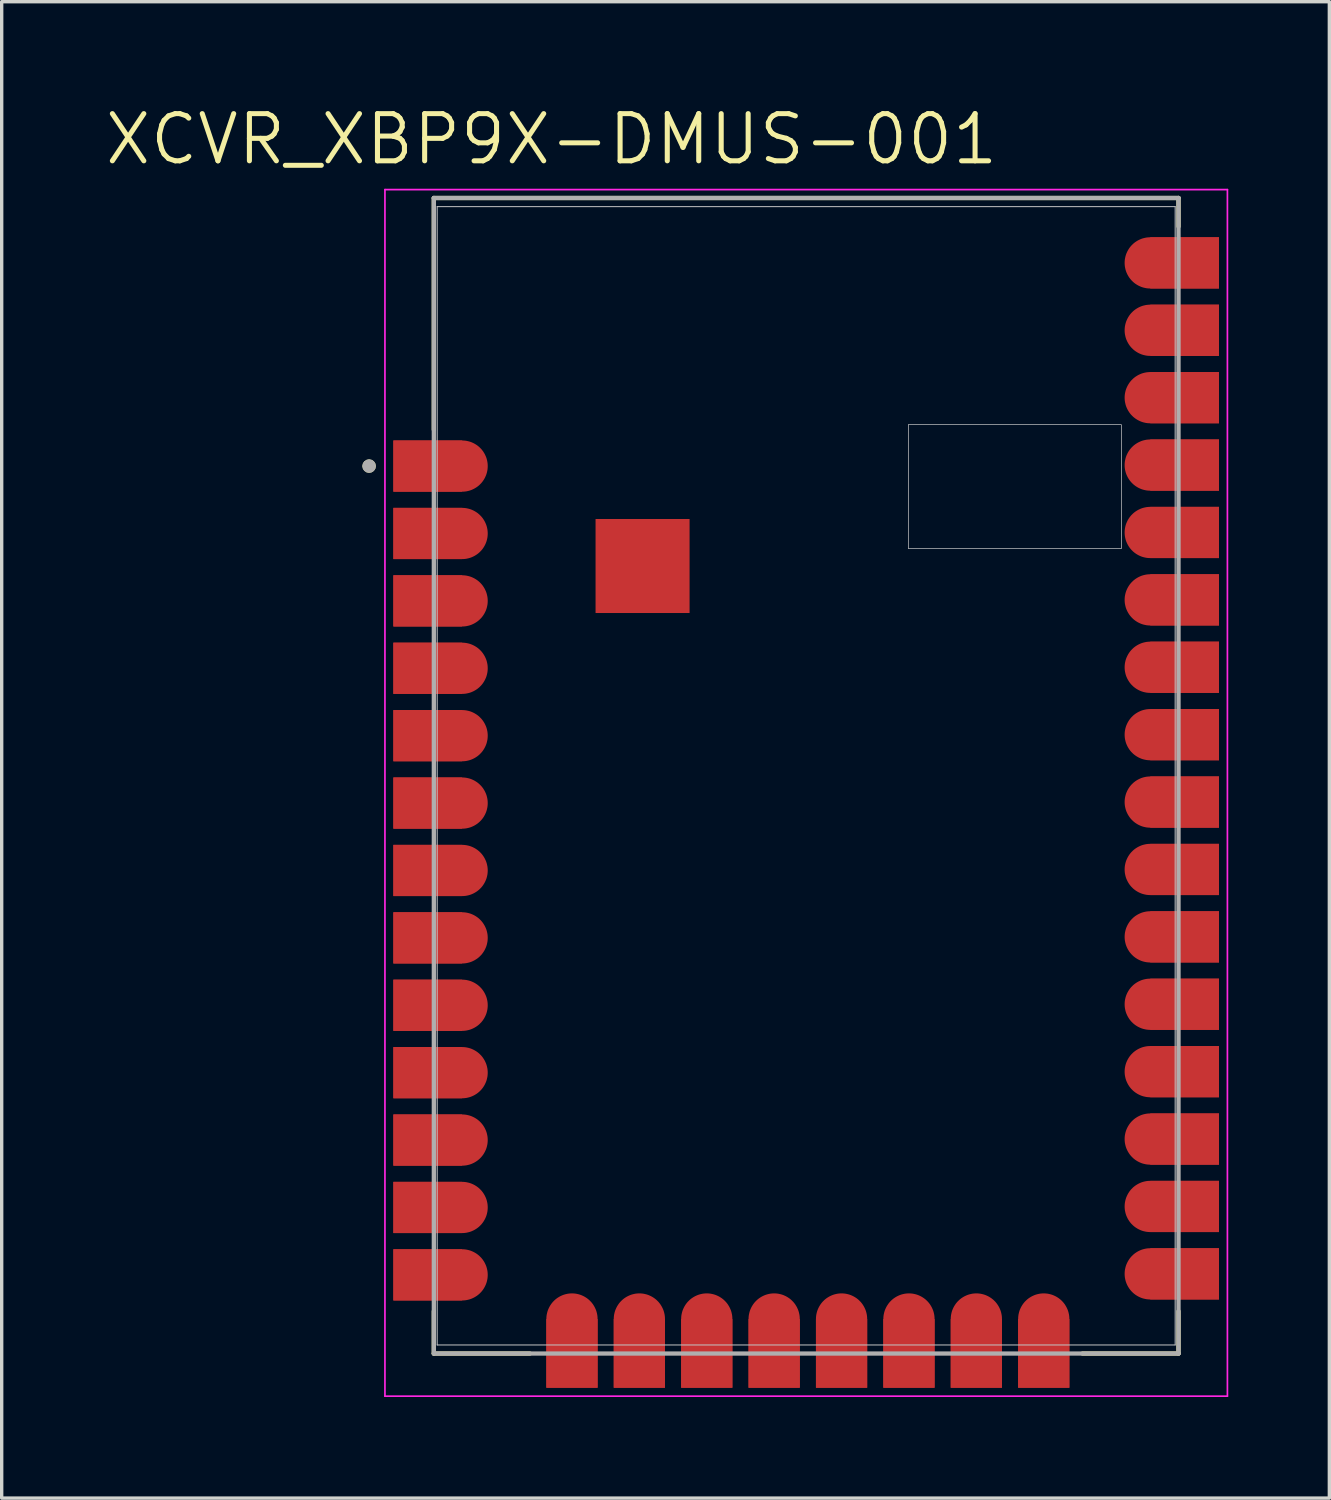
<source format=kicad_pcb>
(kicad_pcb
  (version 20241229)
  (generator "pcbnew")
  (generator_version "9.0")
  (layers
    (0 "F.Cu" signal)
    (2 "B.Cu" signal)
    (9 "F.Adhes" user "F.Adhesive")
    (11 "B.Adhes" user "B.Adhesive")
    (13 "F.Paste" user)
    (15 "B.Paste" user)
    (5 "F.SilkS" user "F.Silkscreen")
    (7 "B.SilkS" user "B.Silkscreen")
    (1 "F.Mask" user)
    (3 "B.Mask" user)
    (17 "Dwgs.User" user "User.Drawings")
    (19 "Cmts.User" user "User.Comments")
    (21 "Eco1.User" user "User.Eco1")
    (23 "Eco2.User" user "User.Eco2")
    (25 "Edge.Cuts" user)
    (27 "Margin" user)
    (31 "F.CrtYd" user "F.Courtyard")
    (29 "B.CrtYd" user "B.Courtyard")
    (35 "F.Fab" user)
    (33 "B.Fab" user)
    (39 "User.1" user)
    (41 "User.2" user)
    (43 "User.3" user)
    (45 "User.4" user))
  (footprint "XCVR_XBP9X-DMUS-001"
    (layer "F.Cu")
    (at 20.873 19.971)
    (property "Reference" "XCVR_XBP9X-DMUS-001" (at -7.555 -18.889 0) (layer "F.SilkS") (effects (font (size 1.4 1.4) (thickness 0.15))))
    (attr through_hole)
    (fp_poly (pts (xy -12.25 -9.95) (xy -12.25 -8.43) (xy -10.21 -8.43) (xy -10.17 -8.431) (xy -10.131 -8.434) (xy -10.091 -8.439) (xy -10.052 -8.447) (xy -10.013 -8.456) (xy -9.975 -8.467) (xy -9.938 -8.48) (xy -9.901 -8.496) (xy -9.865 -8.513) (xy -9.83 -8.532) (xy -9.796 -8.553) (xy -9.763 -8.575) (xy -9.732 -8.599) (xy -9.701 -8.625) (xy -9.673 -8.653) (xy -9.645 -8.681) (xy -9.619 -8.712) (xy -9.595 -8.743) (xy -9.573 -8.776) (xy -9.552 -8.81) (xy -9.533 -8.845) (xy -9.516 -8.881) (xy -9.5 -8.918) (xy -9.487 -8.955) (xy -9.476 -8.993) (xy -9.467 -9.032) (xy -9.459 -9.071) (xy -9.454 -9.111) (xy -9.451 -9.15) (xy -9.45 -9.19) (xy -9.451 -9.23) (xy -9.454 -9.269) (xy -9.459 -9.309) (xy -9.467 -9.348) (xy -9.476 -9.387) (xy -9.487 -9.425) (xy -9.5 -9.462) (xy -9.516 -9.499) (xy -9.533 -9.535) (xy -9.552 -9.57) (xy -9.573 -9.604) (xy -9.595 -9.637) (xy -9.619 -9.668) (xy -9.645 -9.699) (xy -9.673 -9.727) (xy -9.701 -9.755) (xy -9.732 -9.781) (xy -9.763 -9.805) (xy -9.796 -9.827) (xy -9.83 -9.848) (xy -9.865 -9.867) (xy -9.901 -9.884) (xy -9.938 -9.9) (xy -9.975 -9.913) (xy -10.013 -9.924) (xy -10.052 -9.933) (xy -10.091 -9.941) (xy -10.131 -9.946) (xy -10.17 -9.949) (xy -10.21 -9.95) (xy -12.25 -9.95)) (stroke (width 0.0001) (type solid)) (fill yes) (layer "F.Cu"))
    (fp_poly (pts (xy -12.25 -7.95) (xy -12.25 -6.43) (xy -10.21 -6.43) (xy -10.17 -6.431) (xy -10.131 -6.434) (xy -10.091 -6.439) (xy -10.052 -6.447) (xy -10.013 -6.456) (xy -9.975 -6.467) (xy -9.938 -6.48) (xy -9.901 -6.496) (xy -9.865 -6.513) (xy -9.83 -6.532) (xy -9.796 -6.553) (xy -9.763 -6.575) (xy -9.732 -6.599) (xy -9.701 -6.625) (xy -9.673 -6.653) (xy -9.645 -6.681) (xy -9.619 -6.712) (xy -9.595 -6.743) (xy -9.573 -6.776) (xy -9.552 -6.81) (xy -9.533 -6.845) (xy -9.516 -6.881) (xy -9.5 -6.918) (xy -9.487 -6.955) (xy -9.476 -6.993) (xy -9.467 -7.032) (xy -9.459 -7.071) (xy -9.454 -7.111) (xy -9.451 -7.15) (xy -9.45 -7.19) (xy -9.451 -7.23) (xy -9.454 -7.269) (xy -9.459 -7.309) (xy -9.467 -7.348) (xy -9.476 -7.387) (xy -9.487 -7.425) (xy -9.5 -7.462) (xy -9.516 -7.499) (xy -9.533 -7.535) (xy -9.552 -7.57) (xy -9.573 -7.604) (xy -9.595 -7.637) (xy -9.619 -7.668) (xy -9.645 -7.699) (xy -9.673 -7.727) (xy -9.701 -7.755) (xy -9.732 -7.781) (xy -9.763 -7.805) (xy -9.796 -7.827) (xy -9.83 -7.848) (xy -9.865 -7.867) (xy -9.901 -7.884) (xy -9.938 -7.9) (xy -9.975 -7.913) (xy -10.013 -7.924) (xy -10.052 -7.933) (xy -10.091 -7.941) (xy -10.131 -7.946) (xy -10.17 -7.949) (xy -10.21 -7.95) (xy -12.25 -7.95)) (stroke (width 0.0001) (type solid)) (fill yes) (layer "F.Cu"))
    (fp_poly (pts (xy -12.25 -5.95) (xy -12.25 -4.43) (xy -10.21 -4.43) (xy -10.17 -4.431) (xy -10.131 -4.434) (xy -10.091 -4.439) (xy -10.052 -4.447) (xy -10.013 -4.456) (xy -9.975 -4.467) (xy -9.938 -4.48) (xy -9.901 -4.496) (xy -9.865 -4.513) (xy -9.83 -4.532) (xy -9.796 -4.553) (xy -9.763 -4.575) (xy -9.732 -4.599) (xy -9.701 -4.625) (xy -9.673 -4.653) (xy -9.645 -4.681) (xy -9.619 -4.712) (xy -9.595 -4.743) (xy -9.573 -4.776) (xy -9.552 -4.81) (xy -9.533 -4.845) (xy -9.516 -4.881) (xy -9.5 -4.918) (xy -9.487 -4.955) (xy -9.476 -4.993) (xy -9.467 -5.032) (xy -9.459 -5.071) (xy -9.454 -5.111) (xy -9.451 -5.15) (xy -9.45 -5.19) (xy -9.451 -5.23) (xy -9.454 -5.269) (xy -9.459 -5.309) (xy -9.467 -5.348) (xy -9.476 -5.387) (xy -9.487 -5.425) (xy -9.5 -5.462) (xy -9.516 -5.499) (xy -9.533 -5.535) (xy -9.552 -5.57) (xy -9.573 -5.604) (xy -9.595 -5.637) (xy -9.619 -5.668) (xy -9.645 -5.699) (xy -9.673 -5.727) (xy -9.701 -5.755) (xy -9.732 -5.781) (xy -9.763 -5.805) (xy -9.796 -5.827) (xy -9.83 -5.848) (xy -9.865 -5.867) (xy -9.901 -5.884) (xy -9.938 -5.9) (xy -9.975 -5.913) (xy -10.013 -5.924) (xy -10.052 -5.933) (xy -10.091 -5.941) (xy -10.131 -5.946) (xy -10.17 -5.949) (xy -10.21 -5.95) (xy -12.25 -5.95)) (stroke (width 0.0001) (type solid)) (fill yes) (layer "F.Cu"))
    (fp_poly (pts (xy -12.25 -3.95) (xy -12.25 -2.43) (xy -10.21 -2.43) (xy -10.17 -2.431) (xy -10.131 -2.434) (xy -10.091 -2.439) (xy -10.052 -2.447) (xy -10.013 -2.456) (xy -9.975 -2.467) (xy -9.938 -2.48) (xy -9.901 -2.496) (xy -9.865 -2.513) (xy -9.83 -2.532) (xy -9.796 -2.553) (xy -9.763 -2.575) (xy -9.732 -2.599) (xy -9.701 -2.625) (xy -9.673 -2.653) (xy -9.645 -2.681) (xy -9.619 -2.712) (xy -9.595 -2.743) (xy -9.573 -2.776) (xy -9.552 -2.81) (xy -9.533 -2.845) (xy -9.516 -2.881) (xy -9.5 -2.918) (xy -9.487 -2.955) (xy -9.476 -2.993) (xy -9.467 -3.032) (xy -9.459 -3.071) (xy -9.454 -3.111) (xy -9.451 -3.15) (xy -9.45 -3.19) (xy -9.451 -3.23) (xy -9.454 -3.269) (xy -9.459 -3.309) (xy -9.467 -3.348) (xy -9.476 -3.387) (xy -9.487 -3.425) (xy -9.5 -3.462) (xy -9.516 -3.499) (xy -9.533 -3.535) (xy -9.552 -3.57) (xy -9.573 -3.604) (xy -9.595 -3.637) (xy -9.619 -3.668) (xy -9.645 -3.699) (xy -9.673 -3.727) (xy -9.701 -3.755) (xy -9.732 -3.781) (xy -9.763 -3.805) (xy -9.796 -3.827) (xy -9.83 -3.848) (xy -9.865 -3.867) (xy -9.901 -3.884) (xy -9.938 -3.9) (xy -9.975 -3.913) (xy -10.013 -3.924) (xy -10.052 -3.933) (xy -10.091 -3.941) (xy -10.131 -3.946) (xy -10.17 -3.949) (xy -10.21 -3.95) (xy -12.25 -3.95)) (stroke (width 0.0001) (type solid)) (fill yes) (layer "F.Cu"))
    (fp_poly (pts (xy -12.25 -1.95) (xy -12.25 -0.43) (xy -10.21 -0.43) (xy -10.17 -0.431) (xy -10.131 -0.434) (xy -10.091 -0.439) (xy -10.052 -0.447) (xy -10.013 -0.456) (xy -9.975 -0.467) (xy -9.938 -0.48) (xy -9.901 -0.496) (xy -9.865 -0.513) (xy -9.83 -0.532) (xy -9.796 -0.553) (xy -9.763 -0.575) (xy -9.732 -0.599) (xy -9.701 -0.625) (xy -9.673 -0.653) (xy -9.645 -0.681) (xy -9.619 -0.712) (xy -9.595 -0.743) (xy -9.573 -0.776) (xy -9.552 -0.81) (xy -9.533 -0.845) (xy -9.516 -0.881) (xy -9.5 -0.918) (xy -9.487 -0.955) (xy -9.476 -0.993) (xy -9.467 -1.032) (xy -9.459 -1.071) (xy -9.454 -1.111) (xy -9.451 -1.15) (xy -9.45 -1.19) (xy -9.451 -1.23) (xy -9.454 -1.269) (xy -9.459 -1.309) (xy -9.467 -1.348) (xy -9.476 -1.387) (xy -9.487 -1.425) (xy -9.5 -1.462) (xy -9.516 -1.499) (xy -9.533 -1.535) (xy -9.552 -1.57) (xy -9.573 -1.604) (xy -9.595 -1.637) (xy -9.619 -1.668) (xy -9.645 -1.699) (xy -9.673 -1.727) (xy -9.701 -1.755) (xy -9.732 -1.781) (xy -9.763 -1.805) (xy -9.796 -1.827) (xy -9.83 -1.848) (xy -9.865 -1.867) (xy -9.901 -1.884) (xy -9.938 -1.9) (xy -9.975 -1.913) (xy -10.013 -1.924) (xy -10.052 -1.933) (xy -10.091 -1.941) (xy -10.131 -1.946) (xy -10.17 -1.949) (xy -10.21 -1.95) (xy -12.25 -1.95)) (stroke (width 0.0001) (type solid)) (fill yes) (layer "F.Cu"))
    (fp_poly (pts (xy -12.25 0.05) (xy -12.25 1.57) (xy -10.21 1.57) (xy -10.17 1.569) (xy -10.131 1.566) (xy -10.091 1.561) (xy -10.052 1.553) (xy -10.013 1.544) (xy -9.975 1.533) (xy -9.938 1.52) (xy -9.901 1.504) (xy -9.865 1.487) (xy -9.83 1.468) (xy -9.796 1.447) (xy -9.763 1.425) (xy -9.732 1.401) (xy -9.701 1.375) (xy -9.673 1.347) (xy -9.645 1.319) (xy -9.619 1.288) (xy -9.595 1.257) (xy -9.573 1.224) (xy -9.552 1.19) (xy -9.533 1.155) (xy -9.516 1.119) (xy -9.5 1.082) (xy -9.487 1.045) (xy -9.476 1.007) (xy -9.467 0.968) (xy -9.459 0.929) (xy -9.454 0.889) (xy -9.451 0.85) (xy -9.45 0.81) (xy -9.451 0.77) (xy -9.454 0.731) (xy -9.459 0.691) (xy -9.467 0.652) (xy -9.476 0.613) (xy -9.487 0.575) (xy -9.5 0.538) (xy -9.516 0.501) (xy -9.533 0.465) (xy -9.552 0.43) (xy -9.573 0.396) (xy -9.595 0.363) (xy -9.619 0.332) (xy -9.645 0.301) (xy -9.673 0.273) (xy -9.701 0.245) (xy -9.732 0.219) (xy -9.763 0.195) (xy -9.796 0.173) (xy -9.83 0.152) (xy -9.865 0.133) (xy -9.901 0.116) (xy -9.938 0.1) (xy -9.975 0.087) (xy -10.013 0.076) (xy -10.052 0.067) (xy -10.091 0.059) (xy -10.131 0.054) (xy -10.17 0.051) (xy -10.21 0.05) (xy -12.25 0.05)) (stroke (width 0.0001) (type solid)) (fill yes) (layer "F.Cu"))
    (fp_poly (pts (xy -12.25 2.05) (xy -12.25 3.57) (xy -10.21 3.57) (xy -10.17 3.569) (xy -10.131 3.566) (xy -10.091 3.561) (xy -10.052 3.553) (xy -10.013 3.544) (xy -9.975 3.533) (xy -9.938 3.52) (xy -9.901 3.504) (xy -9.865 3.487) (xy -9.83 3.468) (xy -9.796 3.447) (xy -9.763 3.425) (xy -9.732 3.401) (xy -9.701 3.375) (xy -9.673 3.347) (xy -9.645 3.319) (xy -9.619 3.288) (xy -9.595 3.257) (xy -9.573 3.224) (xy -9.552 3.19) (xy -9.533 3.155) (xy -9.516 3.119) (xy -9.5 3.082) (xy -9.487 3.045) (xy -9.476 3.007) (xy -9.467 2.968) (xy -9.459 2.929) (xy -9.454 2.889) (xy -9.451 2.85) (xy -9.45 2.81) (xy -9.451 2.77) (xy -9.454 2.731) (xy -9.459 2.691) (xy -9.467 2.652) (xy -9.476 2.613) (xy -9.487 2.575) (xy -9.5 2.538) (xy -9.516 2.501) (xy -9.533 2.465) (xy -9.552 2.43) (xy -9.573 2.396) (xy -9.595 2.363) (xy -9.619 2.332) (xy -9.645 2.301) (xy -9.673 2.273) (xy -9.701 2.245) (xy -9.732 2.219) (xy -9.763 2.195) (xy -9.796 2.173) (xy -9.83 2.152) (xy -9.865 2.133) (xy -9.901 2.116) (xy -9.938 2.1) (xy -9.975 2.087) (xy -10.013 2.076) (xy -10.052 2.067) (xy -10.091 2.059) (xy -10.131 2.054) (xy -10.17 2.051) (xy -10.21 2.05) (xy -12.25 2.05)) (stroke (width 0.0001) (type solid)) (fill yes) (layer "F.Cu"))
    (fp_poly (pts (xy -12.25 4.05) (xy -12.25 5.57) (xy -10.21 5.57) (xy -10.17 5.569) (xy -10.131 5.566) (xy -10.091 5.561) (xy -10.052 5.553) (xy -10.013 5.544) (xy -9.975 5.533) (xy -9.938 5.52) (xy -9.901 5.504) (xy -9.865 5.487) (xy -9.83 5.468) (xy -9.796 5.447) (xy -9.763 5.425) (xy -9.732 5.401) (xy -9.701 5.375) (xy -9.673 5.347) (xy -9.645 5.319) (xy -9.619 5.288) (xy -9.595 5.257) (xy -9.573 5.224) (xy -9.552 5.19) (xy -9.533 5.155) (xy -9.516 5.119) (xy -9.5 5.082) (xy -9.487 5.045) (xy -9.476 5.007) (xy -9.467 4.968) (xy -9.459 4.929) (xy -9.454 4.889) (xy -9.451 4.85) (xy -9.45 4.81) (xy -9.451 4.77) (xy -9.454 4.731) (xy -9.459 4.691) (xy -9.467 4.652) (xy -9.476 4.613) (xy -9.487 4.575) (xy -9.5 4.538) (xy -9.516 4.501) (xy -9.533 4.465) (xy -9.552 4.43) (xy -9.573 4.396) (xy -9.595 4.363) (xy -9.619 4.332) (xy -9.645 4.301) (xy -9.673 4.273) (xy -9.701 4.245) (xy -9.732 4.219) (xy -9.763 4.195) (xy -9.796 4.173) (xy -9.83 4.152) (xy -9.865 4.133) (xy -9.901 4.116) (xy -9.938 4.1) (xy -9.975 4.087) (xy -10.013 4.076) (xy -10.052 4.067) (xy -10.091 4.059) (xy -10.131 4.054) (xy -10.17 4.051) (xy -10.21 4.05) (xy -12.25 4.05)) (stroke (width 0.0001) (type solid)) (fill yes) (layer "F.Cu"))
    (fp_poly (pts (xy -12.25 6.05) (xy -12.25 7.57) (xy -10.21 7.57) (xy -10.17 7.569) (xy -10.131 7.566) (xy -10.091 7.561) (xy -10.052 7.553) (xy -10.013 7.544) (xy -9.975 7.533) (xy -9.938 7.52) (xy -9.901 7.504) (xy -9.865 7.487) (xy -9.83 7.468) (xy -9.796 7.447) (xy -9.763 7.425) (xy -9.732 7.401) (xy -9.701 7.375) (xy -9.673 7.347) (xy -9.645 7.319) (xy -9.619 7.288) (xy -9.595 7.257) (xy -9.573 7.224) (xy -9.552 7.19) (xy -9.533 7.155) (xy -9.516 7.119) (xy -9.5 7.082) (xy -9.487 7.045) (xy -9.476 7.007) (xy -9.467 6.968) (xy -9.459 6.929) (xy -9.454 6.889) (xy -9.451 6.85) (xy -9.45 6.81) (xy -9.451 6.77) (xy -9.454 6.731) (xy -9.459 6.691) (xy -9.467 6.652) (xy -9.476 6.613) (xy -9.487 6.575) (xy -9.5 6.538) (xy -9.516 6.501) (xy -9.533 6.465) (xy -9.552 6.43) (xy -9.573 6.396) (xy -9.595 6.363) (xy -9.619 6.332) (xy -9.645 6.301) (xy -9.673 6.273) (xy -9.701 6.245) (xy -9.732 6.219) (xy -9.763 6.195) (xy -9.796 6.173) (xy -9.83 6.152) (xy -9.865 6.133) (xy -9.901 6.116) (xy -9.938 6.1) (xy -9.975 6.087) (xy -10.013 6.076) (xy -10.052 6.067) (xy -10.091 6.059) (xy -10.131 6.054) (xy -10.17 6.051) (xy -10.21 6.05) (xy -12.25 6.05)) (stroke (width 0.0001) (type solid)) (fill yes) (layer "F.Cu"))
    (fp_poly (pts (xy -12.25 8.05) (xy -12.25 9.57) (xy -10.21 9.57) (xy -10.17 9.569) (xy -10.131 9.566) (xy -10.091 9.561) (xy -10.052 9.553) (xy -10.013 9.544) (xy -9.975 9.533) (xy -9.938 9.52) (xy -9.901 9.504) (xy -9.865 9.487) (xy -9.83 9.468) (xy -9.796 9.447) (xy -9.763 9.425) (xy -9.732 9.401) (xy -9.701 9.375) (xy -9.673 9.347) (xy -9.645 9.319) (xy -9.619 9.288) (xy -9.595 9.257) (xy -9.573 9.224) (xy -9.552 9.19) (xy -9.533 9.155) (xy -9.516 9.119) (xy -9.5 9.082) (xy -9.487 9.045) (xy -9.476 9.007) (xy -9.467 8.968) (xy -9.459 8.929) (xy -9.454 8.889) (xy -9.451 8.85) (xy -9.45 8.81) (xy -9.451 8.77) (xy -9.454 8.731) (xy -9.459 8.691) (xy -9.467 8.652) (xy -9.476 8.613) (xy -9.487 8.575) (xy -9.5 8.538) (xy -9.516 8.501) (xy -9.533 8.465) (xy -9.552 8.43) (xy -9.573 8.396) (xy -9.595 8.363) (xy -9.619 8.332) (xy -9.645 8.301) (xy -9.673 8.273) (xy -9.701 8.245) (xy -9.732 8.219) (xy -9.763 8.195) (xy -9.796 8.173) (xy -9.83 8.152) (xy -9.865 8.133) (xy -9.901 8.116) (xy -9.938 8.1) (xy -9.975 8.087) (xy -10.013 8.076) (xy -10.052 8.067) (xy -10.091 8.059) (xy -10.131 8.054) (xy -10.17 8.051) (xy -10.21 8.05) (xy -12.25 8.05)) (stroke (width 0.0001) (type solid)) (fill yes) (layer "F.Cu"))
    (fp_poly (pts (xy -12.25 10.05) (xy -12.25 11.57) (xy -10.21 11.57) (xy -10.17 11.569) (xy -10.131 11.566) (xy -10.091 11.561) (xy -10.052 11.553) (xy -10.013 11.544) (xy -9.975 11.533) (xy -9.938 11.52) (xy -9.901 11.504) (xy -9.865 11.487) (xy -9.83 11.468) (xy -9.796 11.447) (xy -9.763 11.425) (xy -9.732 11.401) (xy -9.701 11.375) (xy -9.673 11.347) (xy -9.645 11.319) (xy -9.619 11.288) (xy -9.595 11.257) (xy -9.573 11.224) (xy -9.552 11.19) (xy -9.533 11.155) (xy -9.516 11.119) (xy -9.5 11.082) (xy -9.487 11.045) (xy -9.476 11.007) (xy -9.467 10.968) (xy -9.459 10.929) (xy -9.454 10.889) (xy -9.451 10.85) (xy -9.45 10.81) (xy -9.451 10.77) (xy -9.454 10.731) (xy -9.459 10.691) (xy -9.467 10.652) (xy -9.476 10.613) (xy -9.487 10.575) (xy -9.5 10.538) (xy -9.516 10.501) (xy -9.533 10.465) (xy -9.552 10.43) (xy -9.573 10.396) (xy -9.595 10.363) (xy -9.619 10.332) (xy -9.645 10.301) (xy -9.673 10.273) (xy -9.701 10.245) (xy -9.732 10.219) (xy -9.763 10.195) (xy -9.796 10.173) (xy -9.83 10.152) (xy -9.865 10.133) (xy -9.901 10.116) (xy -9.938 10.1) (xy -9.975 10.087) (xy -10.013 10.076) (xy -10.052 10.067) (xy -10.091 10.059) (xy -10.131 10.054) (xy -10.17 10.051) (xy -10.21 10.05) (xy -12.25 10.05)) (stroke (width 0.0001) (type solid)) (fill yes) (layer "F.Cu"))
    (fp_poly (pts (xy -12.25 12.05) (xy -12.25 13.57) (xy -10.21 13.57) (xy -10.17 13.569) (xy -10.131 13.566) (xy -10.091 13.561) (xy -10.052 13.553) (xy -10.013 13.544) (xy -9.975 13.533) (xy -9.938 13.52) (xy -9.901 13.504) (xy -9.865 13.487) (xy -9.83 13.468) (xy -9.796 13.447) (xy -9.763 13.425) (xy -9.732 13.401) (xy -9.701 13.375) (xy -9.673 13.347) (xy -9.645 13.319) (xy -9.619 13.288) (xy -9.595 13.257) (xy -9.573 13.224) (xy -9.552 13.19) (xy -9.533 13.155) (xy -9.516 13.119) (xy -9.5 13.082) (xy -9.487 13.045) (xy -9.476 13.007) (xy -9.467 12.968) (xy -9.459 12.929) (xy -9.454 12.889) (xy -9.451 12.85) (xy -9.45 12.81) (xy -9.451 12.77) (xy -9.454 12.731) (xy -9.459 12.691) (xy -9.467 12.652) (xy -9.476 12.613) (xy -9.487 12.575) (xy -9.5 12.538) (xy -9.516 12.501) (xy -9.533 12.465) (xy -9.552 12.43) (xy -9.573 12.396) (xy -9.595 12.363) (xy -9.619 12.332) (xy -9.645 12.301) (xy -9.673 12.273) (xy -9.701 12.245) (xy -9.732 12.219) (xy -9.763 12.195) (xy -9.796 12.173) (xy -9.83 12.152) (xy -9.865 12.133) (xy -9.901 12.116) (xy -9.938 12.1) (xy -9.975 12.087) (xy -10.013 12.076) (xy -10.052 12.067) (xy -10.091 12.059) (xy -10.131 12.054) (xy -10.17 12.051) (xy -10.21 12.05) (xy -12.25 12.05)) (stroke (width 0.0001) (type solid)) (fill yes) (layer "F.Cu"))
    (fp_poly (pts (xy -12.25 14.05) (xy -12.25 15.57) (xy -10.21 15.57) (xy -10.17 15.569) (xy -10.131 15.566) (xy -10.091 15.561) (xy -10.052 15.553) (xy -10.013 15.544) (xy -9.975 15.533) (xy -9.938 15.52) (xy -9.901 15.504) (xy -9.865 15.487) (xy -9.83 15.468) (xy -9.796 15.447) (xy -9.763 15.425) (xy -9.732 15.401) (xy -9.701 15.375) (xy -9.673 15.347) (xy -9.645 15.319) (xy -9.619 15.288) (xy -9.595 15.257) (xy -9.573 15.224) (xy -9.552 15.19) (xy -9.533 15.155) (xy -9.516 15.119) (xy -9.5 15.082) (xy -9.487 15.045) (xy -9.476 15.007) (xy -9.467 14.968) (xy -9.459 14.929) (xy -9.454 14.889) (xy -9.451 14.85) (xy -9.45 14.81) (xy -9.451 14.77) (xy -9.454 14.731) (xy -9.459 14.691) (xy -9.467 14.652) (xy -9.476 14.613) (xy -9.487 14.575) (xy -9.5 14.538) (xy -9.516 14.501) (xy -9.533 14.465) (xy -9.552 14.43) (xy -9.573 14.396) (xy -9.595 14.363) (xy -9.619 14.332) (xy -9.645 14.301) (xy -9.673 14.273) (xy -9.701 14.245) (xy -9.732 14.219) (xy -9.763 14.195) (xy -9.796 14.173) (xy -9.83 14.152) (xy -9.865 14.133) (xy -9.901 14.116) (xy -9.938 14.1) (xy -9.975 14.087) (xy -10.013 14.076) (xy -10.052 14.067) (xy -10.091 14.059) (xy -10.131 14.054) (xy -10.17 14.051) (xy -10.21 14.05) (xy -12.25 14.05)) (stroke (width 0.0001) (type solid)) (fill yes) (layer "F.Cu"))
    (fp_poly (pts (xy -7.71 18.16) (xy -6.19 18.16) (xy -6.19 16.12) (xy -6.191 16.08) (xy -6.194 16.041) (xy -6.199 16.001) (xy -6.207 15.962) (xy -6.216 15.923) (xy -6.227 15.885) (xy -6.24 15.848) (xy -6.256 15.811) (xy -6.273 15.775) (xy -6.292 15.74) (xy -6.313 15.706) (xy -6.335 15.673) (xy -6.359 15.642) (xy -6.385 15.611) (xy -6.413 15.583) (xy -6.441 15.555) (xy -6.472 15.529) (xy -6.503 15.505) (xy -6.536 15.483) (xy -6.57 15.462) (xy -6.605 15.443) (xy -6.641 15.426) (xy -6.678 15.41) (xy -6.715 15.397) (xy -6.753 15.386) (xy -6.792 15.377) (xy -6.831 15.369) (xy -6.871 15.364) (xy -6.91 15.361) (xy -6.95 15.36) (xy -6.99 15.361) (xy -7.029 15.364) (xy -7.069 15.369) (xy -7.108 15.377) (xy -7.147 15.386) (xy -7.185 15.397) (xy -7.222 15.41) (xy -7.259 15.426) (xy -7.295 15.443) (xy -7.33 15.462) (xy -7.364 15.483) (xy -7.397 15.505) (xy -7.428 15.529) (xy -7.459 15.555) (xy -7.487 15.583) (xy -7.515 15.611) (xy -7.541 15.642) (xy -7.565 15.673) (xy -7.587 15.706) (xy -7.608 15.74) (xy -7.627 15.775) (xy -7.644 15.811) (xy -7.66 15.848) (xy -7.673 15.885) (xy -7.684 15.923) (xy -7.693 15.962) (xy -7.701 16.001) (xy -7.706 16.041) (xy -7.709 16.08) (xy -7.71 16.12) (xy -7.71 18.16)) (stroke (width 0.0001) (type solid)) (fill yes) (layer "F.Cu"))
    (fp_poly (pts (xy -5.71 18.16) (xy -4.19 18.16) (xy -4.19 16.12) (xy -4.191 16.08) (xy -4.194 16.041) (xy -4.199 16.001) (xy -4.207 15.962) (xy -4.216 15.923) (xy -4.227 15.885) (xy -4.24 15.848) (xy -4.256 15.811) (xy -4.273 15.775) (xy -4.292 15.74) (xy -4.313 15.706) (xy -4.335 15.673) (xy -4.359 15.642) (xy -4.385 15.611) (xy -4.413 15.583) (xy -4.441 15.555) (xy -4.472 15.529) (xy -4.503 15.505) (xy -4.536 15.483) (xy -4.57 15.462) (xy -4.605 15.443) (xy -4.641 15.426) (xy -4.678 15.41) (xy -4.715 15.397) (xy -4.753 15.386) (xy -4.792 15.377) (xy -4.831 15.369) (xy -4.871 15.364) (xy -4.91 15.361) (xy -4.95 15.36) (xy -4.99 15.361) (xy -5.029 15.364) (xy -5.069 15.369) (xy -5.108 15.377) (xy -5.147 15.386) (xy -5.185 15.397) (xy -5.222 15.41) (xy -5.259 15.426) (xy -5.295 15.443) (xy -5.33 15.462) (xy -5.364 15.483) (xy -5.397 15.505) (xy -5.428 15.529) (xy -5.459 15.555) (xy -5.487 15.583) (xy -5.515 15.611) (xy -5.541 15.642) (xy -5.565 15.673) (xy -5.587 15.706) (xy -5.608 15.74) (xy -5.627 15.775) (xy -5.644 15.811) (xy -5.66 15.848) (xy -5.673 15.885) (xy -5.684 15.923) (xy -5.693 15.962) (xy -5.701 16.001) (xy -5.706 16.041) (xy -5.709 16.08) (xy -5.71 16.12) (xy -5.71 18.16)) (stroke (width 0.0001) (type solid)) (fill yes) (layer "F.Cu"))
    (fp_poly (pts (xy -3.71 18.16) (xy -2.19 18.16) (xy -2.19 16.12) (xy -2.191 16.08) (xy -2.194 16.041) (xy -2.199 16.001) (xy -2.207 15.962) (xy -2.216 15.923) (xy -2.227 15.885) (xy -2.24 15.848) (xy -2.256 15.811) (xy -2.273 15.775) (xy -2.292 15.74) (xy -2.313 15.706) (xy -2.335 15.673) (xy -2.359 15.642) (xy -2.385 15.611) (xy -2.413 15.583) (xy -2.441 15.555) (xy -2.472 15.529) (xy -2.503 15.505) (xy -2.536 15.483) (xy -2.57 15.462) (xy -2.605 15.443) (xy -2.641 15.426) (xy -2.678 15.41) (xy -2.715 15.397) (xy -2.753 15.386) (xy -2.792 15.377) (xy -2.831 15.369) (xy -2.871 15.364) (xy -2.91 15.361) (xy -2.95 15.36) (xy -2.99 15.361) (xy -3.029 15.364) (xy -3.069 15.369) (xy -3.108 15.377) (xy -3.147 15.386) (xy -3.185 15.397) (xy -3.222 15.41) (xy -3.259 15.426) (xy -3.295 15.443) (xy -3.33 15.462) (xy -3.364 15.483) (xy -3.397 15.505) (xy -3.428 15.529) (xy -3.459 15.555) (xy -3.487 15.583) (xy -3.515 15.611) (xy -3.541 15.642) (xy -3.565 15.673) (xy -3.587 15.706) (xy -3.608 15.74) (xy -3.627 15.775) (xy -3.644 15.811) (xy -3.66 15.848) (xy -3.673 15.885) (xy -3.684 15.923) (xy -3.693 15.962) (xy -3.701 16.001) (xy -3.706 16.041) (xy -3.709 16.08) (xy -3.71 16.12) (xy -3.71 18.16)) (stroke (width 0.0001) (type solid)) (fill yes) (layer "F.Cu"))
    (fp_poly (pts (xy -1.71 18.16) (xy -0.19 18.16) (xy -0.19 16.12) (xy -0.191 16.08) (xy -0.194 16.041) (xy -0.199 16.001) (xy -0.207 15.962) (xy -0.216 15.923) (xy -0.227 15.885) (xy -0.24 15.848) (xy -0.256 15.811) (xy -0.273 15.775) (xy -0.292 15.74) (xy -0.313 15.706) (xy -0.335 15.673) (xy -0.359 15.642) (xy -0.385 15.611) (xy -0.413 15.583) (xy -0.441 15.555) (xy -0.472 15.529) (xy -0.503 15.505) (xy -0.536 15.483) (xy -0.57 15.462) (xy -0.605 15.443) (xy -0.641 15.426) (xy -0.678 15.41) (xy -0.715 15.397) (xy -0.753 15.386) (xy -0.792 15.377) (xy -0.831 15.369) (xy -0.871 15.364) (xy -0.91 15.361) (xy -0.95 15.36) (xy -0.99 15.361) (xy -1.029 15.364) (xy -1.069 15.369) (xy -1.108 15.377) (xy -1.147 15.386) (xy -1.185 15.397) (xy -1.222 15.41) (xy -1.259 15.426) (xy -1.295 15.443) (xy -1.33 15.462) (xy -1.364 15.483) (xy -1.397 15.505) (xy -1.428 15.529) (xy -1.459 15.555) (xy -1.487 15.583) (xy -1.515 15.611) (xy -1.541 15.642) (xy -1.565 15.673) (xy -1.587 15.706) (xy -1.608 15.74) (xy -1.627 15.775) (xy -1.644 15.811) (xy -1.66 15.848) (xy -1.673 15.885) (xy -1.684 15.923) (xy -1.693 15.962) (xy -1.701 16.001) (xy -1.706 16.041) (xy -1.709 16.08) (xy -1.71 16.12) (xy -1.71 18.16)) (stroke (width 0.0001) (type solid)) (fill yes) (layer "F.Cu"))
    (fp_poly (pts (xy 0.29 18.16) (xy 1.81 18.16) (xy 1.81 16.12) (xy 1.809 16.08) (xy 1.806 16.041) (xy 1.801 16.001) (xy 1.793 15.962) (xy 1.784 15.923) (xy 1.773 15.885) (xy 1.76 15.848) (xy 1.744 15.811) (xy 1.727 15.775) (xy 1.708 15.74) (xy 1.687 15.706) (xy 1.665 15.673) (xy 1.641 15.642) (xy 1.615 15.611) (xy 1.587 15.583) (xy 1.559 15.555) (xy 1.528 15.529) (xy 1.497 15.505) (xy 1.464 15.483) (xy 1.43 15.462) (xy 1.395 15.443) (xy 1.359 15.426) (xy 1.322 15.41) (xy 1.285 15.397) (xy 1.247 15.386) (xy 1.208 15.377) (xy 1.169 15.369) (xy 1.129 15.364) (xy 1.09 15.361) (xy 1.05 15.36) (xy 1.01 15.361) (xy 0.971 15.364) (xy 0.931 15.369) (xy 0.892 15.377) (xy 0.853 15.386) (xy 0.815 15.397) (xy 0.778 15.41) (xy 0.741 15.426) (xy 0.705 15.443) (xy 0.67 15.462) (xy 0.636 15.483) (xy 0.603 15.505) (xy 0.572 15.529) (xy 0.541 15.555) (xy 0.513 15.583) (xy 0.485 15.611) (xy 0.459 15.642) (xy 0.435 15.673) (xy 0.413 15.706) (xy 0.392 15.74) (xy 0.373 15.775) (xy 0.356 15.811) (xy 0.34 15.848) (xy 0.327 15.885) (xy 0.316 15.923) (xy 0.307 15.962) (xy 0.299 16.001) (xy 0.294 16.041) (xy 0.291 16.08) (xy 0.29 16.12) (xy 0.29 18.16)) (stroke (width 0.0001) (type solid)) (fill yes) (layer "F.Cu"))
    (fp_poly (pts (xy 2.29 18.16) (xy 3.81 18.16) (xy 3.81 16.12) (xy 3.809 16.08) (xy 3.806 16.041) (xy 3.801 16.001) (xy 3.793 15.962) (xy 3.784 15.923) (xy 3.773 15.885) (xy 3.76 15.848) (xy 3.744 15.811) (xy 3.727 15.775) (xy 3.708 15.74) (xy 3.687 15.706) (xy 3.665 15.673) (xy 3.641 15.642) (xy 3.615 15.611) (xy 3.587 15.583) (xy 3.559 15.555) (xy 3.528 15.529) (xy 3.497 15.505) (xy 3.464 15.483) (xy 3.43 15.462) (xy 3.395 15.443) (xy 3.359 15.426) (xy 3.322 15.41) (xy 3.285 15.397) (xy 3.247 15.386) (xy 3.208 15.377) (xy 3.169 15.369) (xy 3.129 15.364) (xy 3.09 15.361) (xy 3.05 15.36) (xy 3.01 15.361) (xy 2.971 15.364) (xy 2.931 15.369) (xy 2.892 15.377) (xy 2.853 15.386) (xy 2.815 15.397) (xy 2.778 15.41) (xy 2.741 15.426) (xy 2.705 15.443) (xy 2.67 15.462) (xy 2.636 15.483) (xy 2.603 15.505) (xy 2.572 15.529) (xy 2.541 15.555) (xy 2.513 15.583) (xy 2.485 15.611) (xy 2.459 15.642) (xy 2.435 15.673) (xy 2.413 15.706) (xy 2.392 15.74) (xy 2.373 15.775) (xy 2.356 15.811) (xy 2.34 15.848) (xy 2.327 15.885) (xy 2.316 15.923) (xy 2.307 15.962) (xy 2.299 16.001) (xy 2.294 16.041) (xy 2.291 16.08) (xy 2.29 16.12) (xy 2.29 18.16)) (stroke (width 0.0001) (type solid)) (fill yes) (layer "F.Cu"))
    (fp_poly (pts (xy 4.29 18.16) (xy 5.81 18.16) (xy 5.81 16.12) (xy 5.809 16.08) (xy 5.806 16.041) (xy 5.801 16.001) (xy 5.793 15.962) (xy 5.784 15.923) (xy 5.773 15.885) (xy 5.76 15.848) (xy 5.744 15.811) (xy 5.727 15.775) (xy 5.708 15.74) (xy 5.687 15.706) (xy 5.665 15.673) (xy 5.641 15.642) (xy 5.615 15.611) (xy 5.587 15.583) (xy 5.559 15.555) (xy 5.528 15.529) (xy 5.497 15.505) (xy 5.464 15.483) (xy 5.43 15.462) (xy 5.395 15.443) (xy 5.359 15.426) (xy 5.322 15.41) (xy 5.285 15.397) (xy 5.247 15.386) (xy 5.208 15.377) (xy 5.169 15.369) (xy 5.129 15.364) (xy 5.09 15.361) (xy 5.05 15.36) (xy 5.01 15.361) (xy 4.971 15.364) (xy 4.931 15.369) (xy 4.892 15.377) (xy 4.853 15.386) (xy 4.815 15.397) (xy 4.778 15.41) (xy 4.741 15.426) (xy 4.705 15.443) (xy 4.67 15.462) (xy 4.636 15.483) (xy 4.603 15.505) (xy 4.572 15.529) (xy 4.541 15.555) (xy 4.513 15.583) (xy 4.485 15.611) (xy 4.459 15.642) (xy 4.435 15.673) (xy 4.413 15.706) (xy 4.392 15.74) (xy 4.373 15.775) (xy 4.356 15.811) (xy 4.34 15.848) (xy 4.327 15.885) (xy 4.316 15.923) (xy 4.307 15.962) (xy 4.299 16.001) (xy 4.294 16.041) (xy 4.291 16.08) (xy 4.29 16.12) (xy 4.29 18.16)) (stroke (width 0.0001) (type solid)) (fill yes) (layer "F.Cu"))
    (fp_poly (pts (xy 6.29 18.16) (xy 7.81 18.16) (xy 7.81 16.12) (xy 7.809 16.08) (xy 7.806 16.041) (xy 7.801 16.001) (xy 7.793 15.962) (xy 7.784 15.923) (xy 7.773 15.885) (xy 7.76 15.848) (xy 7.744 15.811) (xy 7.727 15.775) (xy 7.708 15.74) (xy 7.687 15.706) (xy 7.665 15.673) (xy 7.641 15.642) (xy 7.615 15.611) (xy 7.587 15.583) (xy 7.559 15.555) (xy 7.528 15.529) (xy 7.497 15.505) (xy 7.464 15.483) (xy 7.43 15.462) (xy 7.395 15.443) (xy 7.359 15.426) (xy 7.322 15.41) (xy 7.285 15.397) (xy 7.247 15.386) (xy 7.208 15.377) (xy 7.169 15.369) (xy 7.129 15.364) (xy 7.09 15.361) (xy 7.05 15.36) (xy 7.01 15.361) (xy 6.971 15.364) (xy 6.931 15.369) (xy 6.892 15.377) (xy 6.853 15.386) (xy 6.815 15.397) (xy 6.778 15.41) (xy 6.741 15.426) (xy 6.705 15.443) (xy 6.67 15.462) (xy 6.636 15.483) (xy 6.603 15.505) (xy 6.572 15.529) (xy 6.541 15.555) (xy 6.513 15.583) (xy 6.485 15.611) (xy 6.459 15.642) (xy 6.435 15.673) (xy 6.413 15.706) (xy 6.392 15.74) (xy 6.373 15.775) (xy 6.356 15.811) (xy 6.34 15.848) (xy 6.327 15.885) (xy 6.316 15.923) (xy 6.307 15.962) (xy 6.299 16.001) (xy 6.294 16.041) (xy 6.291 16.08) (xy 6.29 16.12) (xy 6.29 18.16)) (stroke (width 0.0001) (type solid)) (fill yes) (layer "F.Cu"))
    (fp_poly (pts (xy 12.25 -14.46) (xy 12.25 -15.98) (xy 10.21 -15.98) (xy 10.17 -15.979) (xy 10.131 -15.976) (xy 10.091 -15.971) (xy 10.052 -15.963) (xy 10.013 -15.954) (xy 9.975 -15.943) (xy 9.938 -15.93) (xy 9.901 -15.914) (xy 9.865 -15.897) (xy 9.83 -15.878) (xy 9.796 -15.857) (xy 9.763 -15.835) (xy 9.732 -15.811) (xy 9.701 -15.785) (xy 9.673 -15.757) (xy 9.645 -15.729) (xy 9.619 -15.698) (xy 9.595 -15.667) (xy 9.573 -15.634) (xy 9.552 -15.6) (xy 9.533 -15.565) (xy 9.516 -15.529) (xy 9.5 -15.492) (xy 9.487 -15.455) (xy 9.476 -15.417) (xy 9.467 -15.378) (xy 9.459 -15.339) (xy 9.454 -15.299) (xy 9.451 -15.26) (xy 9.45 -15.22) (xy 9.451 -15.18) (xy 9.454 -15.141) (xy 9.459 -15.101) (xy 9.467 -15.062) (xy 9.476 -15.023) (xy 9.487 -14.985) (xy 9.5 -14.948) (xy 9.516 -14.911) (xy 9.533 -14.875) (xy 9.552 -14.84) (xy 9.573 -14.806) (xy 9.595 -14.773) (xy 9.619 -14.742) (xy 9.645 -14.711) (xy 9.673 -14.683) (xy 9.701 -14.655) (xy 9.732 -14.629) (xy 9.763 -14.605) (xy 9.796 -14.583) (xy 9.83 -14.562) (xy 9.865 -14.543) (xy 9.901 -14.526) (xy 9.938 -14.51) (xy 9.975 -14.497) (xy 10.013 -14.486) (xy 10.052 -14.477) (xy 10.091 -14.469) (xy 10.131 -14.464) (xy 10.17 -14.461) (xy 10.21 -14.46) (xy 12.25 -14.46)) (stroke (width 0.0001) (type solid)) (fill yes) (layer "F.Cu"))
    (fp_poly (pts (xy 12.25 -12.46) (xy 12.25 -13.98) (xy 10.21 -13.98) (xy 10.17 -13.979) (xy 10.131 -13.976) (xy 10.091 -13.971) (xy 10.052 -13.963) (xy 10.013 -13.954) (xy 9.975 -13.943) (xy 9.938 -13.93) (xy 9.901 -13.914) (xy 9.865 -13.897) (xy 9.83 -13.878) (xy 9.796 -13.857) (xy 9.763 -13.835) (xy 9.732 -13.811) (xy 9.701 -13.785) (xy 9.673 -13.757) (xy 9.645 -13.729) (xy 9.619 -13.698) (xy 9.595 -13.667) (xy 9.573 -13.634) (xy 9.552 -13.6) (xy 9.533 -13.565) (xy 9.516 -13.529) (xy 9.5 -13.492) (xy 9.487 -13.455) (xy 9.476 -13.417) (xy 9.467 -13.378) (xy 9.459 -13.339) (xy 9.454 -13.299) (xy 9.451 -13.26) (xy 9.45 -13.22) (xy 9.451 -13.18) (xy 9.454 -13.141) (xy 9.459 -13.101) (xy 9.467 -13.062) (xy 9.476 -13.023) (xy 9.487 -12.985) (xy 9.5 -12.948) (xy 9.516 -12.911) (xy 9.533 -12.875) (xy 9.552 -12.84) (xy 9.573 -12.806) (xy 9.595 -12.773) (xy 9.619 -12.742) (xy 9.645 -12.711) (xy 9.673 -12.683) (xy 9.701 -12.655) (xy 9.732 -12.629) (xy 9.763 -12.605) (xy 9.796 -12.583) (xy 9.83 -12.562) (xy 9.865 -12.543) (xy 9.901 -12.526) (xy 9.938 -12.51) (xy 9.975 -12.497) (xy 10.013 -12.486) (xy 10.052 -12.477) (xy 10.091 -12.469) (xy 10.131 -12.464) (xy 10.17 -12.461) (xy 10.21 -12.46) (xy 12.25 -12.46)) (stroke (width 0.0001) (type solid)) (fill yes) (layer "F.Cu"))
    (fp_poly (pts (xy 12.25 -10.46) (xy 12.25 -11.98) (xy 10.21 -11.98) (xy 10.17 -11.979) (xy 10.131 -11.976) (xy 10.091 -11.971) (xy 10.052 -11.963) (xy 10.013 -11.954) (xy 9.975 -11.943) (xy 9.938 -11.93) (xy 9.901 -11.914) (xy 9.865 -11.897) (xy 9.83 -11.878) (xy 9.796 -11.857) (xy 9.763 -11.835) (xy 9.732 -11.811) (xy 9.701 -11.785) (xy 9.673 -11.757) (xy 9.645 -11.729) (xy 9.619 -11.698) (xy 9.595 -11.667) (xy 9.573 -11.634) (xy 9.552 -11.6) (xy 9.533 -11.565) (xy 9.516 -11.529) (xy 9.5 -11.492) (xy 9.487 -11.455) (xy 9.476 -11.417) (xy 9.467 -11.378) (xy 9.459 -11.339) (xy 9.454 -11.299) (xy 9.451 -11.26) (xy 9.45 -11.22) (xy 9.451 -11.18) (xy 9.454 -11.141) (xy 9.459 -11.101) (xy 9.467 -11.062) (xy 9.476 -11.023) (xy 9.487 -10.985) (xy 9.5 -10.948) (xy 9.516 -10.911) (xy 9.533 -10.875) (xy 9.552 -10.84) (xy 9.573 -10.806) (xy 9.595 -10.773) (xy 9.619 -10.742) (xy 9.645 -10.711) (xy 9.673 -10.683) (xy 9.701 -10.655) (xy 9.732 -10.629) (xy 9.763 -10.605) (xy 9.796 -10.583) (xy 9.83 -10.562) (xy 9.865 -10.543) (xy 9.901 -10.526) (xy 9.938 -10.51) (xy 9.975 -10.497) (xy 10.013 -10.486) (xy 10.052 -10.477) (xy 10.091 -10.469) (xy 10.131 -10.464) (xy 10.17 -10.461) (xy 10.21 -10.46) (xy 12.25 -10.46)) (stroke (width 0.0001) (type solid)) (fill yes) (layer "F.Cu"))
    (fp_poly (pts (xy 12.25 -8.46) (xy 12.25 -9.98) (xy 10.21 -9.98) (xy 10.17 -9.979) (xy 10.131 -9.976) (xy 10.091 -9.971) (xy 10.052 -9.963) (xy 10.013 -9.954) (xy 9.975 -9.943) (xy 9.938 -9.93) (xy 9.901 -9.914) (xy 9.865 -9.897) (xy 9.83 -9.878) (xy 9.796 -9.857) (xy 9.763 -9.835) (xy 9.732 -9.811) (xy 9.701 -9.785) (xy 9.673 -9.757) (xy 9.645 -9.729) (xy 9.619 -9.698) (xy 9.595 -9.667) (xy 9.573 -9.634) (xy 9.552 -9.6) (xy 9.533 -9.565) (xy 9.516 -9.529) (xy 9.5 -9.492) (xy 9.487 -9.455) (xy 9.476 -9.417) (xy 9.467 -9.378) (xy 9.459 -9.339) (xy 9.454 -9.299) (xy 9.451 -9.26) (xy 9.45 -9.22) (xy 9.451 -9.18) (xy 9.454 -9.141) (xy 9.459 -9.101) (xy 9.467 -9.062) (xy 9.476 -9.023) (xy 9.487 -8.985) (xy 9.5 -8.948) (xy 9.516 -8.911) (xy 9.533 -8.875) (xy 9.552 -8.84) (xy 9.573 -8.806) (xy 9.595 -8.773) (xy 9.619 -8.742) (xy 9.645 -8.711) (xy 9.673 -8.683) (xy 9.701 -8.655) (xy 9.732 -8.629) (xy 9.763 -8.605) (xy 9.796 -8.583) (xy 9.83 -8.562) (xy 9.865 -8.543) (xy 9.901 -8.526) (xy 9.938 -8.51) (xy 9.975 -8.497) (xy 10.013 -8.486) (xy 10.052 -8.477) (xy 10.091 -8.469) (xy 10.131 -8.464) (xy 10.17 -8.461) (xy 10.21 -8.46) (xy 12.25 -8.46)) (stroke (width 0.0001) (type solid)) (fill yes) (layer "F.Cu"))
    (fp_poly (pts (xy 12.25 -6.46) (xy 12.25 -7.98) (xy 10.21 -7.98) (xy 10.17 -7.979) (xy 10.131 -7.976) (xy 10.091 -7.971) (xy 10.052 -7.963) (xy 10.013 -7.954) (xy 9.975 -7.943) (xy 9.938 -7.93) (xy 9.901 -7.914) (xy 9.865 -7.897) (xy 9.83 -7.878) (xy 9.796 -7.857) (xy 9.763 -7.835) (xy 9.732 -7.811) (xy 9.701 -7.785) (xy 9.673 -7.757) (xy 9.645 -7.729) (xy 9.619 -7.698) (xy 9.595 -7.667) (xy 9.573 -7.634) (xy 9.552 -7.6) (xy 9.533 -7.565) (xy 9.516 -7.529) (xy 9.5 -7.492) (xy 9.487 -7.455) (xy 9.476 -7.417) (xy 9.467 -7.378) (xy 9.459 -7.339) (xy 9.454 -7.299) (xy 9.451 -7.26) (xy 9.45 -7.22) (xy 9.451 -7.18) (xy 9.454 -7.141) (xy 9.459 -7.101) (xy 9.467 -7.062) (xy 9.476 -7.023) (xy 9.487 -6.985) (xy 9.5 -6.948) (xy 9.516 -6.911) (xy 9.533 -6.875) (xy 9.552 -6.84) (xy 9.573 -6.806) (xy 9.595 -6.773) (xy 9.619 -6.742) (xy 9.645 -6.711) (xy 9.673 -6.683) (xy 9.701 -6.655) (xy 9.732 -6.629) (xy 9.763 -6.605) (xy 9.796 -6.583) (xy 9.83 -6.562) (xy 9.865 -6.543) (xy 9.901 -6.526) (xy 9.938 -6.51) (xy 9.975 -6.497) (xy 10.013 -6.486) (xy 10.052 -6.477) (xy 10.091 -6.469) (xy 10.131 -6.464) (xy 10.17 -6.461) (xy 10.21 -6.46) (xy 12.25 -6.46)) (stroke (width 0.0001) (type solid)) (fill yes) (layer "F.Cu"))
    (fp_poly (pts (xy 12.25 -4.46) (xy 12.25 -5.98) (xy 10.21 -5.98) (xy 10.17 -5.979) (xy 10.131 -5.976) (xy 10.091 -5.971) (xy 10.052 -5.963) (xy 10.013 -5.954) (xy 9.975 -5.943) (xy 9.938 -5.93) (xy 9.901 -5.914) (xy 9.865 -5.897) (xy 9.83 -5.878) (xy 9.796 -5.857) (xy 9.763 -5.835) (xy 9.732 -5.811) (xy 9.701 -5.785) (xy 9.673 -5.757) (xy 9.645 -5.729) (xy 9.619 -5.698) (xy 9.595 -5.667) (xy 9.573 -5.634) (xy 9.552 -5.6) (xy 9.533 -5.565) (xy 9.516 -5.529) (xy 9.5 -5.492) (xy 9.487 -5.455) (xy 9.476 -5.417) (xy 9.467 -5.378) (xy 9.459 -5.339) (xy 9.454 -5.299) (xy 9.451 -5.26) (xy 9.45 -5.22) (xy 9.451 -5.18) (xy 9.454 -5.141) (xy 9.459 -5.101) (xy 9.467 -5.062) (xy 9.476 -5.023) (xy 9.487 -4.985) (xy 9.5 -4.948) (xy 9.516 -4.911) (xy 9.533 -4.875) (xy 9.552 -4.84) (xy 9.573 -4.806) (xy 9.595 -4.773) (xy 9.619 -4.742) (xy 9.645 -4.711) (xy 9.673 -4.683) (xy 9.701 -4.655) (xy 9.732 -4.629) (xy 9.763 -4.605) (xy 9.796 -4.583) (xy 9.83 -4.562) (xy 9.865 -4.543) (xy 9.901 -4.526) (xy 9.938 -4.51) (xy 9.975 -4.497) (xy 10.013 -4.486) (xy 10.052 -4.477) (xy 10.091 -4.469) (xy 10.131 -4.464) (xy 10.17 -4.461) (xy 10.21 -4.46) (xy 12.25 -4.46)) (stroke (width 0.0001) (type solid)) (fill yes) (layer "F.Cu"))
    (fp_poly (pts (xy 12.25 -2.46) (xy 12.25 -3.98) (xy 10.21 -3.98) (xy 10.17 -3.979) (xy 10.131 -3.976) (xy 10.091 -3.971) (xy 10.052 -3.963) (xy 10.013 -3.954) (xy 9.975 -3.943) (xy 9.938 -3.93) (xy 9.901 -3.914) (xy 9.865 -3.897) (xy 9.83 -3.878) (xy 9.796 -3.857) (xy 9.763 -3.835) (xy 9.732 -3.811) (xy 9.701 -3.785) (xy 9.673 -3.757) (xy 9.645 -3.729) (xy 9.619 -3.698) (xy 9.595 -3.667) (xy 9.573 -3.634) (xy 9.552 -3.6) (xy 9.533 -3.565) (xy 9.516 -3.529) (xy 9.5 -3.492) (xy 9.487 -3.455) (xy 9.476 -3.417) (xy 9.467 -3.378) (xy 9.459 -3.339) (xy 9.454 -3.299) (xy 9.451 -3.26) (xy 9.45 -3.22) (xy 9.451 -3.18) (xy 9.454 -3.141) (xy 9.459 -3.101) (xy 9.467 -3.062) (xy 9.476 -3.023) (xy 9.487 -2.985) (xy 9.5 -2.948) (xy 9.516 -2.911) (xy 9.533 -2.875) (xy 9.552 -2.84) (xy 9.573 -2.806) (xy 9.595 -2.773) (xy 9.619 -2.742) (xy 9.645 -2.711) (xy 9.673 -2.683) (xy 9.701 -2.655) (xy 9.732 -2.629) (xy 9.763 -2.605) (xy 9.796 -2.583) (xy 9.83 -2.562) (xy 9.865 -2.543) (xy 9.901 -2.526) (xy 9.938 -2.51) (xy 9.975 -2.497) (xy 10.013 -2.486) (xy 10.052 -2.477) (xy 10.091 -2.469) (xy 10.131 -2.464) (xy 10.17 -2.461) (xy 10.21 -2.46) (xy 12.25 -2.46)) (stroke (width 0.0001) (type solid)) (fill yes) (layer "F.Cu"))
    (fp_poly (pts (xy 12.25 -0.46) (xy 12.25 -1.98) (xy 10.21 -1.98) (xy 10.17 -1.979) (xy 10.131 -1.976) (xy 10.091 -1.971) (xy 10.052 -1.963) (xy 10.013 -1.954) (xy 9.975 -1.943) (xy 9.938 -1.93) (xy 9.901 -1.914) (xy 9.865 -1.897) (xy 9.83 -1.878) (xy 9.796 -1.857) (xy 9.763 -1.835) (xy 9.732 -1.811) (xy 9.701 -1.785) (xy 9.673 -1.757) (xy 9.645 -1.729) (xy 9.619 -1.698) (xy 9.595 -1.667) (xy 9.573 -1.634) (xy 9.552 -1.6) (xy 9.533 -1.565) (xy 9.516 -1.529) (xy 9.5 -1.492) (xy 9.487 -1.455) (xy 9.476 -1.417) (xy 9.467 -1.378) (xy 9.459 -1.339) (xy 9.454 -1.299) (xy 9.451 -1.26) (xy 9.45 -1.22) (xy 9.451 -1.18) (xy 9.454 -1.141) (xy 9.459 -1.101) (xy 9.467 -1.062) (xy 9.476 -1.023) (xy 9.487 -0.985) (xy 9.5 -0.948) (xy 9.516 -0.911) (xy 9.533 -0.875) (xy 9.552 -0.84) (xy 9.573 -0.806) (xy 9.595 -0.773) (xy 9.619 -0.742) (xy 9.645 -0.711) (xy 9.673 -0.683) (xy 9.701 -0.655) (xy 9.732 -0.629) (xy 9.763 -0.605) (xy 9.796 -0.583) (xy 9.83 -0.562) (xy 9.865 -0.543) (xy 9.901 -0.526) (xy 9.938 -0.51) (xy 9.975 -0.497) (xy 10.013 -0.486) (xy 10.052 -0.477) (xy 10.091 -0.469) (xy 10.131 -0.464) (xy 10.17 -0.461) (xy 10.21 -0.46) (xy 12.25 -0.46)) (stroke (width 0.0001) (type solid)) (fill yes) (layer "F.Cu"))
    (fp_poly (pts (xy 12.25 1.54) (xy 12.25 0.02) (xy 10.21 0.02) (xy 10.17 0.021) (xy 10.131 0.024) (xy 10.091 0.029) (xy 10.052 0.037) (xy 10.013 0.046) (xy 9.975 0.057) (xy 9.938 0.07) (xy 9.901 0.086) (xy 9.865 0.103) (xy 9.83 0.122) (xy 9.796 0.143) (xy 9.763 0.165) (xy 9.732 0.189) (xy 9.701 0.215) (xy 9.673 0.243) (xy 9.645 0.271) (xy 9.619 0.302) (xy 9.595 0.333) (xy 9.573 0.366) (xy 9.552 0.4) (xy 9.533 0.435) (xy 9.516 0.471) (xy 9.5 0.508) (xy 9.487 0.545) (xy 9.476 0.583) (xy 9.467 0.622) (xy 9.459 0.661) (xy 9.454 0.701) (xy 9.451 0.74) (xy 9.45 0.78) (xy 9.451 0.82) (xy 9.454 0.859) (xy 9.459 0.899) (xy 9.467 0.938) (xy 9.476 0.977) (xy 9.487 1.015) (xy 9.5 1.052) (xy 9.516 1.089) (xy 9.533 1.125) (xy 9.552 1.16) (xy 9.573 1.194) (xy 9.595 1.227) (xy 9.619 1.258) (xy 9.645 1.289) (xy 9.673 1.317) (xy 9.701 1.345) (xy 9.732 1.371) (xy 9.763 1.395) (xy 9.796 1.417) (xy 9.83 1.438) (xy 9.865 1.457) (xy 9.901 1.474) (xy 9.938 1.49) (xy 9.975 1.503) (xy 10.013 1.514) (xy 10.052 1.523) (xy 10.091 1.531) (xy 10.131 1.536) (xy 10.17 1.539) (xy 10.21 1.54) (xy 12.25 1.54)) (stroke (width 0.0001) (type solid)) (fill yes) (layer "F.Cu"))
    (fp_poly (pts (xy 12.25 3.54) (xy 12.25 2.02) (xy 10.21 2.02) (xy 10.17 2.021) (xy 10.131 2.024) (xy 10.091 2.029) (xy 10.052 2.037) (xy 10.013 2.046) (xy 9.975 2.057) (xy 9.938 2.07) (xy 9.901 2.086) (xy 9.865 2.103) (xy 9.83 2.122) (xy 9.796 2.143) (xy 9.763 2.165) (xy 9.732 2.189) (xy 9.701 2.215) (xy 9.673 2.243) (xy 9.645 2.271) (xy 9.619 2.302) (xy 9.595 2.333) (xy 9.573 2.366) (xy 9.552 2.4) (xy 9.533 2.435) (xy 9.516 2.471) (xy 9.5 2.508) (xy 9.487 2.545) (xy 9.476 2.583) (xy 9.467 2.622) (xy 9.459 2.661) (xy 9.454 2.701) (xy 9.451 2.74) (xy 9.45 2.78) (xy 9.451 2.82) (xy 9.454 2.859) (xy 9.459 2.899) (xy 9.467 2.938) (xy 9.476 2.977) (xy 9.487 3.015) (xy 9.5 3.052) (xy 9.516 3.089) (xy 9.533 3.125) (xy 9.552 3.16) (xy 9.573 3.194) (xy 9.595 3.227) (xy 9.619 3.258) (xy 9.645 3.289) (xy 9.673 3.317) (xy 9.701 3.345) (xy 9.732 3.371) (xy 9.763 3.395) (xy 9.796 3.417) (xy 9.83 3.438) (xy 9.865 3.457) (xy 9.901 3.474) (xy 9.938 3.49) (xy 9.975 3.503) (xy 10.013 3.514) (xy 10.052 3.523) (xy 10.091 3.531) (xy 10.131 3.536) (xy 10.17 3.539) (xy 10.21 3.54) (xy 12.25 3.54)) (stroke (width 0.0001) (type solid)) (fill yes) (layer "F.Cu"))
    (fp_poly (pts (xy 12.25 5.54) (xy 12.25 4.02) (xy 10.21 4.02) (xy 10.17 4.021) (xy 10.131 4.024) (xy 10.091 4.029) (xy 10.052 4.037) (xy 10.013 4.046) (xy 9.975 4.057) (xy 9.938 4.07) (xy 9.901 4.086) (xy 9.865 4.103) (xy 9.83 4.122) (xy 9.796 4.143) (xy 9.763 4.165) (xy 9.732 4.189) (xy 9.701 4.215) (xy 9.673 4.243) (xy 9.645 4.271) (xy 9.619 4.302) (xy 9.595 4.333) (xy 9.573 4.366) (xy 9.552 4.4) (xy 9.533 4.435) (xy 9.516 4.471) (xy 9.5 4.508) (xy 9.487 4.545) (xy 9.476 4.583) (xy 9.467 4.622) (xy 9.459 4.661) (xy 9.454 4.701) (xy 9.451 4.74) (xy 9.45 4.78) (xy 9.451 4.82) (xy 9.454 4.859) (xy 9.459 4.899) (xy 9.467 4.938) (xy 9.476 4.977) (xy 9.487 5.015) (xy 9.5 5.052) (xy 9.516 5.089) (xy 9.533 5.125) (xy 9.552 5.16) (xy 9.573 5.194) (xy 9.595 5.227) (xy 9.619 5.258) (xy 9.645 5.289) (xy 9.673 5.317) (xy 9.701 5.345) (xy 9.732 5.371) (xy 9.763 5.395) (xy 9.796 5.417) (xy 9.83 5.438) (xy 9.865 5.457) (xy 9.901 5.474) (xy 9.938 5.49) (xy 9.975 5.503) (xy 10.013 5.514) (xy 10.052 5.523) (xy 10.091 5.531) (xy 10.131 5.536) (xy 10.17 5.539) (xy 10.21 5.54) (xy 12.25 5.54)) (stroke (width 0.0001) (type solid)) (fill yes) (layer "F.Cu"))
    (fp_poly (pts (xy 12.25 7.54) (xy 12.25 6.02) (xy 10.21 6.02) (xy 10.17 6.021) (xy 10.131 6.024) (xy 10.091 6.029) (xy 10.052 6.037) (xy 10.013 6.046) (xy 9.975 6.057) (xy 9.938 6.07) (xy 9.901 6.086) (xy 9.865 6.103) (xy 9.83 6.122) (xy 9.796 6.143) (xy 9.763 6.165) (xy 9.732 6.189) (xy 9.701 6.215) (xy 9.673 6.243) (xy 9.645 6.271) (xy 9.619 6.302) (xy 9.595 6.333) (xy 9.573 6.366) (xy 9.552 6.4) (xy 9.533 6.435) (xy 9.516 6.471) (xy 9.5 6.508) (xy 9.487 6.545) (xy 9.476 6.583) (xy 9.467 6.622) (xy 9.459 6.661) (xy 9.454 6.701) (xy 9.451 6.74) (xy 9.45 6.78) (xy 9.451 6.82) (xy 9.454 6.859) (xy 9.459 6.899) (xy 9.467 6.938) (xy 9.476 6.977) (xy 9.487 7.015) (xy 9.5 7.052) (xy 9.516 7.089) (xy 9.533 7.125) (xy 9.552 7.16) (xy 9.573 7.194) (xy 9.595 7.227) (xy 9.619 7.258) (xy 9.645 7.289) (xy 9.673 7.317) (xy 9.701 7.345) (xy 9.732 7.371) (xy 9.763 7.395) (xy 9.796 7.417) (xy 9.83 7.438) (xy 9.865 7.457) (xy 9.901 7.474) (xy 9.938 7.49) (xy 9.975 7.503) (xy 10.013 7.514) (xy 10.052 7.523) (xy 10.091 7.531) (xy 10.131 7.536) (xy 10.17 7.539) (xy 10.21 7.54) (xy 12.25 7.54)) (stroke (width 0.0001) (type solid)) (fill yes) (layer "F.Cu"))
    (fp_poly (pts (xy 12.25 9.54) (xy 12.25 8.02) (xy 10.21 8.02) (xy 10.17 8.021) (xy 10.131 8.024) (xy 10.091 8.029) (xy 10.052 8.037) (xy 10.013 8.046) (xy 9.975 8.057) (xy 9.938 8.07) (xy 9.901 8.086) (xy 9.865 8.103) (xy 9.83 8.122) (xy 9.796 8.143) (xy 9.763 8.165) (xy 9.732 8.189) (xy 9.701 8.215) (xy 9.673 8.243) (xy 9.645 8.271) (xy 9.619 8.302) (xy 9.595 8.333) (xy 9.573 8.366) (xy 9.552 8.4) (xy 9.533 8.435) (xy 9.516 8.471) (xy 9.5 8.508) (xy 9.487 8.545) (xy 9.476 8.583) (xy 9.467 8.622) (xy 9.459 8.661) (xy 9.454 8.701) (xy 9.451 8.74) (xy 9.45 8.78) (xy 9.451 8.82) (xy 9.454 8.859) (xy 9.459 8.899) (xy 9.467 8.938) (xy 9.476 8.977) (xy 9.487 9.015) (xy 9.5 9.052) (xy 9.516 9.089) (xy 9.533 9.125) (xy 9.552 9.16) (xy 9.573 9.194) (xy 9.595 9.227) (xy 9.619 9.258) (xy 9.645 9.289) (xy 9.673 9.317) (xy 9.701 9.345) (xy 9.732 9.371) (xy 9.763 9.395) (xy 9.796 9.417) (xy 9.83 9.438) (xy 9.865 9.457) (xy 9.901 9.474) (xy 9.938 9.49) (xy 9.975 9.503) (xy 10.013 9.514) (xy 10.052 9.523) (xy 10.091 9.531) (xy 10.131 9.536) (xy 10.17 9.539) (xy 10.21 9.54) (xy 12.25 9.54)) (stroke (width 0.0001) (type solid)) (fill yes) (layer "F.Cu"))
    (fp_poly (pts (xy 12.25 11.54) (xy 12.25 10.02) (xy 10.21 10.02) (xy 10.17 10.021) (xy 10.131 10.024) (xy 10.091 10.029) (xy 10.052 10.037) (xy 10.013 10.046) (xy 9.975 10.057) (xy 9.938 10.07) (xy 9.901 10.086) (xy 9.865 10.103) (xy 9.83 10.122) (xy 9.796 10.143) (xy 9.763 10.165) (xy 9.732 10.189) (xy 9.701 10.215) (xy 9.673 10.243) (xy 9.645 10.271) (xy 9.619 10.302) (xy 9.595 10.333) (xy 9.573 10.366) (xy 9.552 10.4) (xy 9.533 10.435) (xy 9.516 10.471) (xy 9.5 10.508) (xy 9.487 10.545) (xy 9.476 10.583) (xy 9.467 10.622) (xy 9.459 10.661) (xy 9.454 10.701) (xy 9.451 10.74) (xy 9.45 10.78) (xy 9.451 10.82) (xy 9.454 10.859) (xy 9.459 10.899) (xy 9.467 10.938) (xy 9.476 10.977) (xy 9.487 11.015) (xy 9.5 11.052) (xy 9.516 11.089) (xy 9.533 11.125) (xy 9.552 11.16) (xy 9.573 11.194) (xy 9.595 11.227) (xy 9.619 11.258) (xy 9.645 11.289) (xy 9.673 11.317) (xy 9.701 11.345) (xy 9.732 11.371) (xy 9.763 11.395) (xy 9.796 11.417) (xy 9.83 11.438) (xy 9.865 11.457) (xy 9.901 11.474) (xy 9.938 11.49) (xy 9.975 11.503) (xy 10.013 11.514) (xy 10.052 11.523) (xy 10.091 11.531) (xy 10.131 11.536) (xy 10.17 11.539) (xy 10.21 11.54) (xy 12.25 11.54)) (stroke (width 0.0001) (type solid)) (fill yes) (layer "F.Cu"))
    (fp_poly (pts (xy 12.25 13.54) (xy 12.25 12.02) (xy 10.21 12.02) (xy 10.17 12.021) (xy 10.131 12.024) (xy 10.091 12.029) (xy 10.052 12.037) (xy 10.013 12.046) (xy 9.975 12.057) (xy 9.938 12.07) (xy 9.901 12.086) (xy 9.865 12.103) (xy 9.83 12.122) (xy 9.796 12.143) (xy 9.763 12.165) (xy 9.732 12.189) (xy 9.701 12.215) (xy 9.673 12.243) (xy 9.645 12.271) (xy 9.619 12.302) (xy 9.595 12.333) (xy 9.573 12.366) (xy 9.552 12.4) (xy 9.533 12.435) (xy 9.516 12.471) (xy 9.5 12.508) (xy 9.487 12.545) (xy 9.476 12.583) (xy 9.467 12.622) (xy 9.459 12.661) (xy 9.454 12.701) (xy 9.451 12.74) (xy 9.45 12.78) (xy 9.451 12.82) (xy 9.454 12.859) (xy 9.459 12.899) (xy 9.467 12.938) (xy 9.476 12.977) (xy 9.487 13.015) (xy 9.5 13.052) (xy 9.516 13.089) (xy 9.533 13.125) (xy 9.552 13.16) (xy 9.573 13.194) (xy 9.595 13.227) (xy 9.619 13.258) (xy 9.645 13.289) (xy 9.673 13.317) (xy 9.701 13.345) (xy 9.732 13.371) (xy 9.763 13.395) (xy 9.796 13.417) (xy 9.83 13.438) (xy 9.865 13.457) (xy 9.901 13.474) (xy 9.938 13.49) (xy 9.975 13.503) (xy 10.013 13.514) (xy 10.052 13.523) (xy 10.091 13.531) (xy 10.131 13.536) (xy 10.17 13.539) (xy 10.21 13.54) (xy 12.25 13.54)) (stroke (width 0.0001) (type solid)) (fill yes) (layer "F.Cu"))
    (fp_poly (pts (xy 12.25 15.54) (xy 12.25 14.02) (xy 10.21 14.02) (xy 10.17 14.021) (xy 10.131 14.024) (xy 10.091 14.029) (xy 10.052 14.037) (xy 10.013 14.046) (xy 9.975 14.057) (xy 9.938 14.07) (xy 9.901 14.086) (xy 9.865 14.103) (xy 9.83 14.122) (xy 9.796 14.143) (xy 9.763 14.165) (xy 9.732 14.189) (xy 9.701 14.215) (xy 9.673 14.243) (xy 9.645 14.271) (xy 9.619 14.302) (xy 9.595 14.333) (xy 9.573 14.366) (xy 9.552 14.4) (xy 9.533 14.435) (xy 9.516 14.471) (xy 9.5 14.508) (xy 9.487 14.545) (xy 9.476 14.583) (xy 9.467 14.622) (xy 9.459 14.661) (xy 9.454 14.701) (xy 9.451 14.74) (xy 9.45 14.78) (xy 9.451 14.82) (xy 9.454 14.859) (xy 9.459 14.899) (xy 9.467 14.938) (xy 9.476 14.977) (xy 9.487 15.015) (xy 9.5 15.052) (xy 9.516 15.089) (xy 9.533 15.125) (xy 9.552 15.16) (xy 9.573 15.194) (xy 9.595 15.227) (xy 9.619 15.258) (xy 9.645 15.289) (xy 9.673 15.317) (xy 9.701 15.345) (xy 9.732 15.371) (xy 9.763 15.395) (xy 9.796 15.417) (xy 9.83 15.438) (xy 9.865 15.457) (xy 9.901 15.474) (xy 9.938 15.49) (xy 9.975 15.503) (xy 10.013 15.514) (xy 10.052 15.523) (xy 10.091 15.531) (xy 10.131 15.536) (xy 10.17 15.539) (xy 10.21 15.54) (xy 12.25 15.54)) (stroke (width 0.0001) (type solid)) (fill yes) (layer "F.Cu"))
    (fp_poly (pts (xy -12.35 -10.05) (xy -12.35 -8.33) (xy -10.21 -8.33) (xy -10.165 -8.331) (xy -10.12 -8.335) (xy -10.075 -8.341) (xy -10.031 -8.349) (xy -9.987 -8.359) (xy -9.944 -8.372) (xy -9.902 -8.387) (xy -9.86 -8.404) (xy -9.82 -8.424) (xy -9.78 -8.445) (xy -9.742 -8.469) (xy -9.705 -8.494) (xy -9.669 -8.522) (xy -9.635 -8.551) (xy -9.602 -8.582) (xy -9.571 -8.615) (xy -9.542 -8.649) (xy -9.514 -8.685) (xy -9.489 -8.722) (xy -9.465 -8.76) (xy -9.444 -8.8) (xy -9.424 -8.84) (xy -9.407 -8.882) (xy -9.392 -8.924) (xy -9.379 -8.967) (xy -9.369 -9.011) (xy -9.361 -9.055) (xy -9.355 -9.1) (xy -9.351 -9.145) (xy -9.35 -9.19) (xy -9.351 -9.235) (xy -9.355 -9.28) (xy -9.361 -9.325) (xy -9.369 -9.369) (xy -9.379 -9.413) (xy -9.392 -9.456) (xy -9.407 -9.498) (xy -9.424 -9.54) (xy -9.444 -9.58) (xy -9.465 -9.62) (xy -9.489 -9.658) (xy -9.514 -9.695) (xy -9.542 -9.731) (xy -9.571 -9.765) (xy -9.602 -9.798) (xy -9.635 -9.829) (xy -9.669 -9.858) (xy -9.705 -9.886) (xy -9.742 -9.911) (xy -9.78 -9.935) (xy -9.82 -9.956) (xy -9.86 -9.976) (xy -9.902 -9.993) (xy -9.944 -10.008) (xy -9.987 -10.021) (xy -10.031 -10.031) (xy -10.075 -10.039) (xy -10.12 -10.045) (xy -10.165 -10.049) (xy -10.21 -10.05) (xy -12.35 -10.05)) (stroke (width 0.0001) (type solid)) (fill yes) (layer "F.Mask"))
    (fp_poly (pts (xy -12.35 -8.05) (xy -12.35 -6.33) (xy -10.21 -6.33) (xy -10.165 -6.331) (xy -10.12 -6.335) (xy -10.075 -6.341) (xy -10.031 -6.349) (xy -9.987 -6.359) (xy -9.944 -6.372) (xy -9.902 -6.387) (xy -9.86 -6.404) (xy -9.82 -6.424) (xy -9.78 -6.445) (xy -9.742 -6.469) (xy -9.705 -6.494) (xy -9.669 -6.522) (xy -9.635 -6.551) (xy -9.602 -6.582) (xy -9.571 -6.615) (xy -9.542 -6.649) (xy -9.514 -6.685) (xy -9.489 -6.722) (xy -9.465 -6.76) (xy -9.444 -6.8) (xy -9.424 -6.84) (xy -9.407 -6.882) (xy -9.392 -6.924) (xy -9.379 -6.967) (xy -9.369 -7.011) (xy -9.361 -7.055) (xy -9.355 -7.1) (xy -9.351 -7.145) (xy -9.35 -7.19) (xy -9.351 -7.235) (xy -9.355 -7.28) (xy -9.361 -7.325) (xy -9.369 -7.369) (xy -9.379 -7.413) (xy -9.392 -7.456) (xy -9.407 -7.498) (xy -9.424 -7.54) (xy -9.444 -7.58) (xy -9.465 -7.62) (xy -9.489 -7.658) (xy -9.514 -7.695) (xy -9.542 -7.731) (xy -9.571 -7.765) (xy -9.602 -7.798) (xy -9.635 -7.829) (xy -9.669 -7.858) (xy -9.705 -7.886) (xy -9.742 -7.911) (xy -9.78 -7.935) (xy -9.82 -7.956) (xy -9.86 -7.976) (xy -9.902 -7.993) (xy -9.944 -8.008) (xy -9.987 -8.021) (xy -10.031 -8.031) (xy -10.075 -8.039) (xy -10.12 -8.045) (xy -10.165 -8.049) (xy -10.21 -8.05) (xy -12.35 -8.05)) (stroke (width 0.0001) (type solid)) (fill yes) (layer "F.Mask"))
    (fp_poly (pts (xy -12.35 -6.05) (xy -12.35 -4.33) (xy -10.21 -4.33) (xy -10.165 -4.331) (xy -10.12 -4.335) (xy -10.075 -4.341) (xy -10.031 -4.349) (xy -9.987 -4.359) (xy -9.944 -4.372) (xy -9.902 -4.387) (xy -9.86 -4.404) (xy -9.82 -4.424) (xy -9.78 -4.445) (xy -9.742 -4.469) (xy -9.705 -4.494) (xy -9.669 -4.522) (xy -9.635 -4.551) (xy -9.602 -4.582) (xy -9.571 -4.615) (xy -9.542 -4.649) (xy -9.514 -4.685) (xy -9.489 -4.722) (xy -9.465 -4.76) (xy -9.444 -4.8) (xy -9.424 -4.84) (xy -9.407 -4.882) (xy -9.392 -4.924) (xy -9.379 -4.967) (xy -9.369 -5.011) (xy -9.361 -5.055) (xy -9.355 -5.1) (xy -9.351 -5.145) (xy -9.35 -5.19) (xy -9.351 -5.235) (xy -9.355 -5.28) (xy -9.361 -5.325) (xy -9.369 -5.369) (xy -9.379 -5.413) (xy -9.392 -5.456) (xy -9.407 -5.498) (xy -9.424 -5.54) (xy -9.444 -5.58) (xy -9.465 -5.62) (xy -9.489 -5.658) (xy -9.514 -5.695) (xy -9.542 -5.731) (xy -9.571 -5.765) (xy -9.602 -5.798) (xy -9.635 -5.829) (xy -9.669 -5.858) (xy -9.705 -5.886) (xy -9.742 -5.911) (xy -9.78 -5.935) (xy -9.82 -5.956) (xy -9.86 -5.976) (xy -9.902 -5.993) (xy -9.944 -6.008) (xy -9.987 -6.021) (xy -10.031 -6.031) (xy -10.075 -6.039) (xy -10.12 -6.045) (xy -10.165 -6.049) (xy -10.21 -6.05) (xy -12.35 -6.05)) (stroke (width 0.0001) (type solid)) (fill yes) (layer "F.Mask"))
    (fp_poly (pts (xy -12.35 -4.05) (xy -12.35 -2.33) (xy -10.21 -2.33) (xy -10.165 -2.331) (xy -10.12 -2.335) (xy -10.075 -2.341) (xy -10.031 -2.349) (xy -9.987 -2.359) (xy -9.944 -2.372) (xy -9.902 -2.387) (xy -9.86 -2.404) (xy -9.82 -2.424) (xy -9.78 -2.445) (xy -9.742 -2.469) (xy -9.705 -2.494) (xy -9.669 -2.522) (xy -9.635 -2.551) (xy -9.602 -2.582) (xy -9.571 -2.615) (xy -9.542 -2.649) (xy -9.514 -2.685) (xy -9.489 -2.722) (xy -9.465 -2.76) (xy -9.444 -2.8) (xy -9.424 -2.84) (xy -9.407 -2.882) (xy -9.392 -2.924) (xy -9.379 -2.967) (xy -9.369 -3.011) (xy -9.361 -3.055) (xy -9.355 -3.1) (xy -9.351 -3.145) (xy -9.35 -3.19) (xy -9.351 -3.235) (xy -9.355 -3.28) (xy -9.361 -3.325) (xy -9.369 -3.369) (xy -9.379 -3.413) (xy -9.392 -3.456) (xy -9.407 -3.498) (xy -9.424 -3.54) (xy -9.444 -3.58) (xy -9.465 -3.62) (xy -9.489 -3.658) (xy -9.514 -3.695) (xy -9.542 -3.731) (xy -9.571 -3.765) (xy -9.602 -3.798) (xy -9.635 -3.829) (xy -9.669 -3.858) (xy -9.705 -3.886) (xy -9.742 -3.911) (xy -9.78 -3.935) (xy -9.82 -3.956) (xy -9.86 -3.976) (xy -9.902 -3.993) (xy -9.944 -4.008) (xy -9.987 -4.021) (xy -10.031 -4.031) (xy -10.075 -4.039) (xy -10.12 -4.045) (xy -10.165 -4.049) (xy -10.21 -4.05) (xy -12.35 -4.05)) (stroke (width 0.0001) (type solid)) (fill yes) (layer "F.Mask"))
    (fp_poly (pts (xy -12.35 -2.05) (xy -12.35 -0.33) (xy -10.21 -0.33) (xy -10.165 -0.331) (xy -10.12 -0.335) (xy -10.075 -0.341) (xy -10.031 -0.349) (xy -9.987 -0.359) (xy -9.944 -0.372) (xy -9.902 -0.387) (xy -9.86 -0.404) (xy -9.82 -0.424) (xy -9.78 -0.445) (xy -9.742 -0.469) (xy -9.705 -0.494) (xy -9.669 -0.522) (xy -9.635 -0.551) (xy -9.602 -0.582) (xy -9.571 -0.615) (xy -9.542 -0.649) (xy -9.514 -0.685) (xy -9.489 -0.722) (xy -9.465 -0.76) (xy -9.444 -0.8) (xy -9.424 -0.84) (xy -9.407 -0.882) (xy -9.392 -0.924) (xy -9.379 -0.967) (xy -9.369 -1.011) (xy -9.361 -1.055) (xy -9.355 -1.1) (xy -9.351 -1.145) (xy -9.35 -1.19) (xy -9.351 -1.235) (xy -9.355 -1.28) (xy -9.361 -1.325) (xy -9.369 -1.369) (xy -9.379 -1.413) (xy -9.392 -1.456) (xy -9.407 -1.498) (xy -9.424 -1.54) (xy -9.444 -1.58) (xy -9.465 -1.62) (xy -9.489 -1.658) (xy -9.514 -1.695) (xy -9.542 -1.731) (xy -9.571 -1.765) (xy -9.602 -1.798) (xy -9.635 -1.829) (xy -9.669 -1.858) (xy -9.705 -1.886) (xy -9.742 -1.911) (xy -9.78 -1.935) (xy -9.82 -1.956) (xy -9.86 -1.976) (xy -9.902 -1.993) (xy -9.944 -2.008) (xy -9.987 -2.021) (xy -10.031 -2.031) (xy -10.075 -2.039) (xy -10.12 -2.045) (xy -10.165 -2.049) (xy -10.21 -2.05) (xy -12.35 -2.05)) (stroke (width 0.0001) (type solid)) (fill yes) (layer "F.Mask"))
    (fp_poly (pts (xy -12.35 -0.05) (xy -12.35 1.67) (xy -10.21 1.67) (xy -10.165 1.669) (xy -10.12 1.665) (xy -10.075 1.659) (xy -10.031 1.651) (xy -9.987 1.641) (xy -9.944 1.628) (xy -9.902 1.613) (xy -9.86 1.596) (xy -9.82 1.576) (xy -9.78 1.555) (xy -9.742 1.531) (xy -9.705 1.506) (xy -9.669 1.478) (xy -9.635 1.449) (xy -9.602 1.418) (xy -9.571 1.385) (xy -9.542 1.351) (xy -9.514 1.315) (xy -9.489 1.278) (xy -9.465 1.24) (xy -9.444 1.2) (xy -9.424 1.16) (xy -9.407 1.118) (xy -9.392 1.076) (xy -9.379 1.033) (xy -9.369 0.989) (xy -9.361 0.945) (xy -9.355 0.9) (xy -9.351 0.855) (xy -9.35 0.81) (xy -9.351 0.765) (xy -9.355 0.72) (xy -9.361 0.675) (xy -9.369 0.631) (xy -9.379 0.587) (xy -9.392 0.544) (xy -9.407 0.502) (xy -9.424 0.46) (xy -9.444 0.42) (xy -9.465 0.38) (xy -9.489 0.342) (xy -9.514 0.305) (xy -9.542 0.269) (xy -9.571 0.235) (xy -9.602 0.202) (xy -9.635 0.171) (xy -9.669 0.142) (xy -9.705 0.114) (xy -9.742 0.089) (xy -9.78 0.065) (xy -9.82 0.044) (xy -9.86 0.024) (xy -9.902 0.007) (xy -9.944 -0.008) (xy -9.987 -0.021) (xy -10.031 -0.031) (xy -10.075 -0.039) (xy -10.12 -0.045) (xy -10.165 -0.049) (xy -10.21 -0.05) (xy -12.35 -0.05)) (stroke (width 0.0001) (type solid)) (fill yes) (layer "F.Mask"))
    (fp_poly (pts (xy -12.35 1.95) (xy -12.35 3.67) (xy -10.21 3.67) (xy -10.165 3.669) (xy -10.12 3.665) (xy -10.075 3.659) (xy -10.031 3.651) (xy -9.987 3.641) (xy -9.944 3.628) (xy -9.902 3.613) (xy -9.86 3.596) (xy -9.82 3.576) (xy -9.78 3.555) (xy -9.742 3.531) (xy -9.705 3.506) (xy -9.669 3.478) (xy -9.635 3.449) (xy -9.602 3.418) (xy -9.571 3.385) (xy -9.542 3.351) (xy -9.514 3.315) (xy -9.489 3.278) (xy -9.465 3.24) (xy -9.444 3.2) (xy -9.424 3.16) (xy -9.407 3.118) (xy -9.392 3.076) (xy -9.379 3.033) (xy -9.369 2.989) (xy -9.361 2.945) (xy -9.355 2.9) (xy -9.351 2.855) (xy -9.35 2.81) (xy -9.351 2.765) (xy -9.355 2.72) (xy -9.361 2.675) (xy -9.369 2.631) (xy -9.379 2.587) (xy -9.392 2.544) (xy -9.407 2.502) (xy -9.424 2.46) (xy -9.444 2.42) (xy -9.465 2.38) (xy -9.489 2.342) (xy -9.514 2.305) (xy -9.542 2.269) (xy -9.571 2.235) (xy -9.602 2.202) (xy -9.635 2.171) (xy -9.669 2.142) (xy -9.705 2.114) (xy -9.742 2.089) (xy -9.78 2.065) (xy -9.82 2.044) (xy -9.86 2.024) (xy -9.902 2.007) (xy -9.944 1.992) (xy -9.987 1.979) (xy -10.031 1.969) (xy -10.075 1.961) (xy -10.12 1.955) (xy -10.165 1.951) (xy -10.21 1.95) (xy -12.35 1.95)) (stroke (width 0.0001) (type solid)) (fill yes) (layer "F.Mask"))
    (fp_poly (pts (xy -12.35 3.95) (xy -12.35 5.67) (xy -10.21 5.67) (xy -10.165 5.669) (xy -10.12 5.665) (xy -10.075 5.659) (xy -10.031 5.651) (xy -9.987 5.641) (xy -9.944 5.628) (xy -9.902 5.613) (xy -9.86 5.596) (xy -9.82 5.576) (xy -9.78 5.555) (xy -9.742 5.531) (xy -9.705 5.506) (xy -9.669 5.478) (xy -9.635 5.449) (xy -9.602 5.418) (xy -9.571 5.385) (xy -9.542 5.351) (xy -9.514 5.315) (xy -9.489 5.278) (xy -9.465 5.24) (xy -9.444 5.2) (xy -9.424 5.16) (xy -9.407 5.118) (xy -9.392 5.076) (xy -9.379 5.033) (xy -9.369 4.989) (xy -9.361 4.945) (xy -9.355 4.9) (xy -9.351 4.855) (xy -9.35 4.81) (xy -9.351 4.765) (xy -9.355 4.72) (xy -9.361 4.675) (xy -9.369 4.631) (xy -9.379 4.587) (xy -9.392 4.544) (xy -9.407 4.502) (xy -9.424 4.46) (xy -9.444 4.42) (xy -9.465 4.38) (xy -9.489 4.342) (xy -9.514 4.305) (xy -9.542 4.269) (xy -9.571 4.235) (xy -9.602 4.202) (xy -9.635 4.171) (xy -9.669 4.142) (xy -9.705 4.114) (xy -9.742 4.089) (xy -9.78 4.065) (xy -9.82 4.044) (xy -9.86 4.024) (xy -9.902 4.007) (xy -9.944 3.992) (xy -9.987 3.979) (xy -10.031 3.969) (xy -10.075 3.961) (xy -10.12 3.955) (xy -10.165 3.951) (xy -10.21 3.95) (xy -12.35 3.95)) (stroke (width 0.0001) (type solid)) (fill yes) (layer "F.Mask"))
    (fp_poly (pts (xy -12.35 5.95) (xy -12.35 7.67) (xy -10.21 7.67) (xy -10.165 7.669) (xy -10.12 7.665) (xy -10.075 7.659) (xy -10.031 7.651) (xy -9.987 7.641) (xy -9.944 7.628) (xy -9.902 7.613) (xy -9.86 7.596) (xy -9.82 7.576) (xy -9.78 7.555) (xy -9.742 7.531) (xy -9.705 7.506) (xy -9.669 7.478) (xy -9.635 7.449) (xy -9.602 7.418) (xy -9.571 7.385) (xy -9.542 7.351) (xy -9.514 7.315) (xy -9.489 7.278) (xy -9.465 7.24) (xy -9.444 7.2) (xy -9.424 7.16) (xy -9.407 7.118) (xy -9.392 7.076) (xy -9.379 7.033) (xy -9.369 6.989) (xy -9.361 6.945) (xy -9.355 6.9) (xy -9.351 6.855) (xy -9.35 6.81) (xy -9.351 6.765) (xy -9.355 6.72) (xy -9.361 6.675) (xy -9.369 6.631) (xy -9.379 6.587) (xy -9.392 6.544) (xy -9.407 6.502) (xy -9.424 6.46) (xy -9.444 6.42) (xy -9.465 6.38) (xy -9.489 6.342) (xy -9.514 6.305) (xy -9.542 6.269) (xy -9.571 6.235) (xy -9.602 6.202) (xy -9.635 6.171) (xy -9.669 6.142) (xy -9.705 6.114) (xy -9.742 6.089) (xy -9.78 6.065) (xy -9.82 6.044) (xy -9.86 6.024) (xy -9.902 6.007) (xy -9.944 5.992) (xy -9.987 5.979) (xy -10.031 5.969) (xy -10.075 5.961) (xy -10.12 5.955) (xy -10.165 5.951) (xy -10.21 5.95) (xy -12.35 5.95)) (stroke (width 0.0001) (type solid)) (fill yes) (layer "F.Mask"))
    (fp_poly (pts (xy -12.35 7.95) (xy -12.35 9.67) (xy -10.21 9.67) (xy -10.165 9.669) (xy -10.12 9.665) (xy -10.075 9.659) (xy -10.031 9.651) (xy -9.987 9.641) (xy -9.944 9.628) (xy -9.902 9.613) (xy -9.86 9.596) (xy -9.82 9.576) (xy -9.78 9.555) (xy -9.742 9.531) (xy -9.705 9.506) (xy -9.669 9.478) (xy -9.635 9.449) (xy -9.602 9.418) (xy -9.571 9.385) (xy -9.542 9.351) (xy -9.514 9.315) (xy -9.489 9.278) (xy -9.465 9.24) (xy -9.444 9.2) (xy -9.424 9.16) (xy -9.407 9.118) (xy -9.392 9.076) (xy -9.379 9.033) (xy -9.369 8.989) (xy -9.361 8.945) (xy -9.355 8.9) (xy -9.351 8.855) (xy -9.35 8.81) (xy -9.351 8.765) (xy -9.355 8.72) (xy -9.361 8.675) (xy -9.369 8.631) (xy -9.379 8.587) (xy -9.392 8.544) (xy -9.407 8.502) (xy -9.424 8.46) (xy -9.444 8.42) (xy -9.465 8.38) (xy -9.489 8.342) (xy -9.514 8.305) (xy -9.542 8.269) (xy -9.571 8.235) (xy -9.602 8.202) (xy -9.635 8.171) (xy -9.669 8.142) (xy -9.705 8.114) (xy -9.742 8.089) (xy -9.78 8.065) (xy -9.82 8.044) (xy -9.86 8.024) (xy -9.902 8.007) (xy -9.944 7.992) (xy -9.987 7.979) (xy -10.031 7.969) (xy -10.075 7.961) (xy -10.12 7.955) (xy -10.165 7.951) (xy -10.21 7.95) (xy -12.35 7.95)) (stroke (width 0.0001) (type solid)) (fill yes) (layer "F.Mask"))
    (fp_poly (pts (xy -12.35 9.95) (xy -12.35 11.67) (xy -10.21 11.67) (xy -10.165 11.669) (xy -10.12 11.665) (xy -10.075 11.659) (xy -10.031 11.651) (xy -9.987 11.641) (xy -9.944 11.628) (xy -9.902 11.613) (xy -9.86 11.596) (xy -9.82 11.576) (xy -9.78 11.555) (xy -9.742 11.531) (xy -9.705 11.506) (xy -9.669 11.478) (xy -9.635 11.449) (xy -9.602 11.418) (xy -9.571 11.385) (xy -9.542 11.351) (xy -9.514 11.315) (xy -9.489 11.278) (xy -9.465 11.24) (xy -9.444 11.2) (xy -9.424 11.16) (xy -9.407 11.118) (xy -9.392 11.076) (xy -9.379 11.033) (xy -9.369 10.989) (xy -9.361 10.945) (xy -9.355 10.9) (xy -9.351 10.855) (xy -9.35 10.81) (xy -9.351 10.765) (xy -9.355 10.72) (xy -9.361 10.675) (xy -9.369 10.631) (xy -9.379 10.587) (xy -9.392 10.544) (xy -9.407 10.502) (xy -9.424 10.46) (xy -9.444 10.42) (xy -9.465 10.38) (xy -9.489 10.342) (xy -9.514 10.305) (xy -9.542 10.269) (xy -9.571 10.235) (xy -9.602 10.202) (xy -9.635 10.171) (xy -9.669 10.142) (xy -9.705 10.114) (xy -9.742 10.089) (xy -9.78 10.065) (xy -9.82 10.044) (xy -9.86 10.024) (xy -9.902 10.007) (xy -9.944 9.992) (xy -9.987 9.979) (xy -10.031 9.969) (xy -10.075 9.961) (xy -10.12 9.955) (xy -10.165 9.951) (xy -10.21 9.95) (xy -12.35 9.95)) (stroke (width 0.0001) (type solid)) (fill yes) (layer "F.Mask"))
    (fp_poly (pts (xy -12.35 11.95) (xy -12.35 13.67) (xy -10.21 13.67) (xy -10.165 13.669) (xy -10.12 13.665) (xy -10.075 13.659) (xy -10.031 13.651) (xy -9.987 13.641) (xy -9.944 13.628) (xy -9.902 13.613) (xy -9.86 13.596) (xy -9.82 13.576) (xy -9.78 13.555) (xy -9.742 13.531) (xy -9.705 13.506) (xy -9.669 13.478) (xy -9.635 13.449) (xy -9.602 13.418) (xy -9.571 13.385) (xy -9.542 13.351) (xy -9.514 13.315) (xy -9.489 13.278) (xy -9.465 13.24) (xy -9.444 13.2) (xy -9.424 13.16) (xy -9.407 13.118) (xy -9.392 13.076) (xy -9.379 13.033) (xy -9.369 12.989) (xy -9.361 12.945) (xy -9.355 12.9) (xy -9.351 12.855) (xy -9.35 12.81) (xy -9.351 12.765) (xy -9.355 12.72) (xy -9.361 12.675) (xy -9.369 12.631) (xy -9.379 12.587) (xy -9.392 12.544) (xy -9.407 12.502) (xy -9.424 12.46) (xy -9.444 12.42) (xy -9.465 12.38) (xy -9.489 12.342) (xy -9.514 12.305) (xy -9.542 12.269) (xy -9.571 12.235) (xy -9.602 12.202) (xy -9.635 12.171) (xy -9.669 12.142) (xy -9.705 12.114) (xy -9.742 12.089) (xy -9.78 12.065) (xy -9.82 12.044) (xy -9.86 12.024) (xy -9.902 12.007) (xy -9.944 11.992) (xy -9.987 11.979) (xy -10.031 11.969) (xy -10.075 11.961) (xy -10.12 11.955) (xy -10.165 11.951) (xy -10.21 11.95) (xy -12.35 11.95)) (stroke (width 0.0001) (type solid)) (fill yes) (layer "F.Mask"))
    (fp_poly (pts (xy -12.35 13.95) (xy -12.35 15.67) (xy -10.21 15.67) (xy -10.165 15.669) (xy -10.12 15.665) (xy -10.075 15.659) (xy -10.031 15.651) (xy -9.987 15.641) (xy -9.944 15.628) (xy -9.902 15.613) (xy -9.86 15.596) (xy -9.82 15.576) (xy -9.78 15.555) (xy -9.742 15.531) (xy -9.705 15.506) (xy -9.669 15.478) (xy -9.635 15.449) (xy -9.602 15.418) (xy -9.571 15.385) (xy -9.542 15.351) (xy -9.514 15.315) (xy -9.489 15.278) (xy -9.465 15.24) (xy -9.444 15.2) (xy -9.424 15.16) (xy -9.407 15.118) (xy -9.392 15.076) (xy -9.379 15.033) (xy -9.369 14.989) (xy -9.361 14.945) (xy -9.355 14.9) (xy -9.351 14.855) (xy -9.35 14.81) (xy -9.351 14.765) (xy -9.355 14.72) (xy -9.361 14.675) (xy -9.369 14.631) (xy -9.379 14.587) (xy -9.392 14.544) (xy -9.407 14.502) (xy -9.424 14.46) (xy -9.444 14.42) (xy -9.465 14.38) (xy -9.489 14.342) (xy -9.514 14.305) (xy -9.542 14.269) (xy -9.571 14.235) (xy -9.602 14.202) (xy -9.635 14.171) (xy -9.669 14.142) (xy -9.705 14.114) (xy -9.742 14.089) (xy -9.78 14.065) (xy -9.82 14.044) (xy -9.86 14.024) (xy -9.902 14.007) (xy -9.944 13.992) (xy -9.987 13.979) (xy -10.031 13.969) (xy -10.075 13.961) (xy -10.12 13.955) (xy -10.165 13.951) (xy -10.21 13.95) (xy -12.35 13.95)) (stroke (width 0.0001) (type solid)) (fill yes) (layer "F.Mask"))
    (fp_poly (pts (xy -7.81 18.26) (xy -6.09 18.26) (xy -6.09 16.12) (xy -6.091 16.075) (xy -6.095 16.03) (xy -6.101 15.985) (xy -6.109 15.941) (xy -6.119 15.897) (xy -6.132 15.854) (xy -6.147 15.812) (xy -6.164 15.77) (xy -6.184 15.73) (xy -6.205 15.69) (xy -6.229 15.652) (xy -6.254 15.615) (xy -6.282 15.579) (xy -6.311 15.545) (xy -6.342 15.512) (xy -6.375 15.481) (xy -6.409 15.452) (xy -6.445 15.424) (xy -6.482 15.399) (xy -6.52 15.375) (xy -6.56 15.354) (xy -6.6 15.334) (xy -6.642 15.317) (xy -6.684 15.302) (xy -6.727 15.289) (xy -6.771 15.279) (xy -6.815 15.271) (xy -6.86 15.265) (xy -6.905 15.261) (xy -6.95 15.26) (xy -6.995 15.261) (xy -7.04 15.265) (xy -7.085 15.271) (xy -7.129 15.279) (xy -7.173 15.289) (xy -7.216 15.302) (xy -7.258 15.317) (xy -7.3 15.334) (xy -7.34 15.354) (xy -7.38 15.375) (xy -7.418 15.399) (xy -7.455 15.424) (xy -7.491 15.452) (xy -7.525 15.481) (xy -7.558 15.512) (xy -7.589 15.545) (xy -7.618 15.579) (xy -7.646 15.615) (xy -7.671 15.652) (xy -7.695 15.69) (xy -7.716 15.73) (xy -7.736 15.77) (xy -7.753 15.812) (xy -7.768 15.854) (xy -7.781 15.897) (xy -7.791 15.941) (xy -7.799 15.985) (xy -7.805 16.03) (xy -7.809 16.075) (xy -7.81 16.12) (xy -7.81 18.26)) (stroke (width 0.0001) (type solid)) (fill yes) (layer "F.Mask"))
    (fp_poly (pts (xy -5.81 18.26) (xy -4.09 18.26) (xy -4.09 16.12) (xy -4.091 16.075) (xy -4.095 16.03) (xy -4.101 15.985) (xy -4.109 15.941) (xy -4.119 15.897) (xy -4.132 15.854) (xy -4.147 15.812) (xy -4.164 15.77) (xy -4.184 15.73) (xy -4.205 15.69) (xy -4.229 15.652) (xy -4.254 15.615) (xy -4.282 15.579) (xy -4.311 15.545) (xy -4.342 15.512) (xy -4.375 15.481) (xy -4.409 15.452) (xy -4.445 15.424) (xy -4.482 15.399) (xy -4.52 15.375) (xy -4.56 15.354) (xy -4.6 15.334) (xy -4.642 15.317) (xy -4.684 15.302) (xy -4.727 15.289) (xy -4.771 15.279) (xy -4.815 15.271) (xy -4.86 15.265) (xy -4.905 15.261) (xy -4.95 15.26) (xy -4.995 15.261) (xy -5.04 15.265) (xy -5.085 15.271) (xy -5.129 15.279) (xy -5.173 15.289) (xy -5.216 15.302) (xy -5.258 15.317) (xy -5.3 15.334) (xy -5.34 15.354) (xy -5.38 15.375) (xy -5.418 15.399) (xy -5.455 15.424) (xy -5.491 15.452) (xy -5.525 15.481) (xy -5.558 15.512) (xy -5.589 15.545) (xy -5.618 15.579) (xy -5.646 15.615) (xy -5.671 15.652) (xy -5.695 15.69) (xy -5.716 15.73) (xy -5.736 15.77) (xy -5.753 15.812) (xy -5.768 15.854) (xy -5.781 15.897) (xy -5.791 15.941) (xy -5.799 15.985) (xy -5.805 16.03) (xy -5.809 16.075) (xy -5.81 16.12) (xy -5.81 18.26)) (stroke (width 0.0001) (type solid)) (fill yes) (layer "F.Mask"))
    (fp_poly (pts (xy -3.81 18.26) (xy -2.09 18.26) (xy -2.09 16.12) (xy -2.091 16.075) (xy -2.095 16.03) (xy -2.101 15.985) (xy -2.109 15.941) (xy -2.119 15.897) (xy -2.132 15.854) (xy -2.147 15.812) (xy -2.164 15.77) (xy -2.184 15.73) (xy -2.205 15.69) (xy -2.229 15.652) (xy -2.254 15.615) (xy -2.282 15.579) (xy -2.311 15.545) (xy -2.342 15.512) (xy -2.375 15.481) (xy -2.409 15.452) (xy -2.445 15.424) (xy -2.482 15.399) (xy -2.52 15.375) (xy -2.56 15.354) (xy -2.6 15.334) (xy -2.642 15.317) (xy -2.684 15.302) (xy -2.727 15.289) (xy -2.771 15.279) (xy -2.815 15.271) (xy -2.86 15.265) (xy -2.905 15.261) (xy -2.95 15.26) (xy -2.995 15.261) (xy -3.04 15.265) (xy -3.085 15.271) (xy -3.129 15.279) (xy -3.173 15.289) (xy -3.216 15.302) (xy -3.258 15.317) (xy -3.3 15.334) (xy -3.34 15.354) (xy -3.38 15.375) (xy -3.418 15.399) (xy -3.455 15.424) (xy -3.491 15.452) (xy -3.525 15.481) (xy -3.558 15.512) (xy -3.589 15.545) (xy -3.618 15.579) (xy -3.646 15.615) (xy -3.671 15.652) (xy -3.695 15.69) (xy -3.716 15.73) (xy -3.736 15.77) (xy -3.753 15.812) (xy -3.768 15.854) (xy -3.781 15.897) (xy -3.791 15.941) (xy -3.799 15.985) (xy -3.805 16.03) (xy -3.809 16.075) (xy -3.81 16.12) (xy -3.81 18.26)) (stroke (width 0.0001) (type solid)) (fill yes) (layer "F.Mask"))
    (fp_poly (pts (xy -1.81 18.26) (xy -0.09 18.26) (xy -0.09 16.12) (xy -0.091 16.075) (xy -0.095 16.03) (xy -0.101 15.985) (xy -0.109 15.941) (xy -0.119 15.897) (xy -0.132 15.854) (xy -0.147 15.812) (xy -0.164 15.77) (xy -0.184 15.73) (xy -0.205 15.69) (xy -0.229 15.652) (xy -0.254 15.615) (xy -0.282 15.579) (xy -0.311 15.545) (xy -0.342 15.512) (xy -0.375 15.481) (xy -0.409 15.452) (xy -0.445 15.424) (xy -0.482 15.399) (xy -0.52 15.375) (xy -0.56 15.354) (xy -0.6 15.334) (xy -0.642 15.317) (xy -0.684 15.302) (xy -0.727 15.289) (xy -0.771 15.279) (xy -0.815 15.271) (xy -0.86 15.265) (xy -0.905 15.261) (xy -0.95 15.26) (xy -0.995 15.261) (xy -1.04 15.265) (xy -1.085 15.271) (xy -1.129 15.279) (xy -1.173 15.289) (xy -1.216 15.302) (xy -1.258 15.317) (xy -1.3 15.334) (xy -1.34 15.354) (xy -1.38 15.375) (xy -1.418 15.399) (xy -1.455 15.424) (xy -1.491 15.452) (xy -1.525 15.481) (xy -1.558 15.512) (xy -1.589 15.545) (xy -1.618 15.579) (xy -1.646 15.615) (xy -1.671 15.652) (xy -1.695 15.69) (xy -1.716 15.73) (xy -1.736 15.77) (xy -1.753 15.812) (xy -1.768 15.854) (xy -1.781 15.897) (xy -1.791 15.941) (xy -1.799 15.985) (xy -1.805 16.03) (xy -1.809 16.075) (xy -1.81 16.12) (xy -1.81 18.26)) (stroke (width 0.0001) (type solid)) (fill yes) (layer "F.Mask"))
    (fp_poly (pts (xy 0.19 18.26) (xy 1.91 18.26) (xy 1.91 16.12) (xy 1.909 16.075) (xy 1.905 16.03) (xy 1.899 15.985) (xy 1.891 15.941) (xy 1.881 15.897) (xy 1.868 15.854) (xy 1.853 15.812) (xy 1.836 15.77) (xy 1.816 15.73) (xy 1.795 15.69) (xy 1.771 15.652) (xy 1.746 15.615) (xy 1.718 15.579) (xy 1.689 15.545) (xy 1.658 15.512) (xy 1.625 15.481) (xy 1.591 15.452) (xy 1.555 15.424) (xy 1.518 15.399) (xy 1.48 15.375) (xy 1.44 15.354) (xy 1.4 15.334) (xy 1.358 15.317) (xy 1.316 15.302) (xy 1.273 15.289) (xy 1.229 15.279) (xy 1.185 15.271) (xy 1.14 15.265) (xy 1.095 15.261) (xy 1.05 15.26) (xy 1.005 15.261) (xy 0.96 15.265) (xy 0.915 15.271) (xy 0.871 15.279) (xy 0.827 15.289) (xy 0.784 15.302) (xy 0.742 15.317) (xy 0.7 15.334) (xy 0.66 15.354) (xy 0.62 15.375) (xy 0.582 15.399) (xy 0.545 15.424) (xy 0.509 15.452) (xy 0.475 15.481) (xy 0.442 15.512) (xy 0.411 15.545) (xy 0.382 15.579) (xy 0.354 15.615) (xy 0.329 15.652) (xy 0.305 15.69) (xy 0.284 15.73) (xy 0.264 15.77) (xy 0.247 15.812) (xy 0.232 15.854) (xy 0.219 15.897) (xy 0.209 15.941) (xy 0.201 15.985) (xy 0.195 16.03) (xy 0.191 16.075) (xy 0.19 16.12) (xy 0.19 18.26)) (stroke (width 0.0001) (type solid)) (fill yes) (layer "F.Mask"))
    (fp_poly (pts (xy 2.19 18.26) (xy 3.91 18.26) (xy 3.91 16.12) (xy 3.909 16.075) (xy 3.905 16.03) (xy 3.899 15.985) (xy 3.891 15.941) (xy 3.881 15.897) (xy 3.868 15.854) (xy 3.853 15.812) (xy 3.836 15.77) (xy 3.816 15.73) (xy 3.795 15.69) (xy 3.771 15.652) (xy 3.746 15.615) (xy 3.718 15.579) (xy 3.689 15.545) (xy 3.658 15.512) (xy 3.625 15.481) (xy 3.591 15.452) (xy 3.555 15.424) (xy 3.518 15.399) (xy 3.48 15.375) (xy 3.44 15.354) (xy 3.4 15.334) (xy 3.358 15.317) (xy 3.316 15.302) (xy 3.273 15.289) (xy 3.229 15.279) (xy 3.185 15.271) (xy 3.14 15.265) (xy 3.095 15.261) (xy 3.05 15.26) (xy 3.005 15.261) (xy 2.96 15.265) (xy 2.915 15.271) (xy 2.871 15.279) (xy 2.827 15.289) (xy 2.784 15.302) (xy 2.742 15.317) (xy 2.7 15.334) (xy 2.66 15.354) (xy 2.62 15.375) (xy 2.582 15.399) (xy 2.545 15.424) (xy 2.509 15.452) (xy 2.475 15.481) (xy 2.442 15.512) (xy 2.411 15.545) (xy 2.382 15.579) (xy 2.354 15.615) (xy 2.329 15.652) (xy 2.305 15.69) (xy 2.284 15.73) (xy 2.264 15.77) (xy 2.247 15.812) (xy 2.232 15.854) (xy 2.219 15.897) (xy 2.209 15.941) (xy 2.201 15.985) (xy 2.195 16.03) (xy 2.191 16.075) (xy 2.19 16.12) (xy 2.19 18.26)) (stroke (width 0.0001) (type solid)) (fill yes) (layer "F.Mask"))
    (fp_poly (pts (xy 4.19 18.26) (xy 5.91 18.26) (xy 5.91 16.12) (xy 5.909 16.075) (xy 5.905 16.03) (xy 5.899 15.985) (xy 5.891 15.941) (xy 5.881 15.897) (xy 5.868 15.854) (xy 5.853 15.812) (xy 5.836 15.77) (xy 5.816 15.73) (xy 5.795 15.69) (xy 5.771 15.652) (xy 5.746 15.615) (xy 5.718 15.579) (xy 5.689 15.545) (xy 5.658 15.512) (xy 5.625 15.481) (xy 5.591 15.452) (xy 5.555 15.424) (xy 5.518 15.399) (xy 5.48 15.375) (xy 5.44 15.354) (xy 5.4 15.334) (xy 5.358 15.317) (xy 5.316 15.302) (xy 5.273 15.289) (xy 5.229 15.279) (xy 5.185 15.271) (xy 5.14 15.265) (xy 5.095 15.261) (xy 5.05 15.26) (xy 5.005 15.261) (xy 4.96 15.265) (xy 4.915 15.271) (xy 4.871 15.279) (xy 4.827 15.289) (xy 4.784 15.302) (xy 4.742 15.317) (xy 4.7 15.334) (xy 4.66 15.354) (xy 4.62 15.375) (xy 4.582 15.399) (xy 4.545 15.424) (xy 4.509 15.452) (xy 4.475 15.481) (xy 4.442 15.512) (xy 4.411 15.545) (xy 4.382 15.579) (xy 4.354 15.615) (xy 4.329 15.652) (xy 4.305 15.69) (xy 4.284 15.73) (xy 4.264 15.77) (xy 4.247 15.812) (xy 4.232 15.854) (xy 4.219 15.897) (xy 4.209 15.941) (xy 4.201 15.985) (xy 4.195 16.03) (xy 4.191 16.075) (xy 4.19 16.12) (xy 4.19 18.26)) (stroke (width 0.0001) (type solid)) (fill yes) (layer "F.Mask"))
    (fp_poly (pts (xy 6.19 18.26) (xy 7.91 18.26) (xy 7.91 16.12) (xy 7.909 16.075) (xy 7.905 16.03) (xy 7.899 15.985) (xy 7.891 15.941) (xy 7.881 15.897) (xy 7.868 15.854) (xy 7.853 15.812) (xy 7.836 15.77) (xy 7.816 15.73) (xy 7.795 15.69) (xy 7.771 15.652) (xy 7.746 15.615) (xy 7.718 15.579) (xy 7.689 15.545) (xy 7.658 15.512) (xy 7.625 15.481) (xy 7.591 15.452) (xy 7.555 15.424) (xy 7.518 15.399) (xy 7.48 15.375) (xy 7.44 15.354) (xy 7.4 15.334) (xy 7.358 15.317) (xy 7.316 15.302) (xy 7.273 15.289) (xy 7.229 15.279) (xy 7.185 15.271) (xy 7.14 15.265) (xy 7.095 15.261) (xy 7.05 15.26) (xy 7.005 15.261) (xy 6.96 15.265) (xy 6.915 15.271) (xy 6.871 15.279) (xy 6.827 15.289) (xy 6.784 15.302) (xy 6.742 15.317) (xy 6.7 15.334) (xy 6.66 15.354) (xy 6.62 15.375) (xy 6.582 15.399) (xy 6.545 15.424) (xy 6.509 15.452) (xy 6.475 15.481) (xy 6.442 15.512) (xy 6.411 15.545) (xy 6.382 15.579) (xy 6.354 15.615) (xy 6.329 15.652) (xy 6.305 15.69) (xy 6.284 15.73) (xy 6.264 15.77) (xy 6.247 15.812) (xy 6.232 15.854) (xy 6.219 15.897) (xy 6.209 15.941) (xy 6.201 15.985) (xy 6.195 16.03) (xy 6.191 16.075) (xy 6.19 16.12) (xy 6.19 18.26)) (stroke (width 0.0001) (type solid)) (fill yes) (layer "F.Mask"))
    (fp_poly (pts (xy 12.35 -14.36) (xy 12.35 -16.08) (xy 10.21 -16.08) (xy 10.165 -16.079) (xy 10.12 -16.075) (xy 10.075 -16.069) (xy 10.031 -16.061) (xy 9.987 -16.051) (xy 9.944 -16.038) (xy 9.902 -16.023) (xy 9.86 -16.006) (xy 9.82 -15.986) (xy 9.78 -15.965) (xy 9.742 -15.941) (xy 9.705 -15.916) (xy 9.669 -15.888) (xy 9.635 -15.859) (xy 9.602 -15.828) (xy 9.571 -15.795) (xy 9.542 -15.761) (xy 9.514 -15.725) (xy 9.489 -15.688) (xy 9.465 -15.65) (xy 9.444 -15.61) (xy 9.424 -15.57) (xy 9.407 -15.528) (xy 9.392 -15.486) (xy 9.379 -15.443) (xy 9.369 -15.399) (xy 9.361 -15.355) (xy 9.355 -15.31) (xy 9.351 -15.265) (xy 9.35 -15.22) (xy 9.351 -15.175) (xy 9.355 -15.13) (xy 9.361 -15.085) (xy 9.369 -15.041) (xy 9.379 -14.997) (xy 9.392 -14.954) (xy 9.407 -14.912) (xy 9.424 -14.87) (xy 9.444 -14.83) (xy 9.465 -14.79) (xy 9.489 -14.752) (xy 9.514 -14.715) (xy 9.542 -14.679) (xy 9.571 -14.645) (xy 9.602 -14.612) (xy 9.635 -14.581) (xy 9.669 -14.552) (xy 9.705 -14.524) (xy 9.742 -14.499) (xy 9.78 -14.475) (xy 9.82 -14.454) (xy 9.86 -14.434) (xy 9.902 -14.417) (xy 9.944 -14.402) (xy 9.987 -14.389) (xy 10.031 -14.379) (xy 10.075 -14.371) (xy 10.12 -14.365) (xy 10.165 -14.361) (xy 10.21 -14.36) (xy 12.35 -14.36)) (stroke (width 0.0001) (type solid)) (fill yes) (layer "F.Mask"))
    (fp_poly (pts (xy 12.35 -12.36) (xy 12.35 -14.08) (xy 10.21 -14.08) (xy 10.165 -14.079) (xy 10.12 -14.075) (xy 10.075 -14.069) (xy 10.031 -14.061) (xy 9.987 -14.051) (xy 9.944 -14.038) (xy 9.902 -14.023) (xy 9.86 -14.006) (xy 9.82 -13.986) (xy 9.78 -13.965) (xy 9.742 -13.941) (xy 9.705 -13.916) (xy 9.669 -13.888) (xy 9.635 -13.859) (xy 9.602 -13.828) (xy 9.571 -13.795) (xy 9.542 -13.761) (xy 9.514 -13.725) (xy 9.489 -13.688) (xy 9.465 -13.65) (xy 9.444 -13.61) (xy 9.424 -13.57) (xy 9.407 -13.528) (xy 9.392 -13.486) (xy 9.379 -13.443) (xy 9.369 -13.399) (xy 9.361 -13.355) (xy 9.355 -13.31) (xy 9.351 -13.265) (xy 9.35 -13.22) (xy 9.351 -13.175) (xy 9.355 -13.13) (xy 9.361 -13.085) (xy 9.369 -13.041) (xy 9.379 -12.997) (xy 9.392 -12.954) (xy 9.407 -12.912) (xy 9.424 -12.87) (xy 9.444 -12.83) (xy 9.465 -12.79) (xy 9.489 -12.752) (xy 9.514 -12.715) (xy 9.542 -12.679) (xy 9.571 -12.645) (xy 9.602 -12.612) (xy 9.635 -12.581) (xy 9.669 -12.552) (xy 9.705 -12.524) (xy 9.742 -12.499) (xy 9.78 -12.475) (xy 9.82 -12.454) (xy 9.86 -12.434) (xy 9.902 -12.417) (xy 9.944 -12.402) (xy 9.987 -12.389) (xy 10.031 -12.379) (xy 10.075 -12.371) (xy 10.12 -12.365) (xy 10.165 -12.361) (xy 10.21 -12.36) (xy 12.35 -12.36)) (stroke (width 0.0001) (type solid)) (fill yes) (layer "F.Mask"))
    (fp_poly (pts (xy 12.35 -10.36) (xy 12.35 -12.08) (xy 10.21 -12.08) (xy 10.165 -12.079) (xy 10.12 -12.075) (xy 10.075 -12.069) (xy 10.031 -12.061) (xy 9.987 -12.051) (xy 9.944 -12.038) (xy 9.902 -12.023) (xy 9.86 -12.006) (xy 9.82 -11.986) (xy 9.78 -11.965) (xy 9.742 -11.941) (xy 9.705 -11.916) (xy 9.669 -11.888) (xy 9.635 -11.859) (xy 9.602 -11.828) (xy 9.571 -11.795) (xy 9.542 -11.761) (xy 9.514 -11.725) (xy 9.489 -11.688) (xy 9.465 -11.65) (xy 9.444 -11.61) (xy 9.424 -11.57) (xy 9.407 -11.528) (xy 9.392 -11.486) (xy 9.379 -11.443) (xy 9.369 -11.399) (xy 9.361 -11.355) (xy 9.355 -11.31) (xy 9.351 -11.265) (xy 9.35 -11.22) (xy 9.351 -11.175) (xy 9.355 -11.13) (xy 9.361 -11.085) (xy 9.369 -11.041) (xy 9.379 -10.997) (xy 9.392 -10.954) (xy 9.407 -10.912) (xy 9.424 -10.87) (xy 9.444 -10.83) (xy 9.465 -10.79) (xy 9.489 -10.752) (xy 9.514 -10.715) (xy 9.542 -10.679) (xy 9.571 -10.645) (xy 9.602 -10.612) (xy 9.635 -10.581) (xy 9.669 -10.552) (xy 9.705 -10.524) (xy 9.742 -10.499) (xy 9.78 -10.475) (xy 9.82 -10.454) (xy 9.86 -10.434) (xy 9.902 -10.417) (xy 9.944 -10.402) (xy 9.987 -10.389) (xy 10.031 -10.379) (xy 10.075 -10.371) (xy 10.12 -10.365) (xy 10.165 -10.361) (xy 10.21 -10.36) (xy 12.35 -10.36)) (stroke (width 0.0001) (type solid)) (fill yes) (layer "F.Mask"))
    (fp_poly (pts (xy 12.35 -8.36) (xy 12.35 -10.08) (xy 10.21 -10.08) (xy 10.165 -10.079) (xy 10.12 -10.075) (xy 10.075 -10.069) (xy 10.031 -10.061) (xy 9.987 -10.051) (xy 9.944 -10.038) (xy 9.902 -10.023) (xy 9.86 -10.006) (xy 9.82 -9.986) (xy 9.78 -9.965) (xy 9.742 -9.941) (xy 9.705 -9.916) (xy 9.669 -9.888) (xy 9.635 -9.859) (xy 9.602 -9.828) (xy 9.571 -9.795) (xy 9.542 -9.761) (xy 9.514 -9.725) (xy 9.489 -9.688) (xy 9.465 -9.65) (xy 9.444 -9.61) (xy 9.424 -9.57) (xy 9.407 -9.528) (xy 9.392 -9.486) (xy 9.379 -9.443) (xy 9.369 -9.399) (xy 9.361 -9.355) (xy 9.355 -9.31) (xy 9.351 -9.265) (xy 9.35 -9.22) (xy 9.351 -9.175) (xy 9.355 -9.13) (xy 9.361 -9.085) (xy 9.369 -9.041) (xy 9.379 -8.997) (xy 9.392 -8.954) (xy 9.407 -8.912) (xy 9.424 -8.87) (xy 9.444 -8.83) (xy 9.465 -8.79) (xy 9.489 -8.752) (xy 9.514 -8.715) (xy 9.542 -8.679) (xy 9.571 -8.645) (xy 9.602 -8.612) (xy 9.635 -8.581) (xy 9.669 -8.552) (xy 9.705 -8.524) (xy 9.742 -8.499) (xy 9.78 -8.475) (xy 9.82 -8.454) (xy 9.86 -8.434) (xy 9.902 -8.417) (xy 9.944 -8.402) (xy 9.987 -8.389) (xy 10.031 -8.379) (xy 10.075 -8.371) (xy 10.12 -8.365) (xy 10.165 -8.361) (xy 10.21 -8.36) (xy 12.35 -8.36)) (stroke (width 0.0001) (type solid)) (fill yes) (layer "F.Mask"))
    (fp_poly (pts (xy 12.35 -6.36) (xy 12.35 -8.08) (xy 10.21 -8.08) (xy 10.165 -8.079) (xy 10.12 -8.075) (xy 10.075 -8.069) (xy 10.031 -8.061) (xy 9.987 -8.051) (xy 9.944 -8.038) (xy 9.902 -8.023) (xy 9.86 -8.006) (xy 9.82 -7.986) (xy 9.78 -7.965) (xy 9.742 -7.941) (xy 9.705 -7.916) (xy 9.669 -7.888) (xy 9.635 -7.859) (xy 9.602 -7.828) (xy 9.571 -7.795) (xy 9.542 -7.761) (xy 9.514 -7.725) (xy 9.489 -7.688) (xy 9.465 -7.65) (xy 9.444 -7.61) (xy 9.424 -7.57) (xy 9.407 -7.528) (xy 9.392 -7.486) (xy 9.379 -7.443) (xy 9.369 -7.399) (xy 9.361 -7.355) (xy 9.355 -7.31) (xy 9.351 -7.265) (xy 9.35 -7.22) (xy 9.351 -7.175) (xy 9.355 -7.13) (xy 9.361 -7.085) (xy 9.369 -7.041) (xy 9.379 -6.997) (xy 9.392 -6.954) (xy 9.407 -6.912) (xy 9.424 -6.87) (xy 9.444 -6.83) (xy 9.465 -6.79) (xy 9.489 -6.752) (xy 9.514 -6.715) (xy 9.542 -6.679) (xy 9.571 -6.645) (xy 9.602 -6.612) (xy 9.635 -6.581) (xy 9.669 -6.552) (xy 9.705 -6.524) (xy 9.742 -6.499) (xy 9.78 -6.475) (xy 9.82 -6.454) (xy 9.86 -6.434) (xy 9.902 -6.417) (xy 9.944 -6.402) (xy 9.987 -6.389) (xy 10.031 -6.379) (xy 10.075 -6.371) (xy 10.12 -6.365) (xy 10.165 -6.361) (xy 10.21 -6.36) (xy 12.35 -6.36)) (stroke (width 0.0001) (type solid)) (fill yes) (layer "F.Mask"))
    (fp_poly (pts (xy 12.35 -4.36) (xy 12.35 -6.08) (xy 10.21 -6.08) (xy 10.165 -6.079) (xy 10.12 -6.075) (xy 10.075 -6.069) (xy 10.031 -6.061) (xy 9.987 -6.051) (xy 9.944 -6.038) (xy 9.902 -6.023) (xy 9.86 -6.006) (xy 9.82 -5.986) (xy 9.78 -5.965) (xy 9.742 -5.941) (xy 9.705 -5.916) (xy 9.669 -5.888) (xy 9.635 -5.859) (xy 9.602 -5.828) (xy 9.571 -5.795) (xy 9.542 -5.761) (xy 9.514 -5.725) (xy 9.489 -5.688) (xy 9.465 -5.65) (xy 9.444 -5.61) (xy 9.424 -5.57) (xy 9.407 -5.528) (xy 9.392 -5.486) (xy 9.379 -5.443) (xy 9.369 -5.399) (xy 9.361 -5.355) (xy 9.355 -5.31) (xy 9.351 -5.265) (xy 9.35 -5.22) (xy 9.351 -5.175) (xy 9.355 -5.13) (xy 9.361 -5.085) (xy 9.369 -5.041) (xy 9.379 -4.997) (xy 9.392 -4.954) (xy 9.407 -4.912) (xy 9.424 -4.87) (xy 9.444 -4.83) (xy 9.465 -4.79) (xy 9.489 -4.752) (xy 9.514 -4.715) (xy 9.542 -4.679) (xy 9.571 -4.645) (xy 9.602 -4.612) (xy 9.635 -4.581) (xy 9.669 -4.552) (xy 9.705 -4.524) (xy 9.742 -4.499) (xy 9.78 -4.475) (xy 9.82 -4.454) (xy 9.86 -4.434) (xy 9.902 -4.417) (xy 9.944 -4.402) (xy 9.987 -4.389) (xy 10.031 -4.379) (xy 10.075 -4.371) (xy 10.12 -4.365) (xy 10.165 -4.361) (xy 10.21 -4.36) (xy 12.35 -4.36)) (stroke (width 0.0001) (type solid)) (fill yes) (layer "F.Mask"))
    (fp_poly (pts (xy 12.35 -2.36) (xy 12.35 -4.08) (xy 10.21 -4.08) (xy 10.165 -4.079) (xy 10.12 -4.075) (xy 10.075 -4.069) (xy 10.031 -4.061) (xy 9.987 -4.051) (xy 9.944 -4.038) (xy 9.902 -4.023) (xy 9.86 -4.006) (xy 9.82 -3.986) (xy 9.78 -3.965) (xy 9.742 -3.941) (xy 9.705 -3.916) (xy 9.669 -3.888) (xy 9.635 -3.859) (xy 9.602 -3.828) (xy 9.571 -3.795) (xy 9.542 -3.761) (xy 9.514 -3.725) (xy 9.489 -3.688) (xy 9.465 -3.65) (xy 9.444 -3.61) (xy 9.424 -3.57) (xy 9.407 -3.528) (xy 9.392 -3.486) (xy 9.379 -3.443) (xy 9.369 -3.399) (xy 9.361 -3.355) (xy 9.355 -3.31) (xy 9.351 -3.265) (xy 9.35 -3.22) (xy 9.351 -3.175) (xy 9.355 -3.13) (xy 9.361 -3.085) (xy 9.369 -3.041) (xy 9.379 -2.997) (xy 9.392 -2.954) (xy 9.407 -2.912) (xy 9.424 -2.87) (xy 9.444 -2.83) (xy 9.465 -2.79) (xy 9.489 -2.752) (xy 9.514 -2.715) (xy 9.542 -2.679) (xy 9.571 -2.645) (xy 9.602 -2.612) (xy 9.635 -2.581) (xy 9.669 -2.552) (xy 9.705 -2.524) (xy 9.742 -2.499) (xy 9.78 -2.475) (xy 9.82 -2.454) (xy 9.86 -2.434) (xy 9.902 -2.417) (xy 9.944 -2.402) (xy 9.987 -2.389) (xy 10.031 -2.379) (xy 10.075 -2.371) (xy 10.12 -2.365) (xy 10.165 -2.361) (xy 10.21 -2.36) (xy 12.35 -2.36)) (stroke (width 0.0001) (type solid)) (fill yes) (layer "F.Mask"))
    (fp_poly (pts (xy 12.35 -0.36) (xy 12.35 -2.08) (xy 10.21 -2.08) (xy 10.165 -2.079) (xy 10.12 -2.075) (xy 10.075 -2.069) (xy 10.031 -2.061) (xy 9.987 -2.051) (xy 9.944 -2.038) (xy 9.902 -2.023) (xy 9.86 -2.006) (xy 9.82 -1.986) (xy 9.78 -1.965) (xy 9.742 -1.941) (xy 9.705 -1.916) (xy 9.669 -1.888) (xy 9.635 -1.859) (xy 9.602 -1.828) (xy 9.571 -1.795) (xy 9.542 -1.761) (xy 9.514 -1.725) (xy 9.489 -1.688) (xy 9.465 -1.65) (xy 9.444 -1.61) (xy 9.424 -1.57) (xy 9.407 -1.528) (xy 9.392 -1.486) (xy 9.379 -1.443) (xy 9.369 -1.399) (xy 9.361 -1.355) (xy 9.355 -1.31) (xy 9.351 -1.265) (xy 9.35 -1.22) (xy 9.351 -1.175) (xy 9.355 -1.13) (xy 9.361 -1.085) (xy 9.369 -1.041) (xy 9.379 -0.997) (xy 9.392 -0.954) (xy 9.407 -0.912) (xy 9.424 -0.87) (xy 9.444 -0.83) (xy 9.465 -0.79) (xy 9.489 -0.752) (xy 9.514 -0.715) (xy 9.542 -0.679) (xy 9.571 -0.645) (xy 9.602 -0.612) (xy 9.635 -0.581) (xy 9.669 -0.552) (xy 9.705 -0.524) (xy 9.742 -0.499) (xy 9.78 -0.475) (xy 9.82 -0.454) (xy 9.86 -0.434) (xy 9.902 -0.417) (xy 9.944 -0.402) (xy 9.987 -0.389) (xy 10.031 -0.379) (xy 10.075 -0.371) (xy 10.12 -0.365) (xy 10.165 -0.361) (xy 10.21 -0.36) (xy 12.35 -0.36)) (stroke (width 0.0001) (type solid)) (fill yes) (layer "F.Mask"))
    (fp_poly (pts (xy 12.35 1.64) (xy 12.35 -0.08) (xy 10.21 -0.08) (xy 10.165 -0.079) (xy 10.12 -0.075) (xy 10.075 -0.069) (xy 10.031 -0.061) (xy 9.987 -0.051) (xy 9.944 -0.038) (xy 9.902 -0.023) (xy 9.86 -0.006) (xy 9.82 0.014) (xy 9.78 0.035) (xy 9.742 0.059) (xy 9.705 0.084) (xy 9.669 0.112) (xy 9.635 0.141) (xy 9.602 0.172) (xy 9.571 0.205) (xy 9.542 0.239) (xy 9.514 0.275) (xy 9.489 0.312) (xy 9.465 0.35) (xy 9.444 0.39) (xy 9.424 0.43) (xy 9.407 0.472) (xy 9.392 0.514) (xy 9.379 0.557) (xy 9.369 0.601) (xy 9.361 0.645) (xy 9.355 0.69) (xy 9.351 0.735) (xy 9.35 0.78) (xy 9.351 0.825) (xy 9.355 0.87) (xy 9.361 0.915) (xy 9.369 0.959) (xy 9.379 1.003) (xy 9.392 1.046) (xy 9.407 1.088) (xy 9.424 1.13) (xy 9.444 1.17) (xy 9.465 1.21) (xy 9.489 1.248) (xy 9.514 1.285) (xy 9.542 1.321) (xy 9.571 1.355) (xy 9.602 1.388) (xy 9.635 1.419) (xy 9.669 1.448) (xy 9.705 1.476) (xy 9.742 1.501) (xy 9.78 1.525) (xy 9.82 1.546) (xy 9.86 1.566) (xy 9.902 1.583) (xy 9.944 1.598) (xy 9.987 1.611) (xy 10.031 1.621) (xy 10.075 1.629) (xy 10.12 1.635) (xy 10.165 1.639) (xy 10.21 1.64) (xy 12.35 1.64)) (stroke (width 0.0001) (type solid)) (fill yes) (layer "F.Mask"))
    (fp_poly (pts (xy 12.35 3.64) (xy 12.35 1.92) (xy 10.21 1.92) (xy 10.165 1.921) (xy 10.12 1.925) (xy 10.075 1.931) (xy 10.031 1.939) (xy 9.987 1.949) (xy 9.944 1.962) (xy 9.902 1.977) (xy 9.86 1.994) (xy 9.82 2.014) (xy 9.78 2.035) (xy 9.742 2.059) (xy 9.705 2.084) (xy 9.669 2.112) (xy 9.635 2.141) (xy 9.602 2.172) (xy 9.571 2.205) (xy 9.542 2.239) (xy 9.514 2.275) (xy 9.489 2.312) (xy 9.465 2.35) (xy 9.444 2.39) (xy 9.424 2.43) (xy 9.407 2.472) (xy 9.392 2.514) (xy 9.379 2.557) (xy 9.369 2.601) (xy 9.361 2.645) (xy 9.355 2.69) (xy 9.351 2.735) (xy 9.35 2.78) (xy 9.351 2.825) (xy 9.355 2.87) (xy 9.361 2.915) (xy 9.369 2.959) (xy 9.379 3.003) (xy 9.392 3.046) (xy 9.407 3.088) (xy 9.424 3.13) (xy 9.444 3.17) (xy 9.465 3.21) (xy 9.489 3.248) (xy 9.514 3.285) (xy 9.542 3.321) (xy 9.571 3.355) (xy 9.602 3.388) (xy 9.635 3.419) (xy 9.669 3.448) (xy 9.705 3.476) (xy 9.742 3.501) (xy 9.78 3.525) (xy 9.82 3.546) (xy 9.86 3.566) (xy 9.902 3.583) (xy 9.944 3.598) (xy 9.987 3.611) (xy 10.031 3.621) (xy 10.075 3.629) (xy 10.12 3.635) (xy 10.165 3.639) (xy 10.21 3.64) (xy 12.35 3.64)) (stroke (width 0.0001) (type solid)) (fill yes) (layer "F.Mask"))
    (fp_poly (pts (xy 12.35 5.64) (xy 12.35 3.92) (xy 10.21 3.92) (xy 10.165 3.921) (xy 10.12 3.925) (xy 10.075 3.931) (xy 10.031 3.939) (xy 9.987 3.949) (xy 9.944 3.962) (xy 9.902 3.977) (xy 9.86 3.994) (xy 9.82 4.014) (xy 9.78 4.035) (xy 9.742 4.059) (xy 9.705 4.084) (xy 9.669 4.112) (xy 9.635 4.141) (xy 9.602 4.172) (xy 9.571 4.205) (xy 9.542 4.239) (xy 9.514 4.275) (xy 9.489 4.312) (xy 9.465 4.35) (xy 9.444 4.39) (xy 9.424 4.43) (xy 9.407 4.472) (xy 9.392 4.514) (xy 9.379 4.557) (xy 9.369 4.601) (xy 9.361 4.645) (xy 9.355 4.69) (xy 9.351 4.735) (xy 9.35 4.78) (xy 9.351 4.825) (xy 9.355 4.87) (xy 9.361 4.915) (xy 9.369 4.959) (xy 9.379 5.003) (xy 9.392 5.046) (xy 9.407 5.088) (xy 9.424 5.13) (xy 9.444 5.17) (xy 9.465 5.21) (xy 9.489 5.248) (xy 9.514 5.285) (xy 9.542 5.321) (xy 9.571 5.355) (xy 9.602 5.388) (xy 9.635 5.419) (xy 9.669 5.448) (xy 9.705 5.476) (xy 9.742 5.501) (xy 9.78 5.525) (xy 9.82 5.546) (xy 9.86 5.566) (xy 9.902 5.583) (xy 9.944 5.598) (xy 9.987 5.611) (xy 10.031 5.621) (xy 10.075 5.629) (xy 10.12 5.635) (xy 10.165 5.639) (xy 10.21 5.64) (xy 12.35 5.64)) (stroke (width 0.0001) (type solid)) (fill yes) (layer "F.Mask"))
    (fp_poly (pts (xy 12.35 7.64) (xy 12.35 5.92) (xy 10.21 5.92) (xy 10.165 5.921) (xy 10.12 5.925) (xy 10.075 5.931) (xy 10.031 5.939) (xy 9.987 5.949) (xy 9.944 5.962) (xy 9.902 5.977) (xy 9.86 5.994) (xy 9.82 6.014) (xy 9.78 6.035) (xy 9.742 6.059) (xy 9.705 6.084) (xy 9.669 6.112) (xy 9.635 6.141) (xy 9.602 6.172) (xy 9.571 6.205) (xy 9.542 6.239) (xy 9.514 6.275) (xy 9.489 6.312) (xy 9.465 6.35) (xy 9.444 6.39) (xy 9.424 6.43) (xy 9.407 6.472) (xy 9.392 6.514) (xy 9.379 6.557) (xy 9.369 6.601) (xy 9.361 6.645) (xy 9.355 6.69) (xy 9.351 6.735) (xy 9.35 6.78) (xy 9.351 6.825) (xy 9.355 6.87) (xy 9.361 6.915) (xy 9.369 6.959) (xy 9.379 7.003) (xy 9.392 7.046) (xy 9.407 7.088) (xy 9.424 7.13) (xy 9.444 7.17) (xy 9.465 7.21) (xy 9.489 7.248) (xy 9.514 7.285) (xy 9.542 7.321) (xy 9.571 7.355) (xy 9.602 7.388) (xy 9.635 7.419) (xy 9.669 7.448) (xy 9.705 7.476) (xy 9.742 7.501) (xy 9.78 7.525) (xy 9.82 7.546) (xy 9.86 7.566) (xy 9.902 7.583) (xy 9.944 7.598) (xy 9.987 7.611) (xy 10.031 7.621) (xy 10.075 7.629) (xy 10.12 7.635) (xy 10.165 7.639) (xy 10.21 7.64) (xy 12.35 7.64)) (stroke (width 0.0001) (type solid)) (fill yes) (layer "F.Mask"))
    (fp_poly (pts (xy 12.35 9.64) (xy 12.35 7.92) (xy 10.21 7.92) (xy 10.165 7.921) (xy 10.12 7.925) (xy 10.075 7.931) (xy 10.031 7.939) (xy 9.987 7.949) (xy 9.944 7.962) (xy 9.902 7.977) (xy 9.86 7.994) (xy 9.82 8.014) (xy 9.78 8.035) (xy 9.742 8.059) (xy 9.705 8.084) (xy 9.669 8.112) (xy 9.635 8.141) (xy 9.602 8.172) (xy 9.571 8.205) (xy 9.542 8.239) (xy 9.514 8.275) (xy 9.489 8.312) (xy 9.465 8.35) (xy 9.444 8.39) (xy 9.424 8.43) (xy 9.407 8.472) (xy 9.392 8.514) (xy 9.379 8.557) (xy 9.369 8.601) (xy 9.361 8.645) (xy 9.355 8.69) (xy 9.351 8.735) (xy 9.35 8.78) (xy 9.351 8.825) (xy 9.355 8.87) (xy 9.361 8.915) (xy 9.369 8.959) (xy 9.379 9.003) (xy 9.392 9.046) (xy 9.407 9.088) (xy 9.424 9.13) (xy 9.444 9.17) (xy 9.465 9.21) (xy 9.489 9.248) (xy 9.514 9.285) (xy 9.542 9.321) (xy 9.571 9.355) (xy 9.602 9.388) (xy 9.635 9.419) (xy 9.669 9.448) (xy 9.705 9.476) (xy 9.742 9.501) (xy 9.78 9.525) (xy 9.82 9.546) (xy 9.86 9.566) (xy 9.902 9.583) (xy 9.944 9.598) (xy 9.987 9.611) (xy 10.031 9.621) (xy 10.075 9.629) (xy 10.12 9.635) (xy 10.165 9.639) (xy 10.21 9.64) (xy 12.35 9.64)) (stroke (width 0.0001) (type solid)) (fill yes) (layer "F.Mask"))
    (fp_poly (pts (xy 12.35 11.64) (xy 12.35 9.92) (xy 10.21 9.92) (xy 10.165 9.921) (xy 10.12 9.925) (xy 10.075 9.931) (xy 10.031 9.939) (xy 9.987 9.949) (xy 9.944 9.962) (xy 9.902 9.977) (xy 9.86 9.994) (xy 9.82 10.014) (xy 9.78 10.035) (xy 9.742 10.059) (xy 9.705 10.084) (xy 9.669 10.112) (xy 9.635 10.141) (xy 9.602 10.172) (xy 9.571 10.205) (xy 9.542 10.239) (xy 9.514 10.275) (xy 9.489 10.312) (xy 9.465 10.35) (xy 9.444 10.39) (xy 9.424 10.43) (xy 9.407 10.472) (xy 9.392 10.514) (xy 9.379 10.557) (xy 9.369 10.601) (xy 9.361 10.645) (xy 9.355 10.69) (xy 9.351 10.735) (xy 9.35 10.78) (xy 9.351 10.825) (xy 9.355 10.87) (xy 9.361 10.915) (xy 9.369 10.959) (xy 9.379 11.003) (xy 9.392 11.046) (xy 9.407 11.088) (xy 9.424 11.13) (xy 9.444 11.17) (xy 9.465 11.21) (xy 9.489 11.248) (xy 9.514 11.285) (xy 9.542 11.321) (xy 9.571 11.355) (xy 9.602 11.388) (xy 9.635 11.419) (xy 9.669 11.448) (xy 9.705 11.476) (xy 9.742 11.501) (xy 9.78 11.525) (xy 9.82 11.546) (xy 9.86 11.566) (xy 9.902 11.583) (xy 9.944 11.598) (xy 9.987 11.611) (xy 10.031 11.621) (xy 10.075 11.629) (xy 10.12 11.635) (xy 10.165 11.639) (xy 10.21 11.64) (xy 12.35 11.64)) (stroke (width 0.0001) (type solid)) (fill yes) (layer "F.Mask"))
    (fp_poly (pts (xy 12.35 13.64) (xy 12.35 11.92) (xy 10.21 11.92) (xy 10.165 11.921) (xy 10.12 11.925) (xy 10.075 11.931) (xy 10.031 11.939) (xy 9.987 11.949) (xy 9.944 11.962) (xy 9.902 11.977) (xy 9.86 11.994) (xy 9.82 12.014) (xy 9.78 12.035) (xy 9.742 12.059) (xy 9.705 12.084) (xy 9.669 12.112) (xy 9.635 12.141) (xy 9.602 12.172) (xy 9.571 12.205) (xy 9.542 12.239) (xy 9.514 12.275) (xy 9.489 12.312) (xy 9.465 12.35) (xy 9.444 12.39) (xy 9.424 12.43) (xy 9.407 12.472) (xy 9.392 12.514) (xy 9.379 12.557) (xy 9.369 12.601) (xy 9.361 12.645) (xy 9.355 12.69) (xy 9.351 12.735) (xy 9.35 12.78) (xy 9.351 12.825) (xy 9.355 12.87) (xy 9.361 12.915) (xy 9.369 12.959) (xy 9.379 13.003) (xy 9.392 13.046) (xy 9.407 13.088) (xy 9.424 13.13) (xy 9.444 13.17) (xy 9.465 13.21) (xy 9.489 13.248) (xy 9.514 13.285) (xy 9.542 13.321) (xy 9.571 13.355) (xy 9.602 13.388) (xy 9.635 13.419) (xy 9.669 13.448) (xy 9.705 13.476) (xy 9.742 13.501) (xy 9.78 13.525) (xy 9.82 13.546) (xy 9.86 13.566) (xy 9.902 13.583) (xy 9.944 13.598) (xy 9.987 13.611) (xy 10.031 13.621) (xy 10.075 13.629) (xy 10.12 13.635) (xy 10.165 13.639) (xy 10.21 13.64) (xy 12.35 13.64)) (stroke (width 0.0001) (type solid)) (fill yes) (layer "F.Mask"))
    (fp_poly (pts (xy 12.35 15.64) (xy 12.35 13.92) (xy 10.21 13.92) (xy 10.165 13.921) (xy 10.12 13.925) (xy 10.075 13.931) (xy 10.031 13.939) (xy 9.987 13.949) (xy 9.944 13.962) (xy 9.902 13.977) (xy 9.86 13.994) (xy 9.82 14.014) (xy 9.78 14.035) (xy 9.742 14.059) (xy 9.705 14.084) (xy 9.669 14.112) (xy 9.635 14.141) (xy 9.602 14.172) (xy 9.571 14.205) (xy 9.542 14.239) (xy 9.514 14.275) (xy 9.489 14.312) (xy 9.465 14.35) (xy 9.444 14.39) (xy 9.424 14.43) (xy 9.407 14.472) (xy 9.392 14.514) (xy 9.379 14.557) (xy 9.369 14.601) (xy 9.361 14.645) (xy 9.355 14.69) (xy 9.351 14.735) (xy 9.35 14.78) (xy 9.351 14.825) (xy 9.355 14.87) (xy 9.361 14.915) (xy 9.369 14.959) (xy 9.379 15.003) (xy 9.392 15.046) (xy 9.407 15.088) (xy 9.424 15.13) (xy 9.444 15.17) (xy 9.465 15.21) (xy 9.489 15.248) (xy 9.514 15.285) (xy 9.542 15.321) (xy 9.571 15.355) (xy 9.602 15.388) (xy 9.635 15.419) (xy 9.669 15.448) (xy 9.705 15.476) (xy 9.742 15.501) (xy 9.78 15.525) (xy 9.82 15.546) (xy 9.86 15.566) (xy 9.902 15.583) (xy 9.944 15.598) (xy 9.987 15.611) (xy 10.031 15.621) (xy 10.075 15.629) (xy 10.12 15.635) (xy 10.165 15.639) (xy 10.21 15.64) (xy 12.35 15.64)) (stroke (width 0.0001) (type solid)) (fill yes) (layer "F.Mask"))
    (fp_line (start -11.05 17.145) (end -8.2 17.145) (stroke (width 0.127) (type solid)) (layer "F.SilkS"))
    (fp_line (start -11.049 -17.145) (end 11.049 -17.145) (stroke (width 0.127) (type solid)) (layer "F.SilkS"))
    (fp_line (start -11.049 -10.27) (end -11.049 -17.145) (stroke (width 0.127) (type solid)) (layer "F.SilkS"))
    (fp_line (start -11.049 17.145) (end -11.049 15.89) (stroke (width 0.127) (type solid)) (layer "F.SilkS"))
    (fp_line (start 11.049 -17.145) (end 11.049 -16.3) (stroke (width 0.127) (type solid)) (layer "F.SilkS"))
    (fp_line (start 11.049 15.89) (end 11.049 17.145) (stroke (width 0.127) (type solid)) (layer "F.SilkS"))
    (fp_line (start 11.05 17.145) (end 8.2 17.145) (stroke (width 0.127) (type solid)) (layer "F.SilkS"))
    (fp_circle (center -12.97 -9.19) (end -12.87 -9.19) (stroke (width 0.2) (type solid)) (fill no) (layer "F.SilkS"))
    (fp_poly (pts (xy -5.737 -7.107) (xy -3.973 -7.107) (xy -3.973 -5.343) (xy -5.737 -5.343)) (stroke (width 0.01) (type solid)) (fill yes) (layer "F.Paste"))
    (fp_poly (pts (xy -12.25 -9.95) (xy -12.25 -8.43) (xy -10.21 -8.43) (xy -10.17 -8.431) (xy -10.131 -8.434) (xy -10.091 -8.439) (xy -10.052 -8.447) (xy -10.013 -8.456) (xy -9.975 -8.467) (xy -9.938 -8.48) (xy -9.901 -8.496) (xy -9.865 -8.513) (xy -9.83 -8.532) (xy -9.796 -8.553) (xy -9.763 -8.575) (xy -9.732 -8.599) (xy -9.701 -8.625) (xy -9.673 -8.653) (xy -9.645 -8.681) (xy -9.619 -8.712) (xy -9.595 -8.743) (xy -9.573 -8.776) (xy -9.552 -8.81) (xy -9.533 -8.845) (xy -9.516 -8.881) (xy -9.5 -8.918) (xy -9.487 -8.955) (xy -9.476 -8.993) (xy -9.467 -9.032) (xy -9.459 -9.071) (xy -9.454 -9.111) (xy -9.451 -9.15) (xy -9.45 -9.19) (xy -9.451 -9.23) (xy -9.454 -9.269) (xy -9.459 -9.309) (xy -9.467 -9.348) (xy -9.476 -9.387) (xy -9.487 -9.425) (xy -9.5 -9.462) (xy -9.516 -9.499) (xy -9.533 -9.535) (xy -9.552 -9.57) (xy -9.573 -9.604) (xy -9.595 -9.637) (xy -9.619 -9.668) (xy -9.645 -9.699) (xy -9.673 -9.727) (xy -9.701 -9.755) (xy -9.732 -9.781) (xy -9.763 -9.805) (xy -9.796 -9.827) (xy -9.83 -9.848) (xy -9.865 -9.867) (xy -9.901 -9.884) (xy -9.938 -9.9) (xy -9.975 -9.913) (xy -10.013 -9.924) (xy -10.052 -9.933) (xy -10.091 -9.941) (xy -10.131 -9.946) (xy -10.17 -9.949) (xy -10.21 -9.95) (xy -12.25 -9.95)) (stroke (width 0.0001) (type solid)) (fill yes) (layer "F.Paste"))
    (fp_poly (pts (xy -12.25 -7.95) (xy -12.25 -6.43) (xy -10.21 -6.43) (xy -10.17 -6.431) (xy -10.131 -6.434) (xy -10.091 -6.439) (xy -10.052 -6.447) (xy -10.013 -6.456) (xy -9.975 -6.467) (xy -9.938 -6.48) (xy -9.901 -6.496) (xy -9.865 -6.513) (xy -9.83 -6.532) (xy -9.796 -6.553) (xy -9.763 -6.575) (xy -9.732 -6.599) (xy -9.701 -6.625) (xy -9.673 -6.653) (xy -9.645 -6.681) (xy -9.619 -6.712) (xy -9.595 -6.743) (xy -9.573 -6.776) (xy -9.552 -6.81) (xy -9.533 -6.845) (xy -9.516 -6.881) (xy -9.5 -6.918) (xy -9.487 -6.955) (xy -9.476 -6.993) (xy -9.467 -7.032) (xy -9.459 -7.071) (xy -9.454 -7.111) (xy -9.451 -7.15) (xy -9.45 -7.19) (xy -9.451 -7.23) (xy -9.454 -7.269) (xy -9.459 -7.309) (xy -9.467 -7.348) (xy -9.476 -7.387) (xy -9.487 -7.425) (xy -9.5 -7.462) (xy -9.516 -7.499) (xy -9.533 -7.535) (xy -9.552 -7.57) (xy -9.573 -7.604) (xy -9.595 -7.637) (xy -9.619 -7.668) (xy -9.645 -7.699) (xy -9.673 -7.727) (xy -9.701 -7.755) (xy -9.732 -7.781) (xy -9.763 -7.805) (xy -9.796 -7.827) (xy -9.83 -7.848) (xy -9.865 -7.867) (xy -9.901 -7.884) (xy -9.938 -7.9) (xy -9.975 -7.913) (xy -10.013 -7.924) (xy -10.052 -7.933) (xy -10.091 -7.941) (xy -10.131 -7.946) (xy -10.17 -7.949) (xy -10.21 -7.95) (xy -12.25 -7.95)) (stroke (width 0.0001) (type solid)) (fill yes) (layer "F.Paste"))
    (fp_poly (pts (xy -12.25 -5.95) (xy -12.25 -4.43) (xy -10.21 -4.43) (xy -10.17 -4.431) (xy -10.131 -4.434) (xy -10.091 -4.439) (xy -10.052 -4.447) (xy -10.013 -4.456) (xy -9.975 -4.467) (xy -9.938 -4.48) (xy -9.901 -4.496) (xy -9.865 -4.513) (xy -9.83 -4.532) (xy -9.796 -4.553) (xy -9.763 -4.575) (xy -9.732 -4.599) (xy -9.701 -4.625) (xy -9.673 -4.653) (xy -9.645 -4.681) (xy -9.619 -4.712) (xy -9.595 -4.743) (xy -9.573 -4.776) (xy -9.552 -4.81) (xy -9.533 -4.845) (xy -9.516 -4.881) (xy -9.5 -4.918) (xy -9.487 -4.955) (xy -9.476 -4.993) (xy -9.467 -5.032) (xy -9.459 -5.071) (xy -9.454 -5.111) (xy -9.451 -5.15) (xy -9.45 -5.19) (xy -9.451 -5.23) (xy -9.454 -5.269) (xy -9.459 -5.309) (xy -9.467 -5.348) (xy -9.476 -5.387) (xy -9.487 -5.425) (xy -9.5 -5.462) (xy -9.516 -5.499) (xy -9.533 -5.535) (xy -9.552 -5.57) (xy -9.573 -5.604) (xy -9.595 -5.637) (xy -9.619 -5.668) (xy -9.645 -5.699) (xy -9.673 -5.727) (xy -9.701 -5.755) (xy -9.732 -5.781) (xy -9.763 -5.805) (xy -9.796 -5.827) (xy -9.83 -5.848) (xy -9.865 -5.867) (xy -9.901 -5.884) (xy -9.938 -5.9) (xy -9.975 -5.913) (xy -10.013 -5.924) (xy -10.052 -5.933) (xy -10.091 -5.941) (xy -10.131 -5.946) (xy -10.17 -5.949) (xy -10.21 -5.95) (xy -12.25 -5.95)) (stroke (width 0.0001) (type solid)) (fill yes) (layer "F.Paste"))
    (fp_poly (pts (xy -12.25 -3.95) (xy -12.25 -2.43) (xy -10.21 -2.43) (xy -10.17 -2.431) (xy -10.131 -2.434) (xy -10.091 -2.439) (xy -10.052 -2.447) (xy -10.013 -2.456) (xy -9.975 -2.467) (xy -9.938 -2.48) (xy -9.901 -2.496) (xy -9.865 -2.513) (xy -9.83 -2.532) (xy -9.796 -2.553) (xy -9.763 -2.575) (xy -9.732 -2.599) (xy -9.701 -2.625) (xy -9.673 -2.653) (xy -9.645 -2.681) (xy -9.619 -2.712) (xy -9.595 -2.743) (xy -9.573 -2.776) (xy -9.552 -2.81) (xy -9.533 -2.845) (xy -9.516 -2.881) (xy -9.5 -2.918) (xy -9.487 -2.955) (xy -9.476 -2.993) (xy -9.467 -3.032) (xy -9.459 -3.071) (xy -9.454 -3.111) (xy -9.451 -3.15) (xy -9.45 -3.19) (xy -9.451 -3.23) (xy -9.454 -3.269) (xy -9.459 -3.309) (xy -9.467 -3.348) (xy -9.476 -3.387) (xy -9.487 -3.425) (xy -9.5 -3.462) (xy -9.516 -3.499) (xy -9.533 -3.535) (xy -9.552 -3.57) (xy -9.573 -3.604) (xy -9.595 -3.637) (xy -9.619 -3.668) (xy -9.645 -3.699) (xy -9.673 -3.727) (xy -9.701 -3.755) (xy -9.732 -3.781) (xy -9.763 -3.805) (xy -9.796 -3.827) (xy -9.83 -3.848) (xy -9.865 -3.867) (xy -9.901 -3.884) (xy -9.938 -3.9) (xy -9.975 -3.913) (xy -10.013 -3.924) (xy -10.052 -3.933) (xy -10.091 -3.941) (xy -10.131 -3.946) (xy -10.17 -3.949) (xy -10.21 -3.95) (xy -12.25 -3.95)) (stroke (width 0.0001) (type solid)) (fill yes) (layer "F.Paste"))
    (fp_poly (pts (xy -12.25 -1.95) (xy -12.25 -0.43) (xy -10.21 -0.43) (xy -10.17 -0.431) (xy -10.131 -0.434) (xy -10.091 -0.439) (xy -10.052 -0.447) (xy -10.013 -0.456) (xy -9.975 -0.467) (xy -9.938 -0.48) (xy -9.901 -0.496) (xy -9.865 -0.513) (xy -9.83 -0.532) (xy -9.796 -0.553) (xy -9.763 -0.575) (xy -9.732 -0.599) (xy -9.701 -0.625) (xy -9.673 -0.653) (xy -9.645 -0.681) (xy -9.619 -0.712) (xy -9.595 -0.743) (xy -9.573 -0.776) (xy -9.552 -0.81) (xy -9.533 -0.845) (xy -9.516 -0.881) (xy -9.5 -0.918) (xy -9.487 -0.955) (xy -9.476 -0.993) (xy -9.467 -1.032) (xy -9.459 -1.071) (xy -9.454 -1.111) (xy -9.451 -1.15) (xy -9.45 -1.19) (xy -9.451 -1.23) (xy -9.454 -1.269) (xy -9.459 -1.309) (xy -9.467 -1.348) (xy -9.476 -1.387) (xy -9.487 -1.425) (xy -9.5 -1.462) (xy -9.516 -1.499) (xy -9.533 -1.535) (xy -9.552 -1.57) (xy -9.573 -1.604) (xy -9.595 -1.637) (xy -9.619 -1.668) (xy -9.645 -1.699) (xy -9.673 -1.727) (xy -9.701 -1.755) (xy -9.732 -1.781) (xy -9.763 -1.805) (xy -9.796 -1.827) (xy -9.83 -1.848) (xy -9.865 -1.867) (xy -9.901 -1.884) (xy -9.938 -1.9) (xy -9.975 -1.913) (xy -10.013 -1.924) (xy -10.052 -1.933) (xy -10.091 -1.941) (xy -10.131 -1.946) (xy -10.17 -1.949) (xy -10.21 -1.95) (xy -12.25 -1.95)) (stroke (width 0.0001) (type solid)) (fill yes) (layer "F.Paste"))
    (fp_poly (pts (xy -12.25 0.05) (xy -12.25 1.57) (xy -10.21 1.57) (xy -10.17 1.569) (xy -10.131 1.566) (xy -10.091 1.561) (xy -10.052 1.553) (xy -10.013 1.544) (xy -9.975 1.533) (xy -9.938 1.52) (xy -9.901 1.504) (xy -9.865 1.487) (xy -9.83 1.468) (xy -9.796 1.447) (xy -9.763 1.425) (xy -9.732 1.401) (xy -9.701 1.375) (xy -9.673 1.347) (xy -9.645 1.319) (xy -9.619 1.288) (xy -9.595 1.257) (xy -9.573 1.224) (xy -9.552 1.19) (xy -9.533 1.155) (xy -9.516 1.119) (xy -9.5 1.082) (xy -9.487 1.045) (xy -9.476 1.007) (xy -9.467 0.968) (xy -9.459 0.929) (xy -9.454 0.889) (xy -9.451 0.85) (xy -9.45 0.81) (xy -9.451 0.77) (xy -9.454 0.731) (xy -9.459 0.691) (xy -9.467 0.652) (xy -9.476 0.613) (xy -9.487 0.575) (xy -9.5 0.538) (xy -9.516 0.501) (xy -9.533 0.465) (xy -9.552 0.43) (xy -9.573 0.396) (xy -9.595 0.363) (xy -9.619 0.332) (xy -9.645 0.301) (xy -9.673 0.273) (xy -9.701 0.245) (xy -9.732 0.219) (xy -9.763 0.195) (xy -9.796 0.173) (xy -9.83 0.152) (xy -9.865 0.133) (xy -9.901 0.116) (xy -9.938 0.1) (xy -9.975 0.087) (xy -10.013 0.076) (xy -10.052 0.067) (xy -10.091 0.059) (xy -10.131 0.054) (xy -10.17 0.051) (xy -10.21 0.05) (xy -12.25 0.05)) (stroke (width 0.0001) (type solid)) (fill yes) (layer "F.Paste"))
    (fp_poly (pts (xy -12.25 2.05) (xy -12.25 3.57) (xy -10.21 3.57) (xy -10.17 3.569) (xy -10.131 3.566) (xy -10.091 3.561) (xy -10.052 3.553) (xy -10.013 3.544) (xy -9.975 3.533) (xy -9.938 3.52) (xy -9.901 3.504) (xy -9.865 3.487) (xy -9.83 3.468) (xy -9.796 3.447) (xy -9.763 3.425) (xy -9.732 3.401) (xy -9.701 3.375) (xy -9.673 3.347) (xy -9.645 3.319) (xy -9.619 3.288) (xy -9.595 3.257) (xy -9.573 3.224) (xy -9.552 3.19) (xy -9.533 3.155) (xy -9.516 3.119) (xy -9.5 3.082) (xy -9.487 3.045) (xy -9.476 3.007) (xy -9.467 2.968) (xy -9.459 2.929) (xy -9.454 2.889) (xy -9.451 2.85) (xy -9.45 2.81) (xy -9.451 2.77) (xy -9.454 2.731) (xy -9.459 2.691) (xy -9.467 2.652) (xy -9.476 2.613) (xy -9.487 2.575) (xy -9.5 2.538) (xy -9.516 2.501) (xy -9.533 2.465) (xy -9.552 2.43) (xy -9.573 2.396) (xy -9.595 2.363) (xy -9.619 2.332) (xy -9.645 2.301) (xy -9.673 2.273) (xy -9.701 2.245) (xy -9.732 2.219) (xy -9.763 2.195) (xy -9.796 2.173) (xy -9.83 2.152) (xy -9.865 2.133) (xy -9.901 2.116) (xy -9.938 2.1) (xy -9.975 2.087) (xy -10.013 2.076) (xy -10.052 2.067) (xy -10.091 2.059) (xy -10.131 2.054) (xy -10.17 2.051) (xy -10.21 2.05) (xy -12.25 2.05)) (stroke (width 0.0001) (type solid)) (fill yes) (layer "F.Paste"))
    (fp_poly (pts (xy -12.25 4.05) (xy -12.25 5.57) (xy -10.21 5.57) (xy -10.17 5.569) (xy -10.131 5.566) (xy -10.091 5.561) (xy -10.052 5.553) (xy -10.013 5.544) (xy -9.975 5.533) (xy -9.938 5.52) (xy -9.901 5.504) (xy -9.865 5.487) (xy -9.83 5.468) (xy -9.796 5.447) (xy -9.763 5.425) (xy -9.732 5.401) (xy -9.701 5.375) (xy -9.673 5.347) (xy -9.645 5.319) (xy -9.619 5.288) (xy -9.595 5.257) (xy -9.573 5.224) (xy -9.552 5.19) (xy -9.533 5.155) (xy -9.516 5.119) (xy -9.5 5.082) (xy -9.487 5.045) (xy -9.476 5.007) (xy -9.467 4.968) (xy -9.459 4.929) (xy -9.454 4.889) (xy -9.451 4.85) (xy -9.45 4.81) (xy -9.451 4.77) (xy -9.454 4.731) (xy -9.459 4.691) (xy -9.467 4.652) (xy -9.476 4.613) (xy -9.487 4.575) (xy -9.5 4.538) (xy -9.516 4.501) (xy -9.533 4.465) (xy -9.552 4.43) (xy -9.573 4.396) (xy -9.595 4.363) (xy -9.619 4.332) (xy -9.645 4.301) (xy -9.673 4.273) (xy -9.701 4.245) (xy -9.732 4.219) (xy -9.763 4.195) (xy -9.796 4.173) (xy -9.83 4.152) (xy -9.865 4.133) (xy -9.901 4.116) (xy -9.938 4.1) (xy -9.975 4.087) (xy -10.013 4.076) (xy -10.052 4.067) (xy -10.091 4.059) (xy -10.131 4.054) (xy -10.17 4.051) (xy -10.21 4.05) (xy -12.25 4.05)) (stroke (width 0.0001) (type solid)) (fill yes) (layer "F.Paste"))
    (fp_poly (pts (xy -12.25 6.05) (xy -12.25 7.57) (xy -10.21 7.57) (xy -10.17 7.569) (xy -10.131 7.566) (xy -10.091 7.561) (xy -10.052 7.553) (xy -10.013 7.544) (xy -9.975 7.533) (xy -9.938 7.52) (xy -9.901 7.504) (xy -9.865 7.487) (xy -9.83 7.468) (xy -9.796 7.447) (xy -9.763 7.425) (xy -9.732 7.401) (xy -9.701 7.375) (xy -9.673 7.347) (xy -9.645 7.319) (xy -9.619 7.288) (xy -9.595 7.257) (xy -9.573 7.224) (xy -9.552 7.19) (xy -9.533 7.155) (xy -9.516 7.119) (xy -9.5 7.082) (xy -9.487 7.045) (xy -9.476 7.007) (xy -9.467 6.968) (xy -9.459 6.929) (xy -9.454 6.889) (xy -9.451 6.85) (xy -9.45 6.81) (xy -9.451 6.77) (xy -9.454 6.731) (xy -9.459 6.691) (xy -9.467 6.652) (xy -9.476 6.613) (xy -9.487 6.575) (xy -9.5 6.538) (xy -9.516 6.501) (xy -9.533 6.465) (xy -9.552 6.43) (xy -9.573 6.396) (xy -9.595 6.363) (xy -9.619 6.332) (xy -9.645 6.301) (xy -9.673 6.273) (xy -9.701 6.245) (xy -9.732 6.219) (xy -9.763 6.195) (xy -9.796 6.173) (xy -9.83 6.152) (xy -9.865 6.133) (xy -9.901 6.116) (xy -9.938 6.1) (xy -9.975 6.087) (xy -10.013 6.076) (xy -10.052 6.067) (xy -10.091 6.059) (xy -10.131 6.054) (xy -10.17 6.051) (xy -10.21 6.05) (xy -12.25 6.05)) (stroke (width 0.0001) (type solid)) (fill yes) (layer "F.Paste"))
    (fp_poly (pts (xy -12.25 8.05) (xy -12.25 9.57) (xy -10.21 9.57) (xy -10.17 9.569) (xy -10.131 9.566) (xy -10.091 9.561) (xy -10.052 9.553) (xy -10.013 9.544) (xy -9.975 9.533) (xy -9.938 9.52) (xy -9.901 9.504) (xy -9.865 9.487) (xy -9.83 9.468) (xy -9.796 9.447) (xy -9.763 9.425) (xy -9.732 9.401) (xy -9.701 9.375) (xy -9.673 9.347) (xy -9.645 9.319) (xy -9.619 9.288) (xy -9.595 9.257) (xy -9.573 9.224) (xy -9.552 9.19) (xy -9.533 9.155) (xy -9.516 9.119) (xy -9.5 9.082) (xy -9.487 9.045) (xy -9.476 9.007) (xy -9.467 8.968) (xy -9.459 8.929) (xy -9.454 8.889) (xy -9.451 8.85) (xy -9.45 8.81) (xy -9.451 8.77) (xy -9.454 8.731) (xy -9.459 8.691) (xy -9.467 8.652) (xy -9.476 8.613) (xy -9.487 8.575) (xy -9.5 8.538) (xy -9.516 8.501) (xy -9.533 8.465) (xy -9.552 8.43) (xy -9.573 8.396) (xy -9.595 8.363) (xy -9.619 8.332) (xy -9.645 8.301) (xy -9.673 8.273) (xy -9.701 8.245) (xy -9.732 8.219) (xy -9.763 8.195) (xy -9.796 8.173) (xy -9.83 8.152) (xy -9.865 8.133) (xy -9.901 8.116) (xy -9.938 8.1) (xy -9.975 8.087) (xy -10.013 8.076) (xy -10.052 8.067) (xy -10.091 8.059) (xy -10.131 8.054) (xy -10.17 8.051) (xy -10.21 8.05) (xy -12.25 8.05)) (stroke (width 0.0001) (type solid)) (fill yes) (layer "F.Paste"))
    (fp_poly (pts (xy -12.25 10.05) (xy -12.25 11.57) (xy -10.21 11.57) (xy -10.17 11.569) (xy -10.131 11.566) (xy -10.091 11.561) (xy -10.052 11.553) (xy -10.013 11.544) (xy -9.975 11.533) (xy -9.938 11.52) (xy -9.901 11.504) (xy -9.865 11.487) (xy -9.83 11.468) (xy -9.796 11.447) (xy -9.763 11.425) (xy -9.732 11.401) (xy -9.701 11.375) (xy -9.673 11.347) (xy -9.645 11.319) (xy -9.619 11.288) (xy -9.595 11.257) (xy -9.573 11.224) (xy -9.552 11.19) (xy -9.533 11.155) (xy -9.516 11.119) (xy -9.5 11.082) (xy -9.487 11.045) (xy -9.476 11.007) (xy -9.467 10.968) (xy -9.459 10.929) (xy -9.454 10.889) (xy -9.451 10.85) (xy -9.45 10.81) (xy -9.451 10.77) (xy -9.454 10.731) (xy -9.459 10.691) (xy -9.467 10.652) (xy -9.476 10.613) (xy -9.487 10.575) (xy -9.5 10.538) (xy -9.516 10.501) (xy -9.533 10.465) (xy -9.552 10.43) (xy -9.573 10.396) (xy -9.595 10.363) (xy -9.619 10.332) (xy -9.645 10.301) (xy -9.673 10.273) (xy -9.701 10.245) (xy -9.732 10.219) (xy -9.763 10.195) (xy -9.796 10.173) (xy -9.83 10.152) (xy -9.865 10.133) (xy -9.901 10.116) (xy -9.938 10.1) (xy -9.975 10.087) (xy -10.013 10.076) (xy -10.052 10.067) (xy -10.091 10.059) (xy -10.131 10.054) (xy -10.17 10.051) (xy -10.21 10.05) (xy -12.25 10.05)) (stroke (width 0.0001) (type solid)) (fill yes) (layer "F.Paste"))
    (fp_poly (pts (xy -12.25 12.05) (xy -12.25 13.57) (xy -10.21 13.57) (xy -10.17 13.569) (xy -10.131 13.566) (xy -10.091 13.561) (xy -10.052 13.553) (xy -10.013 13.544) (xy -9.975 13.533) (xy -9.938 13.52) (xy -9.901 13.504) (xy -9.865 13.487) (xy -9.83 13.468) (xy -9.796 13.447) (xy -9.763 13.425) (xy -9.732 13.401) (xy -9.701 13.375) (xy -9.673 13.347) (xy -9.645 13.319) (xy -9.619 13.288) (xy -9.595 13.257) (xy -9.573 13.224) (xy -9.552 13.19) (xy -9.533 13.155) (xy -9.516 13.119) (xy -9.5 13.082) (xy -9.487 13.045) (xy -9.476 13.007) (xy -9.467 12.968) (xy -9.459 12.929) (xy -9.454 12.889) (xy -9.451 12.85) (xy -9.45 12.81) (xy -9.451 12.77) (xy -9.454 12.731) (xy -9.459 12.691) (xy -9.467 12.652) (xy -9.476 12.613) (xy -9.487 12.575) (xy -9.5 12.538) (xy -9.516 12.501) (xy -9.533 12.465) (xy -9.552 12.43) (xy -9.573 12.396) (xy -9.595 12.363) (xy -9.619 12.332) (xy -9.645 12.301) (xy -9.673 12.273) (xy -9.701 12.245) (xy -9.732 12.219) (xy -9.763 12.195) (xy -9.796 12.173) (xy -9.83 12.152) (xy -9.865 12.133) (xy -9.901 12.116) (xy -9.938 12.1) (xy -9.975 12.087) (xy -10.013 12.076) (xy -10.052 12.067) (xy -10.091 12.059) (xy -10.131 12.054) (xy -10.17 12.051) (xy -10.21 12.05) (xy -12.25 12.05)) (stroke (width 0.0001) (type solid)) (fill yes) (layer "F.Paste"))
    (fp_poly (pts (xy -12.25 14.05) (xy -12.25 15.57) (xy -10.21 15.57) (xy -10.17 15.569) (xy -10.131 15.566) (xy -10.091 15.561) (xy -10.052 15.553) (xy -10.013 15.544) (xy -9.975 15.533) (xy -9.938 15.52) (xy -9.901 15.504) (xy -9.865 15.487) (xy -9.83 15.468) (xy -9.796 15.447) (xy -9.763 15.425) (xy -9.732 15.401) (xy -9.701 15.375) (xy -9.673 15.347) (xy -9.645 15.319) (xy -9.619 15.288) (xy -9.595 15.257) (xy -9.573 15.224) (xy -9.552 15.19) (xy -9.533 15.155) (xy -9.516 15.119) (xy -9.5 15.082) (xy -9.487 15.045) (xy -9.476 15.007) (xy -9.467 14.968) (xy -9.459 14.929) (xy -9.454 14.889) (xy -9.451 14.85) (xy -9.45 14.81) (xy -9.451 14.77) (xy -9.454 14.731) (xy -9.459 14.691) (xy -9.467 14.652) (xy -9.476 14.613) (xy -9.487 14.575) (xy -9.5 14.538) (xy -9.516 14.501) (xy -9.533 14.465) (xy -9.552 14.43) (xy -9.573 14.396) (xy -9.595 14.363) (xy -9.619 14.332) (xy -9.645 14.301) (xy -9.673 14.273) (xy -9.701 14.245) (xy -9.732 14.219) (xy -9.763 14.195) (xy -9.796 14.173) (xy -9.83 14.152) (xy -9.865 14.133) (xy -9.901 14.116) (xy -9.938 14.1) (xy -9.975 14.087) (xy -10.013 14.076) (xy -10.052 14.067) (xy -10.091 14.059) (xy -10.131 14.054) (xy -10.17 14.051) (xy -10.21 14.05) (xy -12.25 14.05)) (stroke (width 0.0001) (type solid)) (fill yes) (layer "F.Paste"))
    (fp_poly (pts (xy -7.71 18.16) (xy -6.19 18.16) (xy -6.19 16.12) (xy -6.191 16.08) (xy -6.194 16.041) (xy -6.199 16.001) (xy -6.207 15.962) (xy -6.216 15.923) (xy -6.227 15.885) (xy -6.24 15.848) (xy -6.256 15.811) (xy -6.273 15.775) (xy -6.292 15.74) (xy -6.313 15.706) (xy -6.335 15.673) (xy -6.359 15.642) (xy -6.385 15.611) (xy -6.413 15.583) (xy -6.441 15.555) (xy -6.472 15.529) (xy -6.503 15.505) (xy -6.536 15.483) (xy -6.57 15.462) (xy -6.605 15.443) (xy -6.641 15.426) (xy -6.678 15.41) (xy -6.715 15.397) (xy -6.753 15.386) (xy -6.792 15.377) (xy -6.831 15.369) (xy -6.871 15.364) (xy -6.91 15.361) (xy -6.95 15.36) (xy -6.99 15.361) (xy -7.029 15.364) (xy -7.069 15.369) (xy -7.108 15.377) (xy -7.147 15.386) (xy -7.185 15.397) (xy -7.222 15.41) (xy -7.259 15.426) (xy -7.295 15.443) (xy -7.33 15.462) (xy -7.364 15.483) (xy -7.397 15.505) (xy -7.428 15.529) (xy -7.459 15.555) (xy -7.487 15.583) (xy -7.515 15.611) (xy -7.541 15.642) (xy -7.565 15.673) (xy -7.587 15.706) (xy -7.608 15.74) (xy -7.627 15.775) (xy -7.644 15.811) (xy -7.66 15.848) (xy -7.673 15.885) (xy -7.684 15.923) (xy -7.693 15.962) (xy -7.701 16.001) (xy -7.706 16.041) (xy -7.709 16.08) (xy -7.71 16.12) (xy -7.71 18.16)) (stroke (width 0.0001) (type solid)) (fill yes) (layer "F.Paste"))
    (fp_poly (pts (xy -5.71 18.16) (xy -4.19 18.16) (xy -4.19 16.12) (xy -4.191 16.08) (xy -4.194 16.041) (xy -4.199 16.001) (xy -4.207 15.962) (xy -4.216 15.923) (xy -4.227 15.885) (xy -4.24 15.848) (xy -4.256 15.811) (xy -4.273 15.775) (xy -4.292 15.74) (xy -4.313 15.706) (xy -4.335 15.673) (xy -4.359 15.642) (xy -4.385 15.611) (xy -4.413 15.583) (xy -4.441 15.555) (xy -4.472 15.529) (xy -4.503 15.505) (xy -4.536 15.483) (xy -4.57 15.462) (xy -4.605 15.443) (xy -4.641 15.426) (xy -4.678 15.41) (xy -4.715 15.397) (xy -4.753 15.386) (xy -4.792 15.377) (xy -4.831 15.369) (xy -4.871 15.364) (xy -4.91 15.361) (xy -4.95 15.36) (xy -4.99 15.361) (xy -5.029 15.364) (xy -5.069 15.369) (xy -5.108 15.377) (xy -5.147 15.386) (xy -5.185 15.397) (xy -5.222 15.41) (xy -5.259 15.426) (xy -5.295 15.443) (xy -5.33 15.462) (xy -5.364 15.483) (xy -5.397 15.505) (xy -5.428 15.529) (xy -5.459 15.555) (xy -5.487 15.583) (xy -5.515 15.611) (xy -5.541 15.642) (xy -5.565 15.673) (xy -5.587 15.706) (xy -5.608 15.74) (xy -5.627 15.775) (xy -5.644 15.811) (xy -5.66 15.848) (xy -5.673 15.885) (xy -5.684 15.923) (xy -5.693 15.962) (xy -5.701 16.001) (xy -5.706 16.041) (xy -5.709 16.08) (xy -5.71 16.12) (xy -5.71 18.16)) (stroke (width 0.0001) (type solid)) (fill yes) (layer "F.Paste"))
    (fp_poly (pts (xy -3.71 18.16) (xy -2.19 18.16) (xy -2.19 16.12) (xy -2.191 16.08) (xy -2.194 16.041) (xy -2.199 16.001) (xy -2.207 15.962) (xy -2.216 15.923) (xy -2.227 15.885) (xy -2.24 15.848) (xy -2.256 15.811) (xy -2.273 15.775) (xy -2.292 15.74) (xy -2.313 15.706) (xy -2.335 15.673) (xy -2.359 15.642) (xy -2.385 15.611) (xy -2.413 15.583) (xy -2.441 15.555) (xy -2.472 15.529) (xy -2.503 15.505) (xy -2.536 15.483) (xy -2.57 15.462) (xy -2.605 15.443) (xy -2.641 15.426) (xy -2.678 15.41) (xy -2.715 15.397) (xy -2.753 15.386) (xy -2.792 15.377) (xy -2.831 15.369) (xy -2.871 15.364) (xy -2.91 15.361) (xy -2.95 15.36) (xy -2.99 15.361) (xy -3.029 15.364) (xy -3.069 15.369) (xy -3.108 15.377) (xy -3.147 15.386) (xy -3.185 15.397) (xy -3.222 15.41) (xy -3.259 15.426) (xy -3.295 15.443) (xy -3.33 15.462) (xy -3.364 15.483) (xy -3.397 15.505) (xy -3.428 15.529) (xy -3.459 15.555) (xy -3.487 15.583) (xy -3.515 15.611) (xy -3.541 15.642) (xy -3.565 15.673) (xy -3.587 15.706) (xy -3.608 15.74) (xy -3.627 15.775) (xy -3.644 15.811) (xy -3.66 15.848) (xy -3.673 15.885) (xy -3.684 15.923) (xy -3.693 15.962) (xy -3.701 16.001) (xy -3.706 16.041) (xy -3.709 16.08) (xy -3.71 16.12) (xy -3.71 18.16)) (stroke (width 0.0001) (type solid)) (fill yes) (layer "F.Paste"))
    (fp_poly (pts (xy -1.71 18.16) (xy -0.19 18.16) (xy -0.19 16.12) (xy -0.191 16.08) (xy -0.194 16.041) (xy -0.199 16.001) (xy -0.207 15.962) (xy -0.216 15.923) (xy -0.227 15.885) (xy -0.24 15.848) (xy -0.256 15.811) (xy -0.273 15.775) (xy -0.292 15.74) (xy -0.313 15.706) (xy -0.335 15.673) (xy -0.359 15.642) (xy -0.385 15.611) (xy -0.413 15.583) (xy -0.441 15.555) (xy -0.472 15.529) (xy -0.503 15.505) (xy -0.536 15.483) (xy -0.57 15.462) (xy -0.605 15.443) (xy -0.641 15.426) (xy -0.678 15.41) (xy -0.715 15.397) (xy -0.753 15.386) (xy -0.792 15.377) (xy -0.831 15.369) (xy -0.871 15.364) (xy -0.91 15.361) (xy -0.95 15.36) (xy -0.99 15.361) (xy -1.029 15.364) (xy -1.069 15.369) (xy -1.108 15.377) (xy -1.147 15.386) (xy -1.185 15.397) (xy -1.222 15.41) (xy -1.259 15.426) (xy -1.295 15.443) (xy -1.33 15.462) (xy -1.364 15.483) (xy -1.397 15.505) (xy -1.428 15.529) (xy -1.459 15.555) (xy -1.487 15.583) (xy -1.515 15.611) (xy -1.541 15.642) (xy -1.565 15.673) (xy -1.587 15.706) (xy -1.608 15.74) (xy -1.627 15.775) (xy -1.644 15.811) (xy -1.66 15.848) (xy -1.673 15.885) (xy -1.684 15.923) (xy -1.693 15.962) (xy -1.701 16.001) (xy -1.706 16.041) (xy -1.709 16.08) (xy -1.71 16.12) (xy -1.71 18.16)) (stroke (width 0.0001) (type solid)) (fill yes) (layer "F.Paste"))
    (fp_poly (pts (xy 0.29 18.16) (xy 1.81 18.16) (xy 1.81 16.12) (xy 1.809 16.08) (xy 1.806 16.041) (xy 1.801 16.001) (xy 1.793 15.962) (xy 1.784 15.923) (xy 1.773 15.885) (xy 1.76 15.848) (xy 1.744 15.811) (xy 1.727 15.775) (xy 1.708 15.74) (xy 1.687 15.706) (xy 1.665 15.673) (xy 1.641 15.642) (xy 1.615 15.611) (xy 1.587 15.583) (xy 1.559 15.555) (xy 1.528 15.529) (xy 1.497 15.505) (xy 1.464 15.483) (xy 1.43 15.462) (xy 1.395 15.443) (xy 1.359 15.426) (xy 1.322 15.41) (xy 1.285 15.397) (xy 1.247 15.386) (xy 1.208 15.377) (xy 1.169 15.369) (xy 1.129 15.364) (xy 1.09 15.361) (xy 1.05 15.36) (xy 1.01 15.361) (xy 0.971 15.364) (xy 0.931 15.369) (xy 0.892 15.377) (xy 0.853 15.386) (xy 0.815 15.397) (xy 0.778 15.41) (xy 0.741 15.426) (xy 0.705 15.443) (xy 0.67 15.462) (xy 0.636 15.483) (xy 0.603 15.505) (xy 0.572 15.529) (xy 0.541 15.555) (xy 0.513 15.583) (xy 0.485 15.611) (xy 0.459 15.642) (xy 0.435 15.673) (xy 0.413 15.706) (xy 0.392 15.74) (xy 0.373 15.775) (xy 0.356 15.811) (xy 0.34 15.848) (xy 0.327 15.885) (xy 0.316 15.923) (xy 0.307 15.962) (xy 0.299 16.001) (xy 0.294 16.041) (xy 0.291 16.08) (xy 0.29 16.12) (xy 0.29 18.16)) (stroke (width 0.0001) (type solid)) (fill yes) (layer "F.Paste"))
    (fp_poly (pts (xy 2.29 18.16) (xy 3.81 18.16) (xy 3.81 16.12) (xy 3.809 16.08) (xy 3.806 16.041) (xy 3.801 16.001) (xy 3.793 15.962) (xy 3.784 15.923) (xy 3.773 15.885) (xy 3.76 15.848) (xy 3.744 15.811) (xy 3.727 15.775) (xy 3.708 15.74) (xy 3.687 15.706) (xy 3.665 15.673) (xy 3.641 15.642) (xy 3.615 15.611) (xy 3.587 15.583) (xy 3.559 15.555) (xy 3.528 15.529) (xy 3.497 15.505) (xy 3.464 15.483) (xy 3.43 15.462) (xy 3.395 15.443) (xy 3.359 15.426) (xy 3.322 15.41) (xy 3.285 15.397) (xy 3.247 15.386) (xy 3.208 15.377) (xy 3.169 15.369) (xy 3.129 15.364) (xy 3.09 15.361) (xy 3.05 15.36) (xy 3.01 15.361) (xy 2.971 15.364) (xy 2.931 15.369) (xy 2.892 15.377) (xy 2.853 15.386) (xy 2.815 15.397) (xy 2.778 15.41) (xy 2.741 15.426) (xy 2.705 15.443) (xy 2.67 15.462) (xy 2.636 15.483) (xy 2.603 15.505) (xy 2.572 15.529) (xy 2.541 15.555) (xy 2.513 15.583) (xy 2.485 15.611) (xy 2.459 15.642) (xy 2.435 15.673) (xy 2.413 15.706) (xy 2.392 15.74) (xy 2.373 15.775) (xy 2.356 15.811) (xy 2.34 15.848) (xy 2.327 15.885) (xy 2.316 15.923) (xy 2.307 15.962) (xy 2.299 16.001) (xy 2.294 16.041) (xy 2.291 16.08) (xy 2.29 16.12) (xy 2.29 18.16)) (stroke (width 0.0001) (type solid)) (fill yes) (layer "F.Paste"))
    (fp_poly (pts (xy 4.29 18.16) (xy 5.81 18.16) (xy 5.81 16.12) (xy 5.809 16.08) (xy 5.806 16.041) (xy 5.801 16.001) (xy 5.793 15.962) (xy 5.784 15.923) (xy 5.773 15.885) (xy 5.76 15.848) (xy 5.744 15.811) (xy 5.727 15.775) (xy 5.708 15.74) (xy 5.687 15.706) (xy 5.665 15.673) (xy 5.641 15.642) (xy 5.615 15.611) (xy 5.587 15.583) (xy 5.559 15.555) (xy 5.528 15.529) (xy 5.497 15.505) (xy 5.464 15.483) (xy 5.43 15.462) (xy 5.395 15.443) (xy 5.359 15.426) (xy 5.322 15.41) (xy 5.285 15.397) (xy 5.247 15.386) (xy 5.208 15.377) (xy 5.169 15.369) (xy 5.129 15.364) (xy 5.09 15.361) (xy 5.05 15.36) (xy 5.01 15.361) (xy 4.971 15.364) (xy 4.931 15.369) (xy 4.892 15.377) (xy 4.853 15.386) (xy 4.815 15.397) (xy 4.778 15.41) (xy 4.741 15.426) (xy 4.705 15.443) (xy 4.67 15.462) (xy 4.636 15.483) (xy 4.603 15.505) (xy 4.572 15.529) (xy 4.541 15.555) (xy 4.513 15.583) (xy 4.485 15.611) (xy 4.459 15.642) (xy 4.435 15.673) (xy 4.413 15.706) (xy 4.392 15.74) (xy 4.373 15.775) (xy 4.356 15.811) (xy 4.34 15.848) (xy 4.327 15.885) (xy 4.316 15.923) (xy 4.307 15.962) (xy 4.299 16.001) (xy 4.294 16.041) (xy 4.291 16.08) (xy 4.29 16.12) (xy 4.29 18.16)) (stroke (width 0.0001) (type solid)) (fill yes) (layer "F.Paste"))
    (fp_poly (pts (xy 6.29 18.16) (xy 7.81 18.16) (xy 7.81 16.12) (xy 7.809 16.08) (xy 7.806 16.041) (xy 7.801 16.001) (xy 7.793 15.962) (xy 7.784 15.923) (xy 7.773 15.885) (xy 7.76 15.848) (xy 7.744 15.811) (xy 7.727 15.775) (xy 7.708 15.74) (xy 7.687 15.706) (xy 7.665 15.673) (xy 7.641 15.642) (xy 7.615 15.611) (xy 7.587 15.583) (xy 7.559 15.555) (xy 7.528 15.529) (xy 7.497 15.505) (xy 7.464 15.483) (xy 7.43 15.462) (xy 7.395 15.443) (xy 7.359 15.426) (xy 7.322 15.41) (xy 7.285 15.397) (xy 7.247 15.386) (xy 7.208 15.377) (xy 7.169 15.369) (xy 7.129 15.364) (xy 7.09 15.361) (xy 7.05 15.36) (xy 7.01 15.361) (xy 6.971 15.364) (xy 6.931 15.369) (xy 6.892 15.377) (xy 6.853 15.386) (xy 6.815 15.397) (xy 6.778 15.41) (xy 6.741 15.426) (xy 6.705 15.443) (xy 6.67 15.462) (xy 6.636 15.483) (xy 6.603 15.505) (xy 6.572 15.529) (xy 6.541 15.555) (xy 6.513 15.583) (xy 6.485 15.611) (xy 6.459 15.642) (xy 6.435 15.673) (xy 6.413 15.706) (xy 6.392 15.74) (xy 6.373 15.775) (xy 6.356 15.811) (xy 6.34 15.848) (xy 6.327 15.885) (xy 6.316 15.923) (xy 6.307 15.962) (xy 6.299 16.001) (xy 6.294 16.041) (xy 6.291 16.08) (xy 6.29 16.12) (xy 6.29 18.16)) (stroke (width 0.0001) (type solid)) (fill yes) (layer "F.Paste"))
    (fp_poly (pts (xy 12.25 -14.46) (xy 12.25 -15.98) (xy 10.21 -15.98) (xy 10.17 -15.979) (xy 10.131 -15.976) (xy 10.091 -15.971) (xy 10.052 -15.963) (xy 10.013 -15.954) (xy 9.975 -15.943) (xy 9.938 -15.93) (xy 9.901 -15.914) (xy 9.865 -15.897) (xy 9.83 -15.878) (xy 9.796 -15.857) (xy 9.763 -15.835) (xy 9.732 -15.811) (xy 9.701 -15.785) (xy 9.673 -15.757) (xy 9.645 -15.729) (xy 9.619 -15.698) (xy 9.595 -15.667) (xy 9.573 -15.634) (xy 9.552 -15.6) (xy 9.533 -15.565) (xy 9.516 -15.529) (xy 9.5 -15.492) (xy 9.487 -15.455) (xy 9.476 -15.417) (xy 9.467 -15.378) (xy 9.459 -15.339) (xy 9.454 -15.299) (xy 9.451 -15.26) (xy 9.45 -15.22) (xy 9.451 -15.18) (xy 9.454 -15.141) (xy 9.459 -15.101) (xy 9.467 -15.062) (xy 9.476 -15.023) (xy 9.487 -14.985) (xy 9.5 -14.948) (xy 9.516 -14.911) (xy 9.533 -14.875) (xy 9.552 -14.84) (xy 9.573 -14.806) (xy 9.595 -14.773) (xy 9.619 -14.742) (xy 9.645 -14.711) (xy 9.673 -14.683) (xy 9.701 -14.655) (xy 9.732 -14.629) (xy 9.763 -14.605) (xy 9.796 -14.583) (xy 9.83 -14.562) (xy 9.865 -14.543) (xy 9.901 -14.526) (xy 9.938 -14.51) (xy 9.975 -14.497) (xy 10.013 -14.486) (xy 10.052 -14.477) (xy 10.091 -14.469) (xy 10.131 -14.464) (xy 10.17 -14.461) (xy 10.21 -14.46) (xy 12.25 -14.46)) (stroke (width 0.0001) (type solid)) (fill yes) (layer "F.Paste"))
    (fp_poly (pts (xy 12.25 -12.46) (xy 12.25 -13.98) (xy 10.21 -13.98) (xy 10.17 -13.979) (xy 10.131 -13.976) (xy 10.091 -13.971) (xy 10.052 -13.963) (xy 10.013 -13.954) (xy 9.975 -13.943) (xy 9.938 -13.93) (xy 9.901 -13.914) (xy 9.865 -13.897) (xy 9.83 -13.878) (xy 9.796 -13.857) (xy 9.763 -13.835) (xy 9.732 -13.811) (xy 9.701 -13.785) (xy 9.673 -13.757) (xy 9.645 -13.729) (xy 9.619 -13.698) (xy 9.595 -13.667) (xy 9.573 -13.634) (xy 9.552 -13.6) (xy 9.533 -13.565) (xy 9.516 -13.529) (xy 9.5 -13.492) (xy 9.487 -13.455) (xy 9.476 -13.417) (xy 9.467 -13.378) (xy 9.459 -13.339) (xy 9.454 -13.299) (xy 9.451 -13.26) (xy 9.45 -13.22) (xy 9.451 -13.18) (xy 9.454 -13.141) (xy 9.459 -13.101) (xy 9.467 -13.062) (xy 9.476 -13.023) (xy 9.487 -12.985) (xy 9.5 -12.948) (xy 9.516 -12.911) (xy 9.533 -12.875) (xy 9.552 -12.84) (xy 9.573 -12.806) (xy 9.595 -12.773) (xy 9.619 -12.742) (xy 9.645 -12.711) (xy 9.673 -12.683) (xy 9.701 -12.655) (xy 9.732 -12.629) (xy 9.763 -12.605) (xy 9.796 -12.583) (xy 9.83 -12.562) (xy 9.865 -12.543) (xy 9.901 -12.526) (xy 9.938 -12.51) (xy 9.975 -12.497) (xy 10.013 -12.486) (xy 10.052 -12.477) (xy 10.091 -12.469) (xy 10.131 -12.464) (xy 10.17 -12.461) (xy 10.21 -12.46) (xy 12.25 -12.46)) (stroke (width 0.0001) (type solid)) (fill yes) (layer "F.Paste"))
    (fp_poly (pts (xy 12.25 -10.46) (xy 12.25 -11.98) (xy 10.21 -11.98) (xy 10.17 -11.979) (xy 10.131 -11.976) (xy 10.091 -11.971) (xy 10.052 -11.963) (xy 10.013 -11.954) (xy 9.975 -11.943) (xy 9.938 -11.93) (xy 9.901 -11.914) (xy 9.865 -11.897) (xy 9.83 -11.878) (xy 9.796 -11.857) (xy 9.763 -11.835) (xy 9.732 -11.811) (xy 9.701 -11.785) (xy 9.673 -11.757) (xy 9.645 -11.729) (xy 9.619 -11.698) (xy 9.595 -11.667) (xy 9.573 -11.634) (xy 9.552 -11.6) (xy 9.533 -11.565) (xy 9.516 -11.529) (xy 9.5 -11.492) (xy 9.487 -11.455) (xy 9.476 -11.417) (xy 9.467 -11.378) (xy 9.459 -11.339) (xy 9.454 -11.299) (xy 9.451 -11.26) (xy 9.45 -11.22) (xy 9.451 -11.18) (xy 9.454 -11.141) (xy 9.459 -11.101) (xy 9.467 -11.062) (xy 9.476 -11.023) (xy 9.487 -10.985) (xy 9.5 -10.948) (xy 9.516 -10.911) (xy 9.533 -10.875) (xy 9.552 -10.84) (xy 9.573 -10.806) (xy 9.595 -10.773) (xy 9.619 -10.742) (xy 9.645 -10.711) (xy 9.673 -10.683) (xy 9.701 -10.655) (xy 9.732 -10.629) (xy 9.763 -10.605) (xy 9.796 -10.583) (xy 9.83 -10.562) (xy 9.865 -10.543) (xy 9.901 -10.526) (xy 9.938 -10.51) (xy 9.975 -10.497) (xy 10.013 -10.486) (xy 10.052 -10.477) (xy 10.091 -10.469) (xy 10.131 -10.464) (xy 10.17 -10.461) (xy 10.21 -10.46) (xy 12.25 -10.46)) (stroke (width 0.0001) (type solid)) (fill yes) (layer "F.Paste"))
    (fp_poly (pts (xy 12.25 -8.46) (xy 12.25 -9.98) (xy 10.21 -9.98) (xy 10.17 -9.979) (xy 10.131 -9.976) (xy 10.091 -9.971) (xy 10.052 -9.963) (xy 10.013 -9.954) (xy 9.975 -9.943) (xy 9.938 -9.93) (xy 9.901 -9.914) (xy 9.865 -9.897) (xy 9.83 -9.878) (xy 9.796 -9.857) (xy 9.763 -9.835) (xy 9.732 -9.811) (xy 9.701 -9.785) (xy 9.673 -9.757) (xy 9.645 -9.729) (xy 9.619 -9.698) (xy 9.595 -9.667) (xy 9.573 -9.634) (xy 9.552 -9.6) (xy 9.533 -9.565) (xy 9.516 -9.529) (xy 9.5 -9.492) (xy 9.487 -9.455) (xy 9.476 -9.417) (xy 9.467 -9.378) (xy 9.459 -9.339) (xy 9.454 -9.299) (xy 9.451 -9.26) (xy 9.45 -9.22) (xy 9.451 -9.18) (xy 9.454 -9.141) (xy 9.459 -9.101) (xy 9.467 -9.062) (xy 9.476 -9.023) (xy 9.487 -8.985) (xy 9.5 -8.948) (xy 9.516 -8.911) (xy 9.533 -8.875) (xy 9.552 -8.84) (xy 9.573 -8.806) (xy 9.595 -8.773) (xy 9.619 -8.742) (xy 9.645 -8.711) (xy 9.673 -8.683) (xy 9.701 -8.655) (xy 9.732 -8.629) (xy 9.763 -8.605) (xy 9.796 -8.583) (xy 9.83 -8.562) (xy 9.865 -8.543) (xy 9.901 -8.526) (xy 9.938 -8.51) (xy 9.975 -8.497) (xy 10.013 -8.486) (xy 10.052 -8.477) (xy 10.091 -8.469) (xy 10.131 -8.464) (xy 10.17 -8.461) (xy 10.21 -8.46) (xy 12.25 -8.46)) (stroke (width 0.0001) (type solid)) (fill yes) (layer "F.Paste"))
    (fp_poly (pts (xy 12.25 -6.46) (xy 12.25 -7.98) (xy 10.21 -7.98) (xy 10.17 -7.979) (xy 10.131 -7.976) (xy 10.091 -7.971) (xy 10.052 -7.963) (xy 10.013 -7.954) (xy 9.975 -7.943) (xy 9.938 -7.93) (xy 9.901 -7.914) (xy 9.865 -7.897) (xy 9.83 -7.878) (xy 9.796 -7.857) (xy 9.763 -7.835) (xy 9.732 -7.811) (xy 9.701 -7.785) (xy 9.673 -7.757) (xy 9.645 -7.729) (xy 9.619 -7.698) (xy 9.595 -7.667) (xy 9.573 -7.634) (xy 9.552 -7.6) (xy 9.533 -7.565) (xy 9.516 -7.529) (xy 9.5 -7.492) (xy 9.487 -7.455) (xy 9.476 -7.417) (xy 9.467 -7.378) (xy 9.459 -7.339) (xy 9.454 -7.299) (xy 9.451 -7.26) (xy 9.45 -7.22) (xy 9.451 -7.18) (xy 9.454 -7.141) (xy 9.459 -7.101) (xy 9.467 -7.062) (xy 9.476 -7.023) (xy 9.487 -6.985) (xy 9.5 -6.948) (xy 9.516 -6.911) (xy 9.533 -6.875) (xy 9.552 -6.84) (xy 9.573 -6.806) (xy 9.595 -6.773) (xy 9.619 -6.742) (xy 9.645 -6.711) (xy 9.673 -6.683) (xy 9.701 -6.655) (xy 9.732 -6.629) (xy 9.763 -6.605) (xy 9.796 -6.583) (xy 9.83 -6.562) (xy 9.865 -6.543) (xy 9.901 -6.526) (xy 9.938 -6.51) (xy 9.975 -6.497) (xy 10.013 -6.486) (xy 10.052 -6.477) (xy 10.091 -6.469) (xy 10.131 -6.464) (xy 10.17 -6.461) (xy 10.21 -6.46) (xy 12.25 -6.46)) (stroke (width 0.0001) (type solid)) (fill yes) (layer "F.Paste"))
    (fp_poly (pts (xy 12.25 -4.46) (xy 12.25 -5.98) (xy 10.21 -5.98) (xy 10.17 -5.979) (xy 10.131 -5.976) (xy 10.091 -5.971) (xy 10.052 -5.963) (xy 10.013 -5.954) (xy 9.975 -5.943) (xy 9.938 -5.93) (xy 9.901 -5.914) (xy 9.865 -5.897) (xy 9.83 -5.878) (xy 9.796 -5.857) (xy 9.763 -5.835) (xy 9.732 -5.811) (xy 9.701 -5.785) (xy 9.673 -5.757) (xy 9.645 -5.729) (xy 9.619 -5.698) (xy 9.595 -5.667) (xy 9.573 -5.634) (xy 9.552 -5.6) (xy 9.533 -5.565) (xy 9.516 -5.529) (xy 9.5 -5.492) (xy 9.487 -5.455) (xy 9.476 -5.417) (xy 9.467 -5.378) (xy 9.459 -5.339) (xy 9.454 -5.299) (xy 9.451 -5.26) (xy 9.45 -5.22) (xy 9.451 -5.18) (xy 9.454 -5.141) (xy 9.459 -5.101) (xy 9.467 -5.062) (xy 9.476 -5.023) (xy 9.487 -4.985) (xy 9.5 -4.948) (xy 9.516 -4.911) (xy 9.533 -4.875) (xy 9.552 -4.84) (xy 9.573 -4.806) (xy 9.595 -4.773) (xy 9.619 -4.742) (xy 9.645 -4.711) (xy 9.673 -4.683) (xy 9.701 -4.655) (xy 9.732 -4.629) (xy 9.763 -4.605) (xy 9.796 -4.583) (xy 9.83 -4.562) (xy 9.865 -4.543) (xy 9.901 -4.526) (xy 9.938 -4.51) (xy 9.975 -4.497) (xy 10.013 -4.486) (xy 10.052 -4.477) (xy 10.091 -4.469) (xy 10.131 -4.464) (xy 10.17 -4.461) (xy 10.21 -4.46) (xy 12.25 -4.46)) (stroke (width 0.0001) (type solid)) (fill yes) (layer "F.Paste"))
    (fp_poly (pts (xy 12.25 -2.46) (xy 12.25 -3.98) (xy 10.21 -3.98) (xy 10.17 -3.979) (xy 10.131 -3.976) (xy 10.091 -3.971) (xy 10.052 -3.963) (xy 10.013 -3.954) (xy 9.975 -3.943) (xy 9.938 -3.93) (xy 9.901 -3.914) (xy 9.865 -3.897) (xy 9.83 -3.878) (xy 9.796 -3.857) (xy 9.763 -3.835) (xy 9.732 -3.811) (xy 9.701 -3.785) (xy 9.673 -3.757) (xy 9.645 -3.729) (xy 9.619 -3.698) (xy 9.595 -3.667) (xy 9.573 -3.634) (xy 9.552 -3.6) (xy 9.533 -3.565) (xy 9.516 -3.529) (xy 9.5 -3.492) (xy 9.487 -3.455) (xy 9.476 -3.417) (xy 9.467 -3.378) (xy 9.459 -3.339) (xy 9.454 -3.299) (xy 9.451 -3.26) (xy 9.45 -3.22) (xy 9.451 -3.18) (xy 9.454 -3.141) (xy 9.459 -3.101) (xy 9.467 -3.062) (xy 9.476 -3.023) (xy 9.487 -2.985) (xy 9.5 -2.948) (xy 9.516 -2.911) (xy 9.533 -2.875) (xy 9.552 -2.84) (xy 9.573 -2.806) (xy 9.595 -2.773) (xy 9.619 -2.742) (xy 9.645 -2.711) (xy 9.673 -2.683) (xy 9.701 -2.655) (xy 9.732 -2.629) (xy 9.763 -2.605) (xy 9.796 -2.583) (xy 9.83 -2.562) (xy 9.865 -2.543) (xy 9.901 -2.526) (xy 9.938 -2.51) (xy 9.975 -2.497) (xy 10.013 -2.486) (xy 10.052 -2.477) (xy 10.091 -2.469) (xy 10.131 -2.464) (xy 10.17 -2.461) (xy 10.21 -2.46) (xy 12.25 -2.46)) (stroke (width 0.0001) (type solid)) (fill yes) (layer "F.Paste"))
    (fp_poly (pts (xy 12.25 -0.46) (xy 12.25 -1.98) (xy 10.21 -1.98) (xy 10.17 -1.979) (xy 10.131 -1.976) (xy 10.091 -1.971) (xy 10.052 -1.963) (xy 10.013 -1.954) (xy 9.975 -1.943) (xy 9.938 -1.93) (xy 9.901 -1.914) (xy 9.865 -1.897) (xy 9.83 -1.878) (xy 9.796 -1.857) (xy 9.763 -1.835) (xy 9.732 -1.811) (xy 9.701 -1.785) (xy 9.673 -1.757) (xy 9.645 -1.729) (xy 9.619 -1.698) (xy 9.595 -1.667) (xy 9.573 -1.634) (xy 9.552 -1.6) (xy 9.533 -1.565) (xy 9.516 -1.529) (xy 9.5 -1.492) (xy 9.487 -1.455) (xy 9.476 -1.417) (xy 9.467 -1.378) (xy 9.459 -1.339) (xy 9.454 -1.299) (xy 9.451 -1.26) (xy 9.45 -1.22) (xy 9.451 -1.18) (xy 9.454 -1.141) (xy 9.459 -1.101) (xy 9.467 -1.062) (xy 9.476 -1.023) (xy 9.487 -0.985) (xy 9.5 -0.948) (xy 9.516 -0.911) (xy 9.533 -0.875) (xy 9.552 -0.84) (xy 9.573 -0.806) (xy 9.595 -0.773) (xy 9.619 -0.742) (xy 9.645 -0.711) (xy 9.673 -0.683) (xy 9.701 -0.655) (xy 9.732 -0.629) (xy 9.763 -0.605) (xy 9.796 -0.583) (xy 9.83 -0.562) (xy 9.865 -0.543) (xy 9.901 -0.526) (xy 9.938 -0.51) (xy 9.975 -0.497) (xy 10.013 -0.486) (xy 10.052 -0.477) (xy 10.091 -0.469) (xy 10.131 -0.464) (xy 10.17 -0.461) (xy 10.21 -0.46) (xy 12.25 -0.46)) (stroke (width 0.0001) (type solid)) (fill yes) (layer "F.Paste"))
    (fp_poly (pts (xy 12.25 1.54) (xy 12.25 0.02) (xy 10.21 0.02) (xy 10.17 0.021) (xy 10.131 0.024) (xy 10.091 0.029) (xy 10.052 0.037) (xy 10.013 0.046) (xy 9.975 0.057) (xy 9.938 0.07) (xy 9.901 0.086) (xy 9.865 0.103) (xy 9.83 0.122) (xy 9.796 0.143) (xy 9.763 0.165) (xy 9.732 0.189) (xy 9.701 0.215) (xy 9.673 0.243) (xy 9.645 0.271) (xy 9.619 0.302) (xy 9.595 0.333) (xy 9.573 0.366) (xy 9.552 0.4) (xy 9.533 0.435) (xy 9.516 0.471) (xy 9.5 0.508) (xy 9.487 0.545) (xy 9.476 0.583) (xy 9.467 0.622) (xy 9.459 0.661) (xy 9.454 0.701) (xy 9.451 0.74) (xy 9.45 0.78) (xy 9.451 0.82) (xy 9.454 0.859) (xy 9.459 0.899) (xy 9.467 0.938) (xy 9.476 0.977) (xy 9.487 1.015) (xy 9.5 1.052) (xy 9.516 1.089) (xy 9.533 1.125) (xy 9.552 1.16) (xy 9.573 1.194) (xy 9.595 1.227) (xy 9.619 1.258) (xy 9.645 1.289) (xy 9.673 1.317) (xy 9.701 1.345) (xy 9.732 1.371) (xy 9.763 1.395) (xy 9.796 1.417) (xy 9.83 1.438) (xy 9.865 1.457) (xy 9.901 1.474) (xy 9.938 1.49) (xy 9.975 1.503) (xy 10.013 1.514) (xy 10.052 1.523) (xy 10.091 1.531) (xy 10.131 1.536) (xy 10.17 1.539) (xy 10.21 1.54) (xy 12.25 1.54)) (stroke (width 0.0001) (type solid)) (fill yes) (layer "F.Paste"))
    (fp_poly (pts (xy 12.25 3.54) (xy 12.25 2.02) (xy 10.21 2.02) (xy 10.17 2.021) (xy 10.131 2.024) (xy 10.091 2.029) (xy 10.052 2.037) (xy 10.013 2.046) (xy 9.975 2.057) (xy 9.938 2.07) (xy 9.901 2.086) (xy 9.865 2.103) (xy 9.83 2.122) (xy 9.796 2.143) (xy 9.763 2.165) (xy 9.732 2.189) (xy 9.701 2.215) (xy 9.673 2.243) (xy 9.645 2.271) (xy 9.619 2.302) (xy 9.595 2.333) (xy 9.573 2.366) (xy 9.552 2.4) (xy 9.533 2.435) (xy 9.516 2.471) (xy 9.5 2.508) (xy 9.487 2.545) (xy 9.476 2.583) (xy 9.467 2.622) (xy 9.459 2.661) (xy 9.454 2.701) (xy 9.451 2.74) (xy 9.45 2.78) (xy 9.451 2.82) (xy 9.454 2.859) (xy 9.459 2.899) (xy 9.467 2.938) (xy 9.476 2.977) (xy 9.487 3.015) (xy 9.5 3.052) (xy 9.516 3.089) (xy 9.533 3.125) (xy 9.552 3.16) (xy 9.573 3.194) (xy 9.595 3.227) (xy 9.619 3.258) (xy 9.645 3.289) (xy 9.673 3.317) (xy 9.701 3.345) (xy 9.732 3.371) (xy 9.763 3.395) (xy 9.796 3.417) (xy 9.83 3.438) (xy 9.865 3.457) (xy 9.901 3.474) (xy 9.938 3.49) (xy 9.975 3.503) (xy 10.013 3.514) (xy 10.052 3.523) (xy 10.091 3.531) (xy 10.131 3.536) (xy 10.17 3.539) (xy 10.21 3.54) (xy 12.25 3.54)) (stroke (width 0.0001) (type solid)) (fill yes) (layer "F.Paste"))
    (fp_poly (pts (xy 12.25 5.54) (xy 12.25 4.02) (xy 10.21 4.02) (xy 10.17 4.021) (xy 10.131 4.024) (xy 10.091 4.029) (xy 10.052 4.037) (xy 10.013 4.046) (xy 9.975 4.057) (xy 9.938 4.07) (xy 9.901 4.086) (xy 9.865 4.103) (xy 9.83 4.122) (xy 9.796 4.143) (xy 9.763 4.165) (xy 9.732 4.189) (xy 9.701 4.215) (xy 9.673 4.243) (xy 9.645 4.271) (xy 9.619 4.302) (xy 9.595 4.333) (xy 9.573 4.366) (xy 9.552 4.4) (xy 9.533 4.435) (xy 9.516 4.471) (xy 9.5 4.508) (xy 9.487 4.545) (xy 9.476 4.583) (xy 9.467 4.622) (xy 9.459 4.661) (xy 9.454 4.701) (xy 9.451 4.74) (xy 9.45 4.78) (xy 9.451 4.82) (xy 9.454 4.859) (xy 9.459 4.899) (xy 9.467 4.938) (xy 9.476 4.977) (xy 9.487 5.015) (xy 9.5 5.052) (xy 9.516 5.089) (xy 9.533 5.125) (xy 9.552 5.16) (xy 9.573 5.194) (xy 9.595 5.227) (xy 9.619 5.258) (xy 9.645 5.289) (xy 9.673 5.317) (xy 9.701 5.345) (xy 9.732 5.371) (xy 9.763 5.395) (xy 9.796 5.417) (xy 9.83 5.438) (xy 9.865 5.457) (xy 9.901 5.474) (xy 9.938 5.49) (xy 9.975 5.503) (xy 10.013 5.514) (xy 10.052 5.523) (xy 10.091 5.531) (xy 10.131 5.536) (xy 10.17 5.539) (xy 10.21 5.54) (xy 12.25 5.54)) (stroke (width 0.0001) (type solid)) (fill yes) (layer "F.Paste"))
    (fp_poly (pts (xy 12.25 7.54) (xy 12.25 6.02) (xy 10.21 6.02) (xy 10.17 6.021) (xy 10.131 6.024) (xy 10.091 6.029) (xy 10.052 6.037) (xy 10.013 6.046) (xy 9.975 6.057) (xy 9.938 6.07) (xy 9.901 6.086) (xy 9.865 6.103) (xy 9.83 6.122) (xy 9.796 6.143) (xy 9.763 6.165) (xy 9.732 6.189) (xy 9.701 6.215) (xy 9.673 6.243) (xy 9.645 6.271) (xy 9.619 6.302) (xy 9.595 6.333) (xy 9.573 6.366) (xy 9.552 6.4) (xy 9.533 6.435) (xy 9.516 6.471) (xy 9.5 6.508) (xy 9.487 6.545) (xy 9.476 6.583) (xy 9.467 6.622) (xy 9.459 6.661) (xy 9.454 6.701) (xy 9.451 6.74) (xy 9.45 6.78) (xy 9.451 6.82) (xy 9.454 6.859) (xy 9.459 6.899) (xy 9.467 6.938) (xy 9.476 6.977) (xy 9.487 7.015) (xy 9.5 7.052) (xy 9.516 7.089) (xy 9.533 7.125) (xy 9.552 7.16) (xy 9.573 7.194) (xy 9.595 7.227) (xy 9.619 7.258) (xy 9.645 7.289) (xy 9.673 7.317) (xy 9.701 7.345) (xy 9.732 7.371) (xy 9.763 7.395) (xy 9.796 7.417) (xy 9.83 7.438) (xy 9.865 7.457) (xy 9.901 7.474) (xy 9.938 7.49) (xy 9.975 7.503) (xy 10.013 7.514) (xy 10.052 7.523) (xy 10.091 7.531) (xy 10.131 7.536) (xy 10.17 7.539) (xy 10.21 7.54) (xy 12.25 7.54)) (stroke (width 0.0001) (type solid)) (fill yes) (layer "F.Paste"))
    (fp_poly (pts (xy 12.25 9.54) (xy 12.25 8.02) (xy 10.21 8.02) (xy 10.17 8.021) (xy 10.131 8.024) (xy 10.091 8.029) (xy 10.052 8.037) (xy 10.013 8.046) (xy 9.975 8.057) (xy 9.938 8.07) (xy 9.901 8.086) (xy 9.865 8.103) (xy 9.83 8.122) (xy 9.796 8.143) (xy 9.763 8.165) (xy 9.732 8.189) (xy 9.701 8.215) (xy 9.673 8.243) (xy 9.645 8.271) (xy 9.619 8.302) (xy 9.595 8.333) (xy 9.573 8.366) (xy 9.552 8.4) (xy 9.533 8.435) (xy 9.516 8.471) (xy 9.5 8.508) (xy 9.487 8.545) (xy 9.476 8.583) (xy 9.467 8.622) (xy 9.459 8.661) (xy 9.454 8.701) (xy 9.451 8.74) (xy 9.45 8.78) (xy 9.451 8.82) (xy 9.454 8.859) (xy 9.459 8.899) (xy 9.467 8.938) (xy 9.476 8.977) (xy 9.487 9.015) (xy 9.5 9.052) (xy 9.516 9.089) (xy 9.533 9.125) (xy 9.552 9.16) (xy 9.573 9.194) (xy 9.595 9.227) (xy 9.619 9.258) (xy 9.645 9.289) (xy 9.673 9.317) (xy 9.701 9.345) (xy 9.732 9.371) (xy 9.763 9.395) (xy 9.796 9.417) (xy 9.83 9.438) (xy 9.865 9.457) (xy 9.901 9.474) (xy 9.938 9.49) (xy 9.975 9.503) (xy 10.013 9.514) (xy 10.052 9.523) (xy 10.091 9.531) (xy 10.131 9.536) (xy 10.17 9.539) (xy 10.21 9.54) (xy 12.25 9.54)) (stroke (width 0.0001) (type solid)) (fill yes) (layer "F.Paste"))
    (fp_poly (pts (xy 12.25 11.54) (xy 12.25 10.02) (xy 10.21 10.02) (xy 10.17 10.021) (xy 10.131 10.024) (xy 10.091 10.029) (xy 10.052 10.037) (xy 10.013 10.046) (xy 9.975 10.057) (xy 9.938 10.07) (xy 9.901 10.086) (xy 9.865 10.103) (xy 9.83 10.122) (xy 9.796 10.143) (xy 9.763 10.165) (xy 9.732 10.189) (xy 9.701 10.215) (xy 9.673 10.243) (xy 9.645 10.271) (xy 9.619 10.302) (xy 9.595 10.333) (xy 9.573 10.366) (xy 9.552 10.4) (xy 9.533 10.435) (xy 9.516 10.471) (xy 9.5 10.508) (xy 9.487 10.545) (xy 9.476 10.583) (xy 9.467 10.622) (xy 9.459 10.661) (xy 9.454 10.701) (xy 9.451 10.74) (xy 9.45 10.78) (xy 9.451 10.82) (xy 9.454 10.859) (xy 9.459 10.899) (xy 9.467 10.938) (xy 9.476 10.977) (xy 9.487 11.015) (xy 9.5 11.052) (xy 9.516 11.089) (xy 9.533 11.125) (xy 9.552 11.16) (xy 9.573 11.194) (xy 9.595 11.227) (xy 9.619 11.258) (xy 9.645 11.289) (xy 9.673 11.317) (xy 9.701 11.345) (xy 9.732 11.371) (xy 9.763 11.395) (xy 9.796 11.417) (xy 9.83 11.438) (xy 9.865 11.457) (xy 9.901 11.474) (xy 9.938 11.49) (xy 9.975 11.503) (xy 10.013 11.514) (xy 10.052 11.523) (xy 10.091 11.531) (xy 10.131 11.536) (xy 10.17 11.539) (xy 10.21 11.54) (xy 12.25 11.54)) (stroke (width 0.0001) (type solid)) (fill yes) (layer "F.Paste"))
    (fp_poly (pts (xy 12.25 13.54) (xy 12.25 12.02) (xy 10.21 12.02) (xy 10.17 12.021) (xy 10.131 12.024) (xy 10.091 12.029) (xy 10.052 12.037) (xy 10.013 12.046) (xy 9.975 12.057) (xy 9.938 12.07) (xy 9.901 12.086) (xy 9.865 12.103) (xy 9.83 12.122) (xy 9.796 12.143) (xy 9.763 12.165) (xy 9.732 12.189) (xy 9.701 12.215) (xy 9.673 12.243) (xy 9.645 12.271) (xy 9.619 12.302) (xy 9.595 12.333) (xy 9.573 12.366) (xy 9.552 12.4) (xy 9.533 12.435) (xy 9.516 12.471) (xy 9.5 12.508) (xy 9.487 12.545) (xy 9.476 12.583) (xy 9.467 12.622) (xy 9.459 12.661) (xy 9.454 12.701) (xy 9.451 12.74) (xy 9.45 12.78) (xy 9.451 12.82) (xy 9.454 12.859) (xy 9.459 12.899) (xy 9.467 12.938) (xy 9.476 12.977) (xy 9.487 13.015) (xy 9.5 13.052) (xy 9.516 13.089) (xy 9.533 13.125) (xy 9.552 13.16) (xy 9.573 13.194) (xy 9.595 13.227) (xy 9.619 13.258) (xy 9.645 13.289) (xy 9.673 13.317) (xy 9.701 13.345) (xy 9.732 13.371) (xy 9.763 13.395) (xy 9.796 13.417) (xy 9.83 13.438) (xy 9.865 13.457) (xy 9.901 13.474) (xy 9.938 13.49) (xy 9.975 13.503) (xy 10.013 13.514) (xy 10.052 13.523) (xy 10.091 13.531) (xy 10.131 13.536) (xy 10.17 13.539) (xy 10.21 13.54) (xy 12.25 13.54)) (stroke (width 0.0001) (type solid)) (fill yes) (layer "F.Paste"))
    (fp_poly (pts (xy 12.25 15.54) (xy 12.25 14.02) (xy 10.21 14.02) (xy 10.17 14.021) (xy 10.131 14.024) (xy 10.091 14.029) (xy 10.052 14.037) (xy 10.013 14.046) (xy 9.975 14.057) (xy 9.938 14.07) (xy 9.901 14.086) (xy 9.865 14.103) (xy 9.83 14.122) (xy 9.796 14.143) (xy 9.763 14.165) (xy 9.732 14.189) (xy 9.701 14.215) (xy 9.673 14.243) (xy 9.645 14.271) (xy 9.619 14.302) (xy 9.595 14.333) (xy 9.573 14.366) (xy 9.552 14.4) (xy 9.533 14.435) (xy 9.516 14.471) (xy 9.5 14.508) (xy 9.487 14.545) (xy 9.476 14.583) (xy 9.467 14.622) (xy 9.459 14.661) (xy 9.454 14.701) (xy 9.451 14.74) (xy 9.45 14.78) (xy 9.451 14.82) (xy 9.454 14.859) (xy 9.459 14.899) (xy 9.467 14.938) (xy 9.476 14.977) (xy 9.487 15.015) (xy 9.5 15.052) (xy 9.516 15.089) (xy 9.533 15.125) (xy 9.552 15.16) (xy 9.573 15.194) (xy 9.595 15.227) (xy 9.619 15.258) (xy 9.645 15.289) (xy 9.673 15.317) (xy 9.701 15.345) (xy 9.732 15.371) (xy 9.763 15.395) (xy 9.796 15.417) (xy 9.83 15.438) (xy 9.865 15.457) (xy 9.901 15.474) (xy 9.938 15.49) (xy 9.975 15.503) (xy 10.013 15.514) (xy 10.052 15.523) (xy 10.091 15.531) (xy 10.131 15.536) (xy 10.17 15.539) (xy 10.21 15.54) (xy 12.25 15.54)) (stroke (width 0.0001) (type solid)) (fill yes) (layer "F.Paste"))
    (fp_line (start -10.95 -16.89) (end 10.95 -16.89) (stroke (width 0.03) (type solid)) (layer "Dwgs.User"))
    (fp_line (start -10.95 16.89) (end -10.95 -16.89) (stroke (width 0.03) (type solid)) (layer "Dwgs.User"))
    (fp_line (start 10.95 -16.89) (end 10.95 16.89) (stroke (width 0.03) (type solid)) (layer "Dwgs.User"))
    (fp_line (start 10.95 16.89) (end -10.95 16.89) (stroke (width 0.03) (type solid)) (layer "Dwgs.User"))
    (fp_poly (pts (xy 3.03 -10.42) (xy 9.35 -10.42) (xy 9.35 -6.74) (xy 3.03 -6.74)) (stroke (width 0.01) (type solid)) (fill no) (layer "Dwgs.User"))
    (fp_poly (pts (xy 3.03 -10.42) (xy 9.35 -10.42) (xy 9.35 -6.74) (xy 3.03 -6.74)) (stroke (width 0.01) (type solid)) (fill no) (layer "Dwgs.User"))
    (fp_poly (pts (xy 3.03 -10.42) (xy 9.35 -10.42) (xy 9.35 -6.74) (xy 3.03 -6.74)) (stroke (width 0.01) (type solid)) (fill no) (layer "Dwgs.User"))
    (fp_line (start -12.5 -17.395) (end -12.5 18.41) (stroke (width 0.05) (type solid)) (layer "F.CrtYd"))
    (fp_line (start -12.5 18.41) (end 12.5 18.41) (stroke (width 0.05) (type solid)) (layer "F.CrtYd"))
    (fp_line (start 12.5 -17.395) (end -12.5 -17.395) (stroke (width 0.05) (type solid)) (layer "F.CrtYd"))
    (fp_line (start 12.5 18.41) (end 12.5 -17.395) (stroke (width 0.05) (type solid)) (layer "F.CrtYd"))
    (fp_line (start -11.049 -17.145) (end 11.049 -17.145) (stroke (width 0.127) (type solid)) (layer "F.Fab"))
    (fp_line (start -11.049 17.145) (end -11.049 -17.145) (stroke (width 0.127) (type solid)) (layer "F.Fab"))
    (fp_line (start 11.049 -17.145) (end 11.049 17.145) (stroke (width 0.127) (type solid)) (layer "F.Fab"))
    (fp_line (start 11.049 17.145) (end -11.049 17.145) (stroke (width 0.127) (type solid)) (layer "F.Fab"))
    (fp_circle (center -12.97 -9.19) (end -12.87 -9.19) (stroke (width 0.2) (type solid)) (fill no) (layer "F.Fab"))
    (pad "1" smd rect (at -11.23 -9.19) (size 2.04 1.52) (layers "F.Cu"))
    (pad "2" smd rect (at -11.23 -7.19) (size 2.04 1.52) (layers "F.Cu"))
    (pad "3" smd rect (at -11.23 -5.19) (size 2.04 1.52) (layers "F.Cu"))
    (pad "4" smd rect (at -11.23 -3.19) (size 2.04 1.52) (layers "F.Cu"))
    (pad "5" smd rect (at -11.23 -1.19) (size 2.04 1.52) (layers "F.Cu"))
    (pad "6" smd rect (at -11.23 0.81) (size 2.04 1.52) (layers "F.Cu"))
    (pad "7" smd rect (at -11.23 2.81) (size 2.04 1.52) (layers "F.Cu"))
    (pad "8" smd rect (at -11.23 4.81) (size 2.04 1.52) (layers "F.Cu"))
    (pad "9" smd rect (at -11.23 6.81) (size 2.04 1.52) (layers "F.Cu"))
    (pad "10" smd rect (at -11.23 8.81) (size 2.04 1.52) (layers "F.Cu"))
    (pad "11" smd rect (at -11.23 10.81) (size 2.04 1.52) (layers "F.Cu"))
    (pad "12" smd rect (at -11.23 12.81) (size 2.04 1.52) (layers "F.Cu"))
    (pad "13" smd rect (at -11.23 14.81) (size 2.04 1.52) (layers "F.Cu"))
    (pad "14" smd rect (at -6.95 17.14) (size 1.52 2.04) (layers "F.Cu"))
    (pad "15" smd rect (at -4.95 17.14) (size 1.52 2.04) (layers "F.Cu"))
    (pad "16" smd rect (at -2.95 17.14) (size 1.52 2.04) (layers "F.Cu"))
    (pad "17" smd rect (at -0.95 17.14) (size 1.52 2.04) (layers "F.Cu"))
    (pad "18" smd rect (at 1.05 17.14) (size 1.52 2.04) (layers "F.Cu"))
    (pad "19" smd rect (at 3.05 17.14) (size 1.52 2.04) (layers "F.Cu"))
    (pad "20" smd rect (at 5.05 17.14) (size 1.52 2.04) (layers "F.Cu"))
    (pad "21" smd rect (at 7.05 17.14) (size 1.52 2.04) (layers "F.Cu"))
    (pad "22" smd rect (at 11.23 14.78) (size 2.04 1.52) (layers "F.Cu"))
    (pad "23" smd rect (at 11.23 12.78) (size 2.04 1.52) (layers "F.Cu"))
    (pad "24" smd rect (at 11.23 10.78) (size 2.04 1.52) (layers "F.Cu"))
    (pad "25" smd rect (at 11.23 8.78) (size 2.04 1.52) (layers "F.Cu"))
    (pad "26" smd rect (at 11.23 6.78) (size 2.04 1.52) (layers "F.Cu"))
    (pad "27" smd rect (at 11.23 4.78) (size 2.04 1.52) (layers "F.Cu"))
    (pad "28" smd rect (at 11.23 2.78) (size 2.04 1.52) (layers "F.Cu"))
    (pad "29" smd rect (at 11.23 0.78) (size 2.04 1.52) (layers "F.Cu"))
    (pad "30" smd rect (at 11.23 -1.22) (size 2.04 1.52) (layers "F.Cu"))
    (pad "31" smd rect (at 11.23 -3.22) (size 2.04 1.52) (layers "F.Cu"))
    (pad "32" smd rect (at 11.23 -5.22) (size 2.04 1.52) (layers "F.Cu"))
    (pad "33" smd rect (at 11.23 -7.22) (size 2.04 1.52) (layers "F.Cu"))
    (pad "34" smd rect (at 11.23 -9.22) (size 2.04 1.52) (layers "F.Cu"))
    (pad "35" smd rect (at 11.23 -11.22) (size 2.04 1.52) (layers "F.Cu"))
    (pad "36" smd rect (at 11.23 -13.22) (size 2.04 1.52) (layers "F.Cu"))
    (pad "37" smd rect (at 11.23 -15.22) (size 2.04 1.52) (layers "F.Cu"))
    (pad "38" smd rect (at -4.855 -6.225) (size 2.79 2.79) (layers "F.Cu" "F.Mask")))
  (gr_rect
    (start -3 -3)
    (end 36.398 41.406)
    (stroke (width 0.1) (type default))
    (fill no)
    (layer "Edge.Cuts")))
</source>
